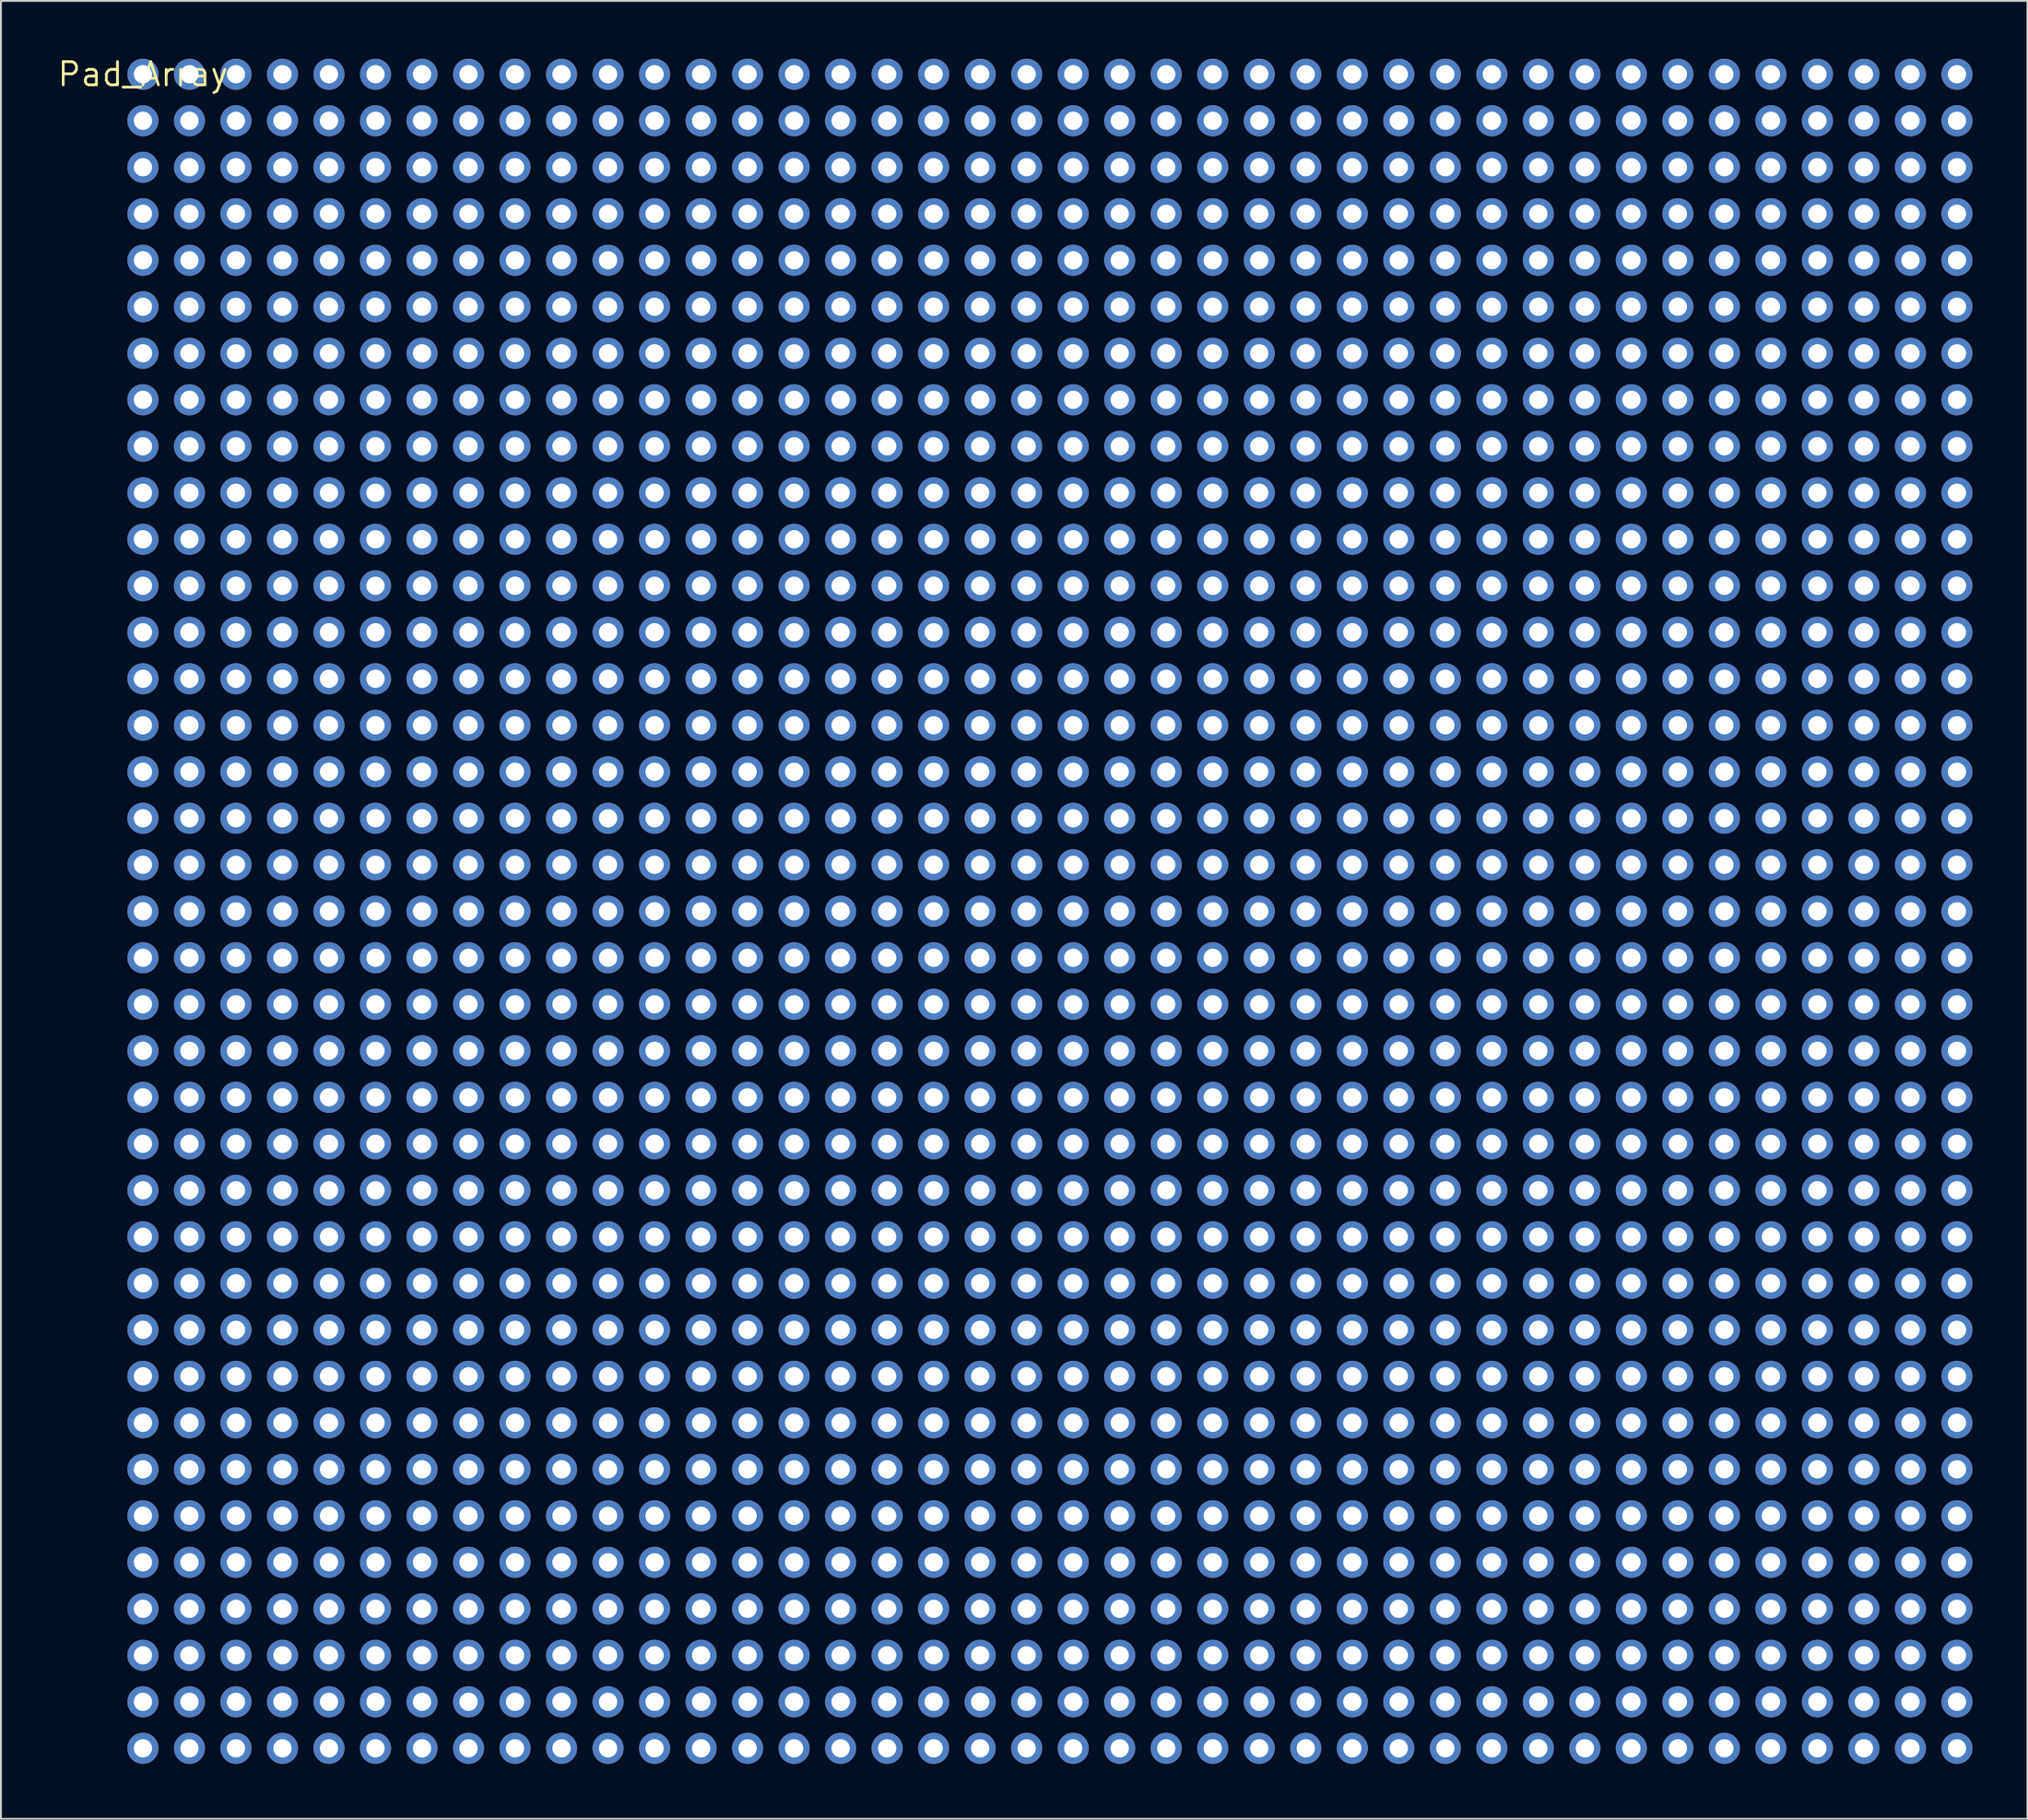
<source format=kicad_pcb>
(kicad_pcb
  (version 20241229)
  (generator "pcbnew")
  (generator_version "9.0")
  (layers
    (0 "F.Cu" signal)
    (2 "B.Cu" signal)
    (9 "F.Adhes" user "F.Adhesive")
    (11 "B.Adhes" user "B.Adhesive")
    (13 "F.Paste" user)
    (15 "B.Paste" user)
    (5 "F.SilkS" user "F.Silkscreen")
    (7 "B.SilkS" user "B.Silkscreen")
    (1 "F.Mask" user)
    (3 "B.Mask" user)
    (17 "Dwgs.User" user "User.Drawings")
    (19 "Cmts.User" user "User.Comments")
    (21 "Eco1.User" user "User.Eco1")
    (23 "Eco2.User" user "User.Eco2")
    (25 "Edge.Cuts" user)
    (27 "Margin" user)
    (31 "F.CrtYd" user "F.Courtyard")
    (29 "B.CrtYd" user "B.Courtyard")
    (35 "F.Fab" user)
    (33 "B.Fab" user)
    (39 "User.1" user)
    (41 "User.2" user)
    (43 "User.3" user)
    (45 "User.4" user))
  (footprint "Pad_Array"
    (layer "F.Cu")
    (at 4.755 1.006)
    (property "Reference" "Pad_Array" (at 0 0 0) (layer "F.SilkS") (effects (font (size 1.27 1.27) (thickness 0.15))))
    (attr through_hole)
    (pad "x0y0" thru_hole circle (at 0 0) (size 1.7 1.7) (drill 1) (layers "*.Cu" "*.Mask"))
    (pad "x0y1" thru_hole circle (at 0 2.54) (size 1.7 1.7) (drill 1) (layers "*.Cu" "*.Mask"))
    (pad "x0y2" thru_hole circle (at 0 5.08) (size 1.7 1.7) (drill 1) (layers "*.Cu" "*.Mask"))
    (pad "x0y3" thru_hole circle (at 0 7.62) (size 1.7 1.7) (drill 1) (layers "*.Cu" "*.Mask"))
    (pad "x0y4" thru_hole circle (at 0 10.16) (size 1.7 1.7) (drill 1) (layers "*.Cu" "*.Mask"))
    (pad "x0y5" thru_hole circle (at 0 12.7) (size 1.7 1.7) (drill 1) (layers "*.Cu" "*.Mask"))
    (pad "x0y6" thru_hole circle (at 0 15.24) (size 1.7 1.7) (drill 1) (layers "*.Cu" "*.Mask"))
    (pad "x0y7" thru_hole circle (at 0 17.78) (size 1.7 1.7) (drill 1) (layers "*.Cu" "*.Mask"))
    (pad "x0y8" thru_hole circle (at 0 20.32) (size 1.7 1.7) (drill 1) (layers "*.Cu" "*.Mask"))
    (pad "x0y9" thru_hole circle (at 0 22.86) (size 1.7 1.7) (drill 1) (layers "*.Cu" "*.Mask"))
    (pad "x0y10" thru_hole circle (at 0 25.4) (size 1.7 1.7) (drill 1) (layers "*.Cu" "*.Mask"))
    (pad "x0y11" thru_hole circle (at 0 27.94) (size 1.7 1.7) (drill 1) (layers "*.Cu" "*.Mask"))
    (pad "x0y12" thru_hole circle (at 0 30.48) (size 1.7 1.7) (drill 1) (layers "*.Cu" "*.Mask"))
    (pad "x0y13" thru_hole circle (at 0 33.02) (size 1.7 1.7) (drill 1) (layers "*.Cu" "*.Mask"))
    (pad "x0y14" thru_hole circle (at 0 35.56) (size 1.7 1.7) (drill 1) (layers "*.Cu" "*.Mask"))
    (pad "x0y15" thru_hole circle (at 0 38.1) (size 1.7 1.7) (drill 1) (layers "*.Cu" "*.Mask"))
    (pad "x0y16" thru_hole circle (at 0 40.64) (size 1.7 1.7) (drill 1) (layers "*.Cu" "*.Mask"))
    (pad "x0y17" thru_hole circle (at 0 43.18) (size 1.7 1.7) (drill 1) (layers "*.Cu" "*.Mask"))
    (pad "x0y18" thru_hole circle (at 0 45.72) (size 1.7 1.7) (drill 1) (layers "*.Cu" "*.Mask"))
    (pad "x0y19" thru_hole circle (at 0 48.26) (size 1.7 1.7) (drill 1) (layers "*.Cu" "*.Mask"))
    (pad "x0y20" thru_hole circle (at 0 50.8) (size 1.7 1.7) (drill 1) (layers "*.Cu" "*.Mask"))
    (pad "x0y21" thru_hole circle (at 0 53.34) (size 1.7 1.7) (drill 1) (layers "*.Cu" "*.Mask"))
    (pad "x0y22" thru_hole circle (at 0 55.88) (size 1.7 1.7) (drill 1) (layers "*.Cu" "*.Mask"))
    (pad "x0y23" thru_hole circle (at 0 58.42) (size 1.7 1.7) (drill 1) (layers "*.Cu" "*.Mask"))
    (pad "x0y24" thru_hole circle (at 0 60.96) (size 1.7 1.7) (drill 1) (layers "*.Cu" "*.Mask"))
    (pad "x0y25" thru_hole circle (at 0 63.5) (size 1.7 1.7) (drill 1) (layers "*.Cu" "*.Mask"))
    (pad "x0y26" thru_hole circle (at 0 66.04) (size 1.7 1.7) (drill 1) (layers "*.Cu" "*.Mask"))
    (pad "x0y27" thru_hole circle (at 0 68.58) (size 1.7 1.7) (drill 1) (layers "*.Cu" "*.Mask"))
    (pad "x0y28" thru_hole circle (at 0 71.12) (size 1.7 1.7) (drill 1) (layers "*.Cu" "*.Mask"))
    (pad "x0y29" thru_hole circle (at 0 73.66) (size 1.7 1.7) (drill 1) (layers "*.Cu" "*.Mask"))
    (pad "x0y30" thru_hole circle (at 0 76.2) (size 1.7 1.7) (drill 1) (layers "*.Cu" "*.Mask"))
    (pad "x0y31" thru_hole circle (at 0 78.74) (size 1.7 1.7) (drill 1) (layers "*.Cu" "*.Mask"))
    (pad "x0y32" thru_hole circle (at 0 81.28) (size 1.7 1.7) (drill 1) (layers "*.Cu" "*.Mask"))
    (pad "x0y33" thru_hole circle (at 0 83.82) (size 1.7 1.7) (drill 1) (layers "*.Cu" "*.Mask"))
    (pad "x0y34" thru_hole circle (at 0 86.36) (size 1.7 1.7) (drill 1) (layers "*.Cu" "*.Mask"))
    (pad "x0y35" thru_hole circle (at 0 88.9) (size 1.7 1.7) (drill 1) (layers "*.Cu" "*.Mask"))
    (pad "x0y36" thru_hole circle (at 0 91.44) (size 1.7 1.7) (drill 1) (layers "*.Cu" "*.Mask"))
    (pad "x1y0" thru_hole circle (at 2.54 0) (size 1.7 1.7) (drill 1) (layers "*.Cu" "*.Mask"))
    (pad "x1y1" thru_hole circle (at 2.54 2.54) (size 1.7 1.7) (drill 1) (layers "*.Cu" "*.Mask"))
    (pad "x1y2" thru_hole circle (at 2.54 5.08) (size 1.7 1.7) (drill 1) (layers "*.Cu" "*.Mask"))
    (pad "x1y3" thru_hole circle (at 2.54 7.62) (size 1.7 1.7) (drill 1) (layers "*.Cu" "*.Mask"))
    (pad "x1y4" thru_hole circle (at 2.54 10.16) (size 1.7 1.7) (drill 1) (layers "*.Cu" "*.Mask"))
    (pad "x1y5" thru_hole circle (at 2.54 12.7) (size 1.7 1.7) (drill 1) (layers "*.Cu" "*.Mask"))
    (pad "x1y6" thru_hole circle (at 2.54 15.24) (size 1.7 1.7) (drill 1) (layers "*.Cu" "*.Mask"))
    (pad "x1y7" thru_hole circle (at 2.54 17.78) (size 1.7 1.7) (drill 1) (layers "*.Cu" "*.Mask"))
    (pad "x1y8" thru_hole circle (at 2.54 20.32) (size 1.7 1.7) (drill 1) (layers "*.Cu" "*.Mask"))
    (pad "x1y9" thru_hole circle (at 2.54 22.86) (size 1.7 1.7) (drill 1) (layers "*.Cu" "*.Mask"))
    (pad "x1y10" thru_hole circle (at 2.54 25.4) (size 1.7 1.7) (drill 1) (layers "*.Cu" "*.Mask"))
    (pad "x1y11" thru_hole circle (at 2.54 27.94) (size 1.7 1.7) (drill 1) (layers "*.Cu" "*.Mask"))
    (pad "x1y12" thru_hole circle (at 2.54 30.48) (size 1.7 1.7) (drill 1) (layers "*.Cu" "*.Mask"))
    (pad "x1y13" thru_hole circle (at 2.54 33.02) (size 1.7 1.7) (drill 1) (layers "*.Cu" "*.Mask"))
    (pad "x1y14" thru_hole circle (at 2.54 35.56) (size 1.7 1.7) (drill 1) (layers "*.Cu" "*.Mask"))
    (pad "x1y15" thru_hole circle (at 2.54 38.1) (size 1.7 1.7) (drill 1) (layers "*.Cu" "*.Mask"))
    (pad "x1y16" thru_hole circle (at 2.54 40.64) (size 1.7 1.7) (drill 1) (layers "*.Cu" "*.Mask"))
    (pad "x1y17" thru_hole circle (at 2.54 43.18) (size 1.7 1.7) (drill 1) (layers "*.Cu" "*.Mask"))
    (pad "x1y18" thru_hole circle (at 2.54 45.72) (size 1.7 1.7) (drill 1) (layers "*.Cu" "*.Mask"))
    (pad "x1y19" thru_hole circle (at 2.54 48.26) (size 1.7 1.7) (drill 1) (layers "*.Cu" "*.Mask"))
    (pad "x1y20" thru_hole circle (at 2.54 50.8) (size 1.7 1.7) (drill 1) (layers "*.Cu" "*.Mask"))
    (pad "x1y21" thru_hole circle (at 2.54 53.34) (size 1.7 1.7) (drill 1) (layers "*.Cu" "*.Mask"))
    (pad "x1y22" thru_hole circle (at 2.54 55.88) (size 1.7 1.7) (drill 1) (layers "*.Cu" "*.Mask"))
    (pad "x1y23" thru_hole circle (at 2.54 58.42) (size 1.7 1.7) (drill 1) (layers "*.Cu" "*.Mask"))
    (pad "x1y24" thru_hole circle (at 2.54 60.96) (size 1.7 1.7) (drill 1) (layers "*.Cu" "*.Mask"))
    (pad "x1y25" thru_hole circle (at 2.54 63.5) (size 1.7 1.7) (drill 1) (layers "*.Cu" "*.Mask"))
    (pad "x1y26" thru_hole circle (at 2.54 66.04) (size 1.7 1.7) (drill 1) (layers "*.Cu" "*.Mask"))
    (pad "x1y27" thru_hole circle (at 2.54 68.58) (size 1.7 1.7) (drill 1) (layers "*.Cu" "*.Mask"))
    (pad "x1y28" thru_hole circle (at 2.54 71.12) (size 1.7 1.7) (drill 1) (layers "*.Cu" "*.Mask"))
    (pad "x1y29" thru_hole circle (at 2.54 73.66) (size 1.7 1.7) (drill 1) (layers "*.Cu" "*.Mask"))
    (pad "x1y30" thru_hole circle (at 2.54 76.2) (size 1.7 1.7) (drill 1) (layers "*.Cu" "*.Mask"))
    (pad "x1y31" thru_hole circle (at 2.54 78.74) (size 1.7 1.7) (drill 1) (layers "*.Cu" "*.Mask"))
    (pad "x1y32" thru_hole circle (at 2.54 81.28) (size 1.7 1.7) (drill 1) (layers "*.Cu" "*.Mask"))
    (pad "x1y33" thru_hole circle (at 2.54 83.82) (size 1.7 1.7) (drill 1) (layers "*.Cu" "*.Mask"))
    (pad "x1y34" thru_hole circle (at 2.54 86.36) (size 1.7 1.7) (drill 1) (layers "*.Cu" "*.Mask"))
    (pad "x1y35" thru_hole circle (at 2.54 88.9) (size 1.7 1.7) (drill 1) (layers "*.Cu" "*.Mask"))
    (pad "x1y36" thru_hole circle (at 2.54 91.44) (size 1.7 1.7) (drill 1) (layers "*.Cu" "*.Mask"))
    (pad "x2y0" thru_hole circle (at 5.08 0) (size 1.7 1.7) (drill 1) (layers "*.Cu" "*.Mask"))
    (pad "x2y1" thru_hole circle (at 5.08 2.54) (size 1.7 1.7) (drill 1) (layers "*.Cu" "*.Mask"))
    (pad "x2y2" thru_hole circle (at 5.08 5.08) (size 1.7 1.7) (drill 1) (layers "*.Cu" "*.Mask"))
    (pad "x2y3" thru_hole circle (at 5.08 7.62) (size 1.7 1.7) (drill 1) (layers "*.Cu" "*.Mask"))
    (pad "x2y4" thru_hole circle (at 5.08 10.16) (size 1.7 1.7) (drill 1) (layers "*.Cu" "*.Mask"))
    (pad "x2y5" thru_hole circle (at 5.08 12.7) (size 1.7 1.7) (drill 1) (layers "*.Cu" "*.Mask"))
    (pad "x2y6" thru_hole circle (at 5.08 15.24) (size 1.7 1.7) (drill 1) (layers "*.Cu" "*.Mask"))
    (pad "x2y7" thru_hole circle (at 5.08 17.78) (size 1.7 1.7) (drill 1) (layers "*.Cu" "*.Mask"))
    (pad "x2y8" thru_hole circle (at 5.08 20.32) (size 1.7 1.7) (drill 1) (layers "*.Cu" "*.Mask"))
    (pad "x2y9" thru_hole circle (at 5.08 22.86) (size 1.7 1.7) (drill 1) (layers "*.Cu" "*.Mask"))
    (pad "x2y10" thru_hole circle (at 5.08 25.4) (size 1.7 1.7) (drill 1) (layers "*.Cu" "*.Mask"))
    (pad "x2y11" thru_hole circle (at 5.08 27.94) (size 1.7 1.7) (drill 1) (layers "*.Cu" "*.Mask"))
    (pad "x2y12" thru_hole circle (at 5.08 30.48) (size 1.7 1.7) (drill 1) (layers "*.Cu" "*.Mask"))
    (pad "x2y13" thru_hole circle (at 5.08 33.02) (size 1.7 1.7) (drill 1) (layers "*.Cu" "*.Mask"))
    (pad "x2y14" thru_hole circle (at 5.08 35.56) (size 1.7 1.7) (drill 1) (layers "*.Cu" "*.Mask"))
    (pad "x2y15" thru_hole circle (at 5.08 38.1) (size 1.7 1.7) (drill 1) (layers "*.Cu" "*.Mask"))
    (pad "x2y16" thru_hole circle (at 5.08 40.64) (size 1.7 1.7) (drill 1) (layers "*.Cu" "*.Mask"))
    (pad "x2y17" thru_hole circle (at 5.08 43.18) (size 1.7 1.7) (drill 1) (layers "*.Cu" "*.Mask"))
    (pad "x2y18" thru_hole circle (at 5.08 45.72) (size 1.7 1.7) (drill 1) (layers "*.Cu" "*.Mask"))
    (pad "x2y19" thru_hole circle (at 5.08 48.26) (size 1.7 1.7) (drill 1) (layers "*.Cu" "*.Mask"))
    (pad "x2y20" thru_hole circle (at 5.08 50.8) (size 1.7 1.7) (drill 1) (layers "*.Cu" "*.Mask"))
    (pad "x2y21" thru_hole circle (at 5.08 53.34) (size 1.7 1.7) (drill 1) (layers "*.Cu" "*.Mask"))
    (pad "x2y22" thru_hole circle (at 5.08 55.88) (size 1.7 1.7) (drill 1) (layers "*.Cu" "*.Mask"))
    (pad "x2y23" thru_hole circle (at 5.08 58.42) (size 1.7 1.7) (drill 1) (layers "*.Cu" "*.Mask"))
    (pad "x2y24" thru_hole circle (at 5.08 60.96) (size 1.7 1.7) (drill 1) (layers "*.Cu" "*.Mask"))
    (pad "x2y25" thru_hole circle (at 5.08 63.5) (size 1.7 1.7) (drill 1) (layers "*.Cu" "*.Mask"))
    (pad "x2y26" thru_hole circle (at 5.08 66.04) (size 1.7 1.7) (drill 1) (layers "*.Cu" "*.Mask"))
    (pad "x2y27" thru_hole circle (at 5.08 68.58) (size 1.7 1.7) (drill 1) (layers "*.Cu" "*.Mask"))
    (pad "x2y28" thru_hole circle (at 5.08 71.12) (size 1.7 1.7) (drill 1) (layers "*.Cu" "*.Mask"))
    (pad "x2y29" thru_hole circle (at 5.08 73.66) (size 1.7 1.7) (drill 1) (layers "*.Cu" "*.Mask"))
    (pad "x2y30" thru_hole circle (at 5.08 76.2) (size 1.7 1.7) (drill 1) (layers "*.Cu" "*.Mask"))
    (pad "x2y31" thru_hole circle (at 5.08 78.74) (size 1.7 1.7) (drill 1) (layers "*.Cu" "*.Mask"))
    (pad "x2y32" thru_hole circle (at 5.08 81.28) (size 1.7 1.7) (drill 1) (layers "*.Cu" "*.Mask"))
    (pad "x2y33" thru_hole circle (at 5.08 83.82) (size 1.7 1.7) (drill 1) (layers "*.Cu" "*.Mask"))
    (pad "x2y34" thru_hole circle (at 5.08 86.36) (size 1.7 1.7) (drill 1) (layers "*.Cu" "*.Mask"))
    (pad "x2y35" thru_hole circle (at 5.08 88.9) (size 1.7 1.7) (drill 1) (layers "*.Cu" "*.Mask"))
    (pad "x2y36" thru_hole circle (at 5.08 91.44) (size 1.7 1.7) (drill 1) (layers "*.Cu" "*.Mask"))
    (pad "x3y0" thru_hole circle (at 7.62 0) (size 1.7 1.7) (drill 1) (layers "*.Cu" "*.Mask"))
    (pad "x3y1" thru_hole circle (at 7.62 2.54) (size 1.7 1.7) (drill 1) (layers "*.Cu" "*.Mask"))
    (pad "x3y2" thru_hole circle (at 7.62 5.08) (size 1.7 1.7) (drill 1) (layers "*.Cu" "*.Mask"))
    (pad "x3y3" thru_hole circle (at 7.62 7.62) (size 1.7 1.7) (drill 1) (layers "*.Cu" "*.Mask"))
    (pad "x3y4" thru_hole circle (at 7.62 10.16) (size 1.7 1.7) (drill 1) (layers "*.Cu" "*.Mask"))
    (pad "x3y5" thru_hole circle (at 7.62 12.7) (size 1.7 1.7) (drill 1) (layers "*.Cu" "*.Mask"))
    (pad "x3y6" thru_hole circle (at 7.62 15.24) (size 1.7 1.7) (drill 1) (layers "*.Cu" "*.Mask"))
    (pad "x3y7" thru_hole circle (at 7.62 17.78) (size 1.7 1.7) (drill 1) (layers "*.Cu" "*.Mask"))
    (pad "x3y8" thru_hole circle (at 7.62 20.32) (size 1.7 1.7) (drill 1) (layers "*.Cu" "*.Mask"))
    (pad "x3y9" thru_hole circle (at 7.62 22.86) (size 1.7 1.7) (drill 1) (layers "*.Cu" "*.Mask"))
    (pad "x3y10" thru_hole circle (at 7.62 25.4) (size 1.7 1.7) (drill 1) (layers "*.Cu" "*.Mask"))
    (pad "x3y11" thru_hole circle (at 7.62 27.94) (size 1.7 1.7) (drill 1) (layers "*.Cu" "*.Mask"))
    (pad "x3y12" thru_hole circle (at 7.62 30.48) (size 1.7 1.7) (drill 1) (layers "*.Cu" "*.Mask"))
    (pad "x3y13" thru_hole circle (at 7.62 33.02) (size 1.7 1.7) (drill 1) (layers "*.Cu" "*.Mask"))
    (pad "x3y14" thru_hole circle (at 7.62 35.56) (size 1.7 1.7) (drill 1) (layers "*.Cu" "*.Mask"))
    (pad "x3y15" thru_hole circle (at 7.62 38.1) (size 1.7 1.7) (drill 1) (layers "*.Cu" "*.Mask"))
    (pad "x3y16" thru_hole circle (at 7.62 40.64) (size 1.7 1.7) (drill 1) (layers "*.Cu" "*.Mask"))
    (pad "x3y17" thru_hole circle (at 7.62 43.18) (size 1.7 1.7) (drill 1) (layers "*.Cu" "*.Mask"))
    (pad "x3y18" thru_hole circle (at 7.62 45.72) (size 1.7 1.7) (drill 1) (layers "*.Cu" "*.Mask"))
    (pad "x3y19" thru_hole circle (at 7.62 48.26) (size 1.7 1.7) (drill 1) (layers "*.Cu" "*.Mask"))
    (pad "x3y20" thru_hole circle (at 7.62 50.8) (size 1.7 1.7) (drill 1) (layers "*.Cu" "*.Mask"))
    (pad "x3y21" thru_hole circle (at 7.62 53.34) (size 1.7 1.7) (drill 1) (layers "*.Cu" "*.Mask"))
    (pad "x3y22" thru_hole circle (at 7.62 55.88) (size 1.7 1.7) (drill 1) (layers "*.Cu" "*.Mask"))
    (pad "x3y23" thru_hole circle (at 7.62 58.42) (size 1.7 1.7) (drill 1) (layers "*.Cu" "*.Mask"))
    (pad "x3y24" thru_hole circle (at 7.62 60.96) (size 1.7 1.7) (drill 1) (layers "*.Cu" "*.Mask"))
    (pad "x3y25" thru_hole circle (at 7.62 63.5) (size 1.7 1.7) (drill 1) (layers "*.Cu" "*.Mask"))
    (pad "x3y26" thru_hole circle (at 7.62 66.04) (size 1.7 1.7) (drill 1) (layers "*.Cu" "*.Mask"))
    (pad "x3y27" thru_hole circle (at 7.62 68.58) (size 1.7 1.7) (drill 1) (layers "*.Cu" "*.Mask"))
    (pad "x3y28" thru_hole circle (at 7.62 71.12) (size 1.7 1.7) (drill 1) (layers "*.Cu" "*.Mask"))
    (pad "x3y29" thru_hole circle (at 7.62 73.66) (size 1.7 1.7) (drill 1) (layers "*.Cu" "*.Mask"))
    (pad "x3y30" thru_hole circle (at 7.62 76.2) (size 1.7 1.7) (drill 1) (layers "*.Cu" "*.Mask"))
    (pad "x3y31" thru_hole circle (at 7.62 78.74) (size 1.7 1.7) (drill 1) (layers "*.Cu" "*.Mask"))
    (pad "x3y32" thru_hole circle (at 7.62 81.28) (size 1.7 1.7) (drill 1) (layers "*.Cu" "*.Mask"))
    (pad "x3y33" thru_hole circle (at 7.62 83.82) (size 1.7 1.7) (drill 1) (layers "*.Cu" "*.Mask"))
    (pad "x3y34" thru_hole circle (at 7.62 86.36) (size 1.7 1.7) (drill 1) (layers "*.Cu" "*.Mask"))
    (pad "x3y35" thru_hole circle (at 7.62 88.9) (size 1.7 1.7) (drill 1) (layers "*.Cu" "*.Mask"))
    (pad "x3y36" thru_hole circle (at 7.62 91.44) (size 1.7 1.7) (drill 1) (layers "*.Cu" "*.Mask"))
    (pad "x4y0" thru_hole circle (at 10.16 0) (size 1.7 1.7) (drill 1) (layers "*.Cu" "*.Mask"))
    (pad "x4y1" thru_hole circle (at 10.16 2.54) (size 1.7 1.7) (drill 1) (layers "*.Cu" "*.Mask"))
    (pad "x4y2" thru_hole circle (at 10.16 5.08) (size 1.7 1.7) (drill 1) (layers "*.Cu" "*.Mask"))
    (pad "x4y3" thru_hole circle (at 10.16 7.62) (size 1.7 1.7) (drill 1) (layers "*.Cu" "*.Mask"))
    (pad "x4y4" thru_hole circle (at 10.16 10.16) (size 1.7 1.7) (drill 1) (layers "*.Cu" "*.Mask"))
    (pad "x4y5" thru_hole circle (at 10.16 12.7) (size 1.7 1.7) (drill 1) (layers "*.Cu" "*.Mask"))
    (pad "x4y6" thru_hole circle (at 10.16 15.24) (size 1.7 1.7) (drill 1) (layers "*.Cu" "*.Mask"))
    (pad "x4y7" thru_hole circle (at 10.16 17.78) (size 1.7 1.7) (drill 1) (layers "*.Cu" "*.Mask"))
    (pad "x4y8" thru_hole circle (at 10.16 20.32) (size 1.7 1.7) (drill 1) (layers "*.Cu" "*.Mask"))
    (pad "x4y9" thru_hole circle (at 10.16 22.86) (size 1.7 1.7) (drill 1) (layers "*.Cu" "*.Mask"))
    (pad "x4y10" thru_hole circle (at 10.16 25.4) (size 1.7 1.7) (drill 1) (layers "*.Cu" "*.Mask"))
    (pad "x4y11" thru_hole circle (at 10.16 27.94) (size 1.7 1.7) (drill 1) (layers "*.Cu" "*.Mask"))
    (pad "x4y12" thru_hole circle (at 10.16 30.48) (size 1.7 1.7) (drill 1) (layers "*.Cu" "*.Mask"))
    (pad "x4y13" thru_hole circle (at 10.16 33.02) (size 1.7 1.7) (drill 1) (layers "*.Cu" "*.Mask"))
    (pad "x4y14" thru_hole circle (at 10.16 35.56) (size 1.7 1.7) (drill 1) (layers "*.Cu" "*.Mask"))
    (pad "x4y15" thru_hole circle (at 10.16 38.1) (size 1.7 1.7) (drill 1) (layers "*.Cu" "*.Mask"))
    (pad "x4y16" thru_hole circle (at 10.16 40.64) (size 1.7 1.7) (drill 1) (layers "*.Cu" "*.Mask"))
    (pad "x4y17" thru_hole circle (at 10.16 43.18) (size 1.7 1.7) (drill 1) (layers "*.Cu" "*.Mask"))
    (pad "x4y18" thru_hole circle (at 10.16 45.72) (size 1.7 1.7) (drill 1) (layers "*.Cu" "*.Mask"))
    (pad "x4y19" thru_hole circle (at 10.16 48.26) (size 1.7 1.7) (drill 1) (layers "*.Cu" "*.Mask"))
    (pad "x4y20" thru_hole circle (at 10.16 50.8) (size 1.7 1.7) (drill 1) (layers "*.Cu" "*.Mask"))
    (pad "x4y21" thru_hole circle (at 10.16 53.34) (size 1.7 1.7) (drill 1) (layers "*.Cu" "*.Mask"))
    (pad "x4y22" thru_hole circle (at 10.16 55.88) (size 1.7 1.7) (drill 1) (layers "*.Cu" "*.Mask"))
    (pad "x4y23" thru_hole circle (at 10.16 58.42) (size 1.7 1.7) (drill 1) (layers "*.Cu" "*.Mask"))
    (pad "x4y24" thru_hole circle (at 10.16 60.96) (size 1.7 1.7) (drill 1) (layers "*.Cu" "*.Mask"))
    (pad "x4y25" thru_hole circle (at 10.16 63.5) (size 1.7 1.7) (drill 1) (layers "*.Cu" "*.Mask"))
    (pad "x4y26" thru_hole circle (at 10.16 66.04) (size 1.7 1.7) (drill 1) (layers "*.Cu" "*.Mask"))
    (pad "x4y27" thru_hole circle (at 10.16 68.58) (size 1.7 1.7) (drill 1) (layers "*.Cu" "*.Mask"))
    (pad "x4y28" thru_hole circle (at 10.16 71.12) (size 1.7 1.7) (drill 1) (layers "*.Cu" "*.Mask"))
    (pad "x4y29" thru_hole circle (at 10.16 73.66) (size 1.7 1.7) (drill 1) (layers "*.Cu" "*.Mask"))
    (pad "x4y30" thru_hole circle (at 10.16 76.2) (size 1.7 1.7) (drill 1) (layers "*.Cu" "*.Mask"))
    (pad "x4y31" thru_hole circle (at 10.16 78.74) (size 1.7 1.7) (drill 1) (layers "*.Cu" "*.Mask"))
    (pad "x4y32" thru_hole circle (at 10.16 81.28) (size 1.7 1.7) (drill 1) (layers "*.Cu" "*.Mask"))
    (pad "x4y33" thru_hole circle (at 10.16 83.82) (size 1.7 1.7) (drill 1) (layers "*.Cu" "*.Mask"))
    (pad "x4y34" thru_hole circle (at 10.16 86.36) (size 1.7 1.7) (drill 1) (layers "*.Cu" "*.Mask"))
    (pad "x4y35" thru_hole circle (at 10.16 88.9) (size 1.7 1.7) (drill 1) (layers "*.Cu" "*.Mask"))
    (pad "x4y36" thru_hole circle (at 10.16 91.44) (size 1.7 1.7) (drill 1) (layers "*.Cu" "*.Mask"))
    (pad "x5y0" thru_hole circle (at 12.7 0) (size 1.7 1.7) (drill 1) (layers "*.Cu" "*.Mask"))
    (pad "x5y1" thru_hole circle (at 12.7 2.54) (size 1.7 1.7) (drill 1) (layers "*.Cu" "*.Mask"))
    (pad "x5y2" thru_hole circle (at 12.7 5.08) (size 1.7 1.7) (drill 1) (layers "*.Cu" "*.Mask"))
    (pad "x5y3" thru_hole circle (at 12.7 7.62) (size 1.7 1.7) (drill 1) (layers "*.Cu" "*.Mask"))
    (pad "x5y4" thru_hole circle (at 12.7 10.16) (size 1.7 1.7) (drill 1) (layers "*.Cu" "*.Mask"))
    (pad "x5y5" thru_hole circle (at 12.7 12.7) (size 1.7 1.7) (drill 1) (layers "*.Cu" "*.Mask"))
    (pad "x5y6" thru_hole circle (at 12.7 15.24) (size 1.7 1.7) (drill 1) (layers "*.Cu" "*.Mask"))
    (pad "x5y7" thru_hole circle (at 12.7 17.78) (size 1.7 1.7) (drill 1) (layers "*.Cu" "*.Mask"))
    (pad "x5y8" thru_hole circle (at 12.7 20.32) (size 1.7 1.7) (drill 1) (layers "*.Cu" "*.Mask"))
    (pad "x5y9" thru_hole circle (at 12.7 22.86) (size 1.7 1.7) (drill 1) (layers "*.Cu" "*.Mask"))
    (pad "x5y10" thru_hole circle (at 12.7 25.4) (size 1.7 1.7) (drill 1) (layers "*.Cu" "*.Mask"))
    (pad "x5y11" thru_hole circle (at 12.7 27.94) (size 1.7 1.7) (drill 1) (layers "*.Cu" "*.Mask"))
    (pad "x5y12" thru_hole circle (at 12.7 30.48) (size 1.7 1.7) (drill 1) (layers "*.Cu" "*.Mask"))
    (pad "x5y13" thru_hole circle (at 12.7 33.02) (size 1.7 1.7) (drill 1) (layers "*.Cu" "*.Mask"))
    (pad "x5y14" thru_hole circle (at 12.7 35.56) (size 1.7 1.7) (drill 1) (layers "*.Cu" "*.Mask"))
    (pad "x5y15" thru_hole circle (at 12.7 38.1) (size 1.7 1.7) (drill 1) (layers "*.Cu" "*.Mask"))
    (pad "x5y16" thru_hole circle (at 12.7 40.64) (size 1.7 1.7) (drill 1) (layers "*.Cu" "*.Mask"))
    (pad "x5y17" thru_hole circle (at 12.7 43.18) (size 1.7 1.7) (drill 1) (layers "*.Cu" "*.Mask"))
    (pad "x5y18" thru_hole circle (at 12.7 45.72) (size 1.7 1.7) (drill 1) (layers "*.Cu" "*.Mask"))
    (pad "x5y19" thru_hole circle (at 12.7 48.26) (size 1.7 1.7) (drill 1) (layers "*.Cu" "*.Mask"))
    (pad "x5y20" thru_hole circle (at 12.7 50.8) (size 1.7 1.7) (drill 1) (layers "*.Cu" "*.Mask"))
    (pad "x5y21" thru_hole circle (at 12.7 53.34) (size 1.7 1.7) (drill 1) (layers "*.Cu" "*.Mask"))
    (pad "x5y22" thru_hole circle (at 12.7 55.88) (size 1.7 1.7) (drill 1) (layers "*.Cu" "*.Mask"))
    (pad "x5y23" thru_hole circle (at 12.7 58.42) (size 1.7 1.7) (drill 1) (layers "*.Cu" "*.Mask"))
    (pad "x5y24" thru_hole circle (at 12.7 60.96) (size 1.7 1.7) (drill 1) (layers "*.Cu" "*.Mask"))
    (pad "x5y25" thru_hole circle (at 12.7 63.5) (size 1.7 1.7) (drill 1) (layers "*.Cu" "*.Mask"))
    (pad "x5y26" thru_hole circle (at 12.7 66.04) (size 1.7 1.7) (drill 1) (layers "*.Cu" "*.Mask"))
    (pad "x5y27" thru_hole circle (at 12.7 68.58) (size 1.7 1.7) (drill 1) (layers "*.Cu" "*.Mask"))
    (pad "x5y28" thru_hole circle (at 12.7 71.12) (size 1.7 1.7) (drill 1) (layers "*.Cu" "*.Mask"))
    (pad "x5y29" thru_hole circle (at 12.7 73.66) (size 1.7 1.7) (drill 1) (layers "*.Cu" "*.Mask"))
    (pad "x5y30" thru_hole circle (at 12.7 76.2) (size 1.7 1.7) (drill 1) (layers "*.Cu" "*.Mask"))
    (pad "x5y31" thru_hole circle (at 12.7 78.74) (size 1.7 1.7) (drill 1) (layers "*.Cu" "*.Mask"))
    (pad "x5y32" thru_hole circle (at 12.7 81.28) (size 1.7 1.7) (drill 1) (layers "*.Cu" "*.Mask"))
    (pad "x5y33" thru_hole circle (at 12.7 83.82) (size 1.7 1.7) (drill 1) (layers "*.Cu" "*.Mask"))
    (pad "x5y34" thru_hole circle (at 12.7 86.36) (size 1.7 1.7) (drill 1) (layers "*.Cu" "*.Mask"))
    (pad "x5y35" thru_hole circle (at 12.7 88.9) (size 1.7 1.7) (drill 1) (layers "*.Cu" "*.Mask"))
    (pad "x5y36" thru_hole circle (at 12.7 91.44) (size 1.7 1.7) (drill 1) (layers "*.Cu" "*.Mask"))
    (pad "x6y0" thru_hole circle (at 15.24 0) (size 1.7 1.7) (drill 1) (layers "*.Cu" "*.Mask"))
    (pad "x6y1" thru_hole circle (at 15.24 2.54) (size 1.7 1.7) (drill 1) (layers "*.Cu" "*.Mask"))
    (pad "x6y2" thru_hole circle (at 15.24 5.08) (size 1.7 1.7) (drill 1) (layers "*.Cu" "*.Mask"))
    (pad "x6y3" thru_hole circle (at 15.24 7.62) (size 1.7 1.7) (drill 1) (layers "*.Cu" "*.Mask"))
    (pad "x6y4" thru_hole circle (at 15.24 10.16) (size 1.7 1.7) (drill 1) (layers "*.Cu" "*.Mask"))
    (pad "x6y5" thru_hole circle (at 15.24 12.7) (size 1.7 1.7) (drill 1) (layers "*.Cu" "*.Mask"))
    (pad "x6y6" thru_hole circle (at 15.24 15.24) (size 1.7 1.7) (drill 1) (layers "*.Cu" "*.Mask"))
    (pad "x6y7" thru_hole circle (at 15.24 17.78) (size 1.7 1.7) (drill 1) (layers "*.Cu" "*.Mask"))
    (pad "x6y8" thru_hole circle (at 15.24 20.32) (size 1.7 1.7) (drill 1) (layers "*.Cu" "*.Mask"))
    (pad "x6y9" thru_hole circle (at 15.24 22.86) (size 1.7 1.7) (drill 1) (layers "*.Cu" "*.Mask"))
    (pad "x6y10" thru_hole circle (at 15.24 25.4) (size 1.7 1.7) (drill 1) (layers "*.Cu" "*.Mask"))
    (pad "x6y11" thru_hole circle (at 15.24 27.94) (size 1.7 1.7) (drill 1) (layers "*.Cu" "*.Mask"))
    (pad "x6y12" thru_hole circle (at 15.24 30.48) (size 1.7 1.7) (drill 1) (layers "*.Cu" "*.Mask"))
    (pad "x6y13" thru_hole circle (at 15.24 33.02) (size 1.7 1.7) (drill 1) (layers "*.Cu" "*.Mask"))
    (pad "x6y14" thru_hole circle (at 15.24 35.56) (size 1.7 1.7) (drill 1) (layers "*.Cu" "*.Mask"))
    (pad "x6y15" thru_hole circle (at 15.24 38.1) (size 1.7 1.7) (drill 1) (layers "*.Cu" "*.Mask"))
    (pad "x6y16" thru_hole circle (at 15.24 40.64) (size 1.7 1.7) (drill 1) (layers "*.Cu" "*.Mask"))
    (pad "x6y17" thru_hole circle (at 15.24 43.18) (size 1.7 1.7) (drill 1) (layers "*.Cu" "*.Mask"))
    (pad "x6y18" thru_hole circle (at 15.24 45.72) (size 1.7 1.7) (drill 1) (layers "*.Cu" "*.Mask"))
    (pad "x6y19" thru_hole circle (at 15.24 48.26) (size 1.7 1.7) (drill 1) (layers "*.Cu" "*.Mask"))
    (pad "x6y20" thru_hole circle (at 15.24 50.8) (size 1.7 1.7) (drill 1) (layers "*.Cu" "*.Mask"))
    (pad "x6y21" thru_hole circle (at 15.24 53.34) (size 1.7 1.7) (drill 1) (layers "*.Cu" "*.Mask"))
    (pad "x6y22" thru_hole circle (at 15.24 55.88) (size 1.7 1.7) (drill 1) (layers "*.Cu" "*.Mask"))
    (pad "x6y23" thru_hole circle (at 15.24 58.42) (size 1.7 1.7) (drill 1) (layers "*.Cu" "*.Mask"))
    (pad "x6y24" thru_hole circle (at 15.24 60.96) (size 1.7 1.7) (drill 1) (layers "*.Cu" "*.Mask"))
    (pad "x6y25" thru_hole circle (at 15.24 63.5) (size 1.7 1.7) (drill 1) (layers "*.Cu" "*.Mask"))
    (pad "x6y26" thru_hole circle (at 15.24 66.04) (size 1.7 1.7) (drill 1) (layers "*.Cu" "*.Mask"))
    (pad "x6y27" thru_hole circle (at 15.24 68.58) (size 1.7 1.7) (drill 1) (layers "*.Cu" "*.Mask"))
    (pad "x6y28" thru_hole circle (at 15.24 71.12) (size 1.7 1.7) (drill 1) (layers "*.Cu" "*.Mask"))
    (pad "x6y29" thru_hole circle (at 15.24 73.66) (size 1.7 1.7) (drill 1) (layers "*.Cu" "*.Mask"))
    (pad "x6y30" thru_hole circle (at 15.24 76.2) (size 1.7 1.7) (drill 1) (layers "*.Cu" "*.Mask"))
    (pad "x6y31" thru_hole circle (at 15.24 78.74) (size 1.7 1.7) (drill 1) (layers "*.Cu" "*.Mask"))
    (pad "x6y32" thru_hole circle (at 15.24 81.28) (size 1.7 1.7) (drill 1) (layers "*.Cu" "*.Mask"))
    (pad "x6y33" thru_hole circle (at 15.24 83.82) (size 1.7 1.7) (drill 1) (layers "*.Cu" "*.Mask"))
    (pad "x6y34" thru_hole circle (at 15.24 86.36) (size 1.7 1.7) (drill 1) (layers "*.Cu" "*.Mask"))
    (pad "x6y35" thru_hole circle (at 15.24 88.9) (size 1.7 1.7) (drill 1) (layers "*.Cu" "*.Mask"))
    (pad "x6y36" thru_hole circle (at 15.24 91.44) (size 1.7 1.7) (drill 1) (layers "*.Cu" "*.Mask"))
    (pad "x7y0" thru_hole circle (at 17.78 0) (size 1.7 1.7) (drill 1) (layers "*.Cu" "*.Mask"))
    (pad "x7y1" thru_hole circle (at 17.78 2.54) (size 1.7 1.7) (drill 1) (layers "*.Cu" "*.Mask"))
    (pad "x7y2" thru_hole circle (at 17.78 5.08) (size 1.7 1.7) (drill 1) (layers "*.Cu" "*.Mask"))
    (pad "x7y3" thru_hole circle (at 17.78 7.62) (size 1.7 1.7) (drill 1) (layers "*.Cu" "*.Mask"))
    (pad "x7y4" thru_hole circle (at 17.78 10.16) (size 1.7 1.7) (drill 1) (layers "*.Cu" "*.Mask"))
    (pad "x7y5" thru_hole circle (at 17.78 12.7) (size 1.7 1.7) (drill 1) (layers "*.Cu" "*.Mask"))
    (pad "x7y6" thru_hole circle (at 17.78 15.24) (size 1.7 1.7) (drill 1) (layers "*.Cu" "*.Mask"))
    (pad "x7y7" thru_hole circle (at 17.78 17.78) (size 1.7 1.7) (drill 1) (layers "*.Cu" "*.Mask"))
    (pad "x7y8" thru_hole circle (at 17.78 20.32) (size 1.7 1.7) (drill 1) (layers "*.Cu" "*.Mask"))
    (pad "x7y9" thru_hole circle (at 17.78 22.86) (size 1.7 1.7) (drill 1) (layers "*.Cu" "*.Mask"))
    (pad "x7y10" thru_hole circle (at 17.78 25.4) (size 1.7 1.7) (drill 1) (layers "*.Cu" "*.Mask"))
    (pad "x7y11" thru_hole circle (at 17.78 27.94) (size 1.7 1.7) (drill 1) (layers "*.Cu" "*.Mask"))
    (pad "x7y12" thru_hole circle (at 17.78 30.48) (size 1.7 1.7) (drill 1) (layers "*.Cu" "*.Mask"))
    (pad "x7y13" thru_hole circle (at 17.78 33.02) (size 1.7 1.7) (drill 1) (layers "*.Cu" "*.Mask"))
    (pad "x7y14" thru_hole circle (at 17.78 35.56) (size 1.7 1.7) (drill 1) (layers "*.Cu" "*.Mask"))
    (pad "x7y15" thru_hole circle (at 17.78 38.1) (size 1.7 1.7) (drill 1) (layers "*.Cu" "*.Mask"))
    (pad "x7y16" thru_hole circle (at 17.78 40.64) (size 1.7 1.7) (drill 1) (layers "*.Cu" "*.Mask"))
    (pad "x7y17" thru_hole circle (at 17.78 43.18) (size 1.7 1.7) (drill 1) (layers "*.Cu" "*.Mask"))
    (pad "x7y18" thru_hole circle (at 17.78 45.72) (size 1.7 1.7) (drill 1) (layers "*.Cu" "*.Mask"))
    (pad "x7y19" thru_hole circle (at 17.78 48.26) (size 1.7 1.7) (drill 1) (layers "*.Cu" "*.Mask"))
    (pad "x7y20" thru_hole circle (at 17.78 50.8) (size 1.7 1.7) (drill 1) (layers "*.Cu" "*.Mask"))
    (pad "x7y21" thru_hole circle (at 17.78 53.34) (size 1.7 1.7) (drill 1) (layers "*.Cu" "*.Mask"))
    (pad "x7y22" thru_hole circle (at 17.78 55.88) (size 1.7 1.7) (drill 1) (layers "*.Cu" "*.Mask"))
    (pad "x7y23" thru_hole circle (at 17.78 58.42) (size 1.7 1.7) (drill 1) (layers "*.Cu" "*.Mask"))
    (pad "x7y24" thru_hole circle (at 17.78 60.96) (size 1.7 1.7) (drill 1) (layers "*.Cu" "*.Mask"))
    (pad "x7y25" thru_hole circle (at 17.78 63.5) (size 1.7 1.7) (drill 1) (layers "*.Cu" "*.Mask"))
    (pad "x7y26" thru_hole circle (at 17.78 66.04) (size 1.7 1.7) (drill 1) (layers "*.Cu" "*.Mask"))
    (pad "x7y27" thru_hole circle (at 17.78 68.58) (size 1.7 1.7) (drill 1) (layers "*.Cu" "*.Mask"))
    (pad "x7y28" thru_hole circle (at 17.78 71.12) (size 1.7 1.7) (drill 1) (layers "*.Cu" "*.Mask"))
    (pad "x7y29" thru_hole circle (at 17.78 73.66) (size 1.7 1.7) (drill 1) (layers "*.Cu" "*.Mask"))
    (pad "x7y30" thru_hole circle (at 17.78 76.2) (size 1.7 1.7) (drill 1) (layers "*.Cu" "*.Mask"))
    (pad "x7y31" thru_hole circle (at 17.78 78.74) (size 1.7 1.7) (drill 1) (layers "*.Cu" "*.Mask"))
    (pad "x7y32" thru_hole circle (at 17.78 81.28) (size 1.7 1.7) (drill 1) (layers "*.Cu" "*.Mask"))
    (pad "x7y33" thru_hole circle (at 17.78 83.82) (size 1.7 1.7) (drill 1) (layers "*.Cu" "*.Mask"))
    (pad "x7y34" thru_hole circle (at 17.78 86.36) (size 1.7 1.7) (drill 1) (layers "*.Cu" "*.Mask"))
    (pad "x7y35" thru_hole circle (at 17.78 88.9) (size 1.7 1.7) (drill 1) (layers "*.Cu" "*.Mask"))
    (pad "x7y36" thru_hole circle (at 17.78 91.44) (size 1.7 1.7) (drill 1) (layers "*.Cu" "*.Mask"))
    (pad "x8y0" thru_hole circle (at 20.32 0) (size 1.7 1.7) (drill 1) (layers "*.Cu" "*.Mask"))
    (pad "x8y1" thru_hole circle (at 20.32 2.54) (size 1.7 1.7) (drill 1) (layers "*.Cu" "*.Mask"))
    (pad "x8y2" thru_hole circle (at 20.32 5.08) (size 1.7 1.7) (drill 1) (layers "*.Cu" "*.Mask"))
    (pad "x8y3" thru_hole circle (at 20.32 7.62) (size 1.7 1.7) (drill 1) (layers "*.Cu" "*.Mask"))
    (pad "x8y4" thru_hole circle (at 20.32 10.16) (size 1.7 1.7) (drill 1) (layers "*.Cu" "*.Mask"))
    (pad "x8y5" thru_hole circle (at 20.32 12.7) (size 1.7 1.7) (drill 1) (layers "*.Cu" "*.Mask"))
    (pad "x8y6" thru_hole circle (at 20.32 15.24) (size 1.7 1.7) (drill 1) (layers "*.Cu" "*.Mask"))
    (pad "x8y7" thru_hole circle (at 20.32 17.78) (size 1.7 1.7) (drill 1) (layers "*.Cu" "*.Mask"))
    (pad "x8y8" thru_hole circle (at 20.32 20.32) (size 1.7 1.7) (drill 1) (layers "*.Cu" "*.Mask"))
    (pad "x8y9" thru_hole circle (at 20.32 22.86) (size 1.7 1.7) (drill 1) (layers "*.Cu" "*.Mask"))
    (pad "x8y10" thru_hole circle (at 20.32 25.4) (size 1.7 1.7) (drill 1) (layers "*.Cu" "*.Mask"))
    (pad "x8y11" thru_hole circle (at 20.32 27.94) (size 1.7 1.7) (drill 1) (layers "*.Cu" "*.Mask"))
    (pad "x8y12" thru_hole circle (at 20.32 30.48) (size 1.7 1.7) (drill 1) (layers "*.Cu" "*.Mask"))
    (pad "x8y13" thru_hole circle (at 20.32 33.02) (size 1.7 1.7) (drill 1) (layers "*.Cu" "*.Mask"))
    (pad "x8y14" thru_hole circle (at 20.32 35.56) (size 1.7 1.7) (drill 1) (layers "*.Cu" "*.Mask"))
    (pad "x8y15" thru_hole circle (at 20.32 38.1) (size 1.7 1.7) (drill 1) (layers "*.Cu" "*.Mask"))
    (pad "x8y16" thru_hole circle (at 20.32 40.64) (size 1.7 1.7) (drill 1) (layers "*.Cu" "*.Mask"))
    (pad "x8y17" thru_hole circle (at 20.32 43.18) (size 1.7 1.7) (drill 1) (layers "*.Cu" "*.Mask"))
    (pad "x8y18" thru_hole circle (at 20.32 45.72) (size 1.7 1.7) (drill 1) (layers "*.Cu" "*.Mask"))
    (pad "x8y19" thru_hole circle (at 20.32 48.26) (size 1.7 1.7) (drill 1) (layers "*.Cu" "*.Mask"))
    (pad "x8y20" thru_hole circle (at 20.32 50.8) (size 1.7 1.7) (drill 1) (layers "*.Cu" "*.Mask"))
    (pad "x8y21" thru_hole circle (at 20.32 53.34) (size 1.7 1.7) (drill 1) (layers "*.Cu" "*.Mask"))
    (pad "x8y22" thru_hole circle (at 20.32 55.88) (size 1.7 1.7) (drill 1) (layers "*.Cu" "*.Mask"))
    (pad "x8y23" thru_hole circle (at 20.32 58.42) (size 1.7 1.7) (drill 1) (layers "*.Cu" "*.Mask"))
    (pad "x8y24" thru_hole circle (at 20.32 60.96) (size 1.7 1.7) (drill 1) (layers "*.Cu" "*.Mask"))
    (pad "x8y25" thru_hole circle (at 20.32 63.5) (size 1.7 1.7) (drill 1) (layers "*.Cu" "*.Mask"))
    (pad "x8y26" thru_hole circle (at 20.32 66.04) (size 1.7 1.7) (drill 1) (layers "*.Cu" "*.Mask"))
    (pad "x8y27" thru_hole circle (at 20.32 68.58) (size 1.7 1.7) (drill 1) (layers "*.Cu" "*.Mask"))
    (pad "x8y28" thru_hole circle (at 20.32 71.12) (size 1.7 1.7) (drill 1) (layers "*.Cu" "*.Mask"))
    (pad "x8y29" thru_hole circle (at 20.32 73.66) (size 1.7 1.7) (drill 1) (layers "*.Cu" "*.Mask"))
    (pad "x8y30" thru_hole circle (at 20.32 76.2) (size 1.7 1.7) (drill 1) (layers "*.Cu" "*.Mask"))
    (pad "x8y31" thru_hole circle (at 20.32 78.74) (size 1.7 1.7) (drill 1) (layers "*.Cu" "*.Mask"))
    (pad "x8y32" thru_hole circle (at 20.32 81.28) (size 1.7 1.7) (drill 1) (layers "*.Cu" "*.Mask"))
    (pad "x8y33" thru_hole circle (at 20.32 83.82) (size 1.7 1.7) (drill 1) (layers "*.Cu" "*.Mask"))
    (pad "x8y34" thru_hole circle (at 20.32 86.36) (size 1.7 1.7) (drill 1) (layers "*.Cu" "*.Mask"))
    (pad "x8y35" thru_hole circle (at 20.32 88.9) (size 1.7 1.7) (drill 1) (layers "*.Cu" "*.Mask"))
    (pad "x8y36" thru_hole circle (at 20.32 91.44) (size 1.7 1.7) (drill 1) (layers "*.Cu" "*.Mask"))
    (pad "x9y0" thru_hole circle (at 22.86 0) (size 1.7 1.7) (drill 1) (layers "*.Cu" "*.Mask"))
    (pad "x9y1" thru_hole circle (at 22.86 2.54) (size 1.7 1.7) (drill 1) (layers "*.Cu" "*.Mask"))
    (pad "x9y2" thru_hole circle (at 22.86 5.08) (size 1.7 1.7) (drill 1) (layers "*.Cu" "*.Mask"))
    (pad "x9y3" thru_hole circle (at 22.86 7.62) (size 1.7 1.7) (drill 1) (layers "*.Cu" "*.Mask"))
    (pad "x9y4" thru_hole circle (at 22.86 10.16) (size 1.7 1.7) (drill 1) (layers "*.Cu" "*.Mask"))
    (pad "x9y5" thru_hole circle (at 22.86 12.7) (size 1.7 1.7) (drill 1) (layers "*.Cu" "*.Mask"))
    (pad "x9y6" thru_hole circle (at 22.86 15.24) (size 1.7 1.7) (drill 1) (layers "*.Cu" "*.Mask"))
    (pad "x9y7" thru_hole circle (at 22.86 17.78) (size 1.7 1.7) (drill 1) (layers "*.Cu" "*.Mask"))
    (pad "x9y8" thru_hole circle (at 22.86 20.32) (size 1.7 1.7) (drill 1) (layers "*.Cu" "*.Mask"))
    (pad "x9y9" thru_hole circle (at 22.86 22.86) (size 1.7 1.7) (drill 1) (layers "*.Cu" "*.Mask"))
    (pad "x9y10" thru_hole circle (at 22.86 25.4) (size 1.7 1.7) (drill 1) (layers "*.Cu" "*.Mask"))
    (pad "x9y11" thru_hole circle (at 22.86 27.94) (size 1.7 1.7) (drill 1) (layers "*.Cu" "*.Mask"))
    (pad "x9y12" thru_hole circle (at 22.86 30.48) (size 1.7 1.7) (drill 1) (layers "*.Cu" "*.Mask"))
    (pad "x9y13" thru_hole circle (at 22.86 33.02) (size 1.7 1.7) (drill 1) (layers "*.Cu" "*.Mask"))
    (pad "x9y14" thru_hole circle (at 22.86 35.56) (size 1.7 1.7) (drill 1) (layers "*.Cu" "*.Mask"))
    (pad "x9y15" thru_hole circle (at 22.86 38.1) (size 1.7 1.7) (drill 1) (layers "*.Cu" "*.Mask"))
    (pad "x9y16" thru_hole circle (at 22.86 40.64) (size 1.7 1.7) (drill 1) (layers "*.Cu" "*.Mask"))
    (pad "x9y17" thru_hole circle (at 22.86 43.18) (size 1.7 1.7) (drill 1) (layers "*.Cu" "*.Mask"))
    (pad "x9y18" thru_hole circle (at 22.86 45.72) (size 1.7 1.7) (drill 1) (layers "*.Cu" "*.Mask"))
    (pad "x9y19" thru_hole circle (at 22.86 48.26) (size 1.7 1.7) (drill 1) (layers "*.Cu" "*.Mask"))
    (pad "x9y20" thru_hole circle (at 22.86 50.8) (size 1.7 1.7) (drill 1) (layers "*.Cu" "*.Mask"))
    (pad "x9y21" thru_hole circle (at 22.86 53.34) (size 1.7 1.7) (drill 1) (layers "*.Cu" "*.Mask"))
    (pad "x9y22" thru_hole circle (at 22.86 55.88) (size 1.7 1.7) (drill 1) (layers "*.Cu" "*.Mask"))
    (pad "x9y23" thru_hole circle (at 22.86 58.42) (size 1.7 1.7) (drill 1) (layers "*.Cu" "*.Mask"))
    (pad "x9y24" thru_hole circle (at 22.86 60.96) (size 1.7 1.7) (drill 1) (layers "*.Cu" "*.Mask"))
    (pad "x9y25" thru_hole circle (at 22.86 63.5) (size 1.7 1.7) (drill 1) (layers "*.Cu" "*.Mask"))
    (pad "x9y26" thru_hole circle (at 22.86 66.04) (size 1.7 1.7) (drill 1) (layers "*.Cu" "*.Mask"))
    (pad "x9y27" thru_hole circle (at 22.86 68.58) (size 1.7 1.7) (drill 1) (layers "*.Cu" "*.Mask"))
    (pad "x9y28" thru_hole circle (at 22.86 71.12) (size 1.7 1.7) (drill 1) (layers "*.Cu" "*.Mask"))
    (pad "x9y29" thru_hole circle (at 22.86 73.66) (size 1.7 1.7) (drill 1) (layers "*.Cu" "*.Mask"))
    (pad "x9y30" thru_hole circle (at 22.86 76.2) (size 1.7 1.7) (drill 1) (layers "*.Cu" "*.Mask"))
    (pad "x9y31" thru_hole circle (at 22.86 78.74) (size 1.7 1.7) (drill 1) (layers "*.Cu" "*.Mask"))
    (pad "x9y32" thru_hole circle (at 22.86 81.28) (size 1.7 1.7) (drill 1) (layers "*.Cu" "*.Mask"))
    (pad "x9y33" thru_hole circle (at 22.86 83.82) (size 1.7 1.7) (drill 1) (layers "*.Cu" "*.Mask"))
    (pad "x9y34" thru_hole circle (at 22.86 86.36) (size 1.7 1.7) (drill 1) (layers "*.Cu" "*.Mask"))
    (pad "x9y35" thru_hole circle (at 22.86 88.9) (size 1.7 1.7) (drill 1) (layers "*.Cu" "*.Mask"))
    (pad "x9y36" thru_hole circle (at 22.86 91.44) (size 1.7 1.7) (drill 1) (layers "*.Cu" "*.Mask"))
    (pad "x10y0" thru_hole circle (at 25.4 0) (size 1.7 1.7) (drill 1) (layers "*.Cu" "*.Mask"))
    (pad "x10y1" thru_hole circle (at 25.4 2.54) (size 1.7 1.7) (drill 1) (layers "*.Cu" "*.Mask"))
    (pad "x10y2" thru_hole circle (at 25.4 5.08) (size 1.7 1.7) (drill 1) (layers "*.Cu" "*.Mask"))
    (pad "x10y3" thru_hole circle (at 25.4 7.62) (size 1.7 1.7) (drill 1) (layers "*.Cu" "*.Mask"))
    (pad "x10y4" thru_hole circle (at 25.4 10.16) (size 1.7 1.7) (drill 1) (layers "*.Cu" "*.Mask"))
    (pad "x10y5" thru_hole circle (at 25.4 12.7) (size 1.7 1.7) (drill 1) (layers "*.Cu" "*.Mask"))
    (pad "x10y6" thru_hole circle (at 25.4 15.24) (size 1.7 1.7) (drill 1) (layers "*.Cu" "*.Mask"))
    (pad "x10y7" thru_hole circle (at 25.4 17.78) (size 1.7 1.7) (drill 1) (layers "*.Cu" "*.Mask"))
    (pad "x10y8" thru_hole circle (at 25.4 20.32) (size 1.7 1.7) (drill 1) (layers "*.Cu" "*.Mask"))
    (pad "x10y9" thru_hole circle (at 25.4 22.86) (size 1.7 1.7) (drill 1) (layers "*.Cu" "*.Mask"))
    (pad "x10y10" thru_hole circle (at 25.4 25.4) (size 1.7 1.7) (drill 1) (layers "*.Cu" "*.Mask"))
    (pad "x10y11" thru_hole circle (at 25.4 27.94) (size 1.7 1.7) (drill 1) (layers "*.Cu" "*.Mask"))
    (pad "x10y12" thru_hole circle (at 25.4 30.48) (size 1.7 1.7) (drill 1) (layers "*.Cu" "*.Mask"))
    (pad "x10y13" thru_hole circle (at 25.4 33.02) (size 1.7 1.7) (drill 1) (layers "*.Cu" "*.Mask"))
    (pad "x10y14" thru_hole circle (at 25.4 35.56) (size 1.7 1.7) (drill 1) (layers "*.Cu" "*.Mask"))
    (pad "x10y15" thru_hole circle (at 25.4 38.1) (size 1.7 1.7) (drill 1) (layers "*.Cu" "*.Mask"))
    (pad "x10y16" thru_hole circle (at 25.4 40.64) (size 1.7 1.7) (drill 1) (layers "*.Cu" "*.Mask"))
    (pad "x10y17" thru_hole circle (at 25.4 43.18) (size 1.7 1.7) (drill 1) (layers "*.Cu" "*.Mask"))
    (pad "x10y18" thru_hole circle (at 25.4 45.72) (size 1.7 1.7) (drill 1) (layers "*.Cu" "*.Mask"))
    (pad "x10y19" thru_hole circle (at 25.4 48.26) (size 1.7 1.7) (drill 1) (layers "*.Cu" "*.Mask"))
    (pad "x10y20" thru_hole circle (at 25.4 50.8) (size 1.7 1.7) (drill 1) (layers "*.Cu" "*.Mask"))
    (pad "x10y21" thru_hole circle (at 25.4 53.34) (size 1.7 1.7) (drill 1) (layers "*.Cu" "*.Mask"))
    (pad "x10y22" thru_hole circle (at 25.4 55.88) (size 1.7 1.7) (drill 1) (layers "*.Cu" "*.Mask"))
    (pad "x10y23" thru_hole circle (at 25.4 58.42) (size 1.7 1.7) (drill 1) (layers "*.Cu" "*.Mask"))
    (pad "x10y24" thru_hole circle (at 25.4 60.96) (size 1.7 1.7) (drill 1) (layers "*.Cu" "*.Mask"))
    (pad "x10y25" thru_hole circle (at 25.4 63.5) (size 1.7 1.7) (drill 1) (layers "*.Cu" "*.Mask"))
    (pad "x10y26" thru_hole circle (at 25.4 66.04) (size 1.7 1.7) (drill 1) (layers "*.Cu" "*.Mask"))
    (pad "x10y27" thru_hole circle (at 25.4 68.58) (size 1.7 1.7) (drill 1) (layers "*.Cu" "*.Mask"))
    (pad "x10y28" thru_hole circle (at 25.4 71.12) (size 1.7 1.7) (drill 1) (layers "*.Cu" "*.Mask"))
    (pad "x10y29" thru_hole circle (at 25.4 73.66) (size 1.7 1.7) (drill 1) (layers "*.Cu" "*.Mask"))
    (pad "x10y30" thru_hole circle (at 25.4 76.2) (size 1.7 1.7) (drill 1) (layers "*.Cu" "*.Mask"))
    (pad "x10y31" thru_hole circle (at 25.4 78.74) (size 1.7 1.7) (drill 1) (layers "*.Cu" "*.Mask"))
    (pad "x10y32" thru_hole circle (at 25.4 81.28) (size 1.7 1.7) (drill 1) (layers "*.Cu" "*.Mask"))
    (pad "x10y33" thru_hole circle (at 25.4 83.82) (size 1.7 1.7) (drill 1) (layers "*.Cu" "*.Mask"))
    (pad "x10y34" thru_hole circle (at 25.4 86.36) (size 1.7 1.7) (drill 1) (layers "*.Cu" "*.Mask"))
    (pad "x10y35" thru_hole circle (at 25.4 88.9) (size 1.7 1.7) (drill 1) (layers "*.Cu" "*.Mask"))
    (pad "x10y36" thru_hole circle (at 25.4 91.44) (size 1.7 1.7) (drill 1) (layers "*.Cu" "*.Mask"))
    (pad "x11y0" thru_hole circle (at 27.94 0) (size 1.7 1.7) (drill 1) (layers "*.Cu" "*.Mask"))
    (pad "x11y1" thru_hole circle (at 27.94 2.54) (size 1.7 1.7) (drill 1) (layers "*.Cu" "*.Mask"))
    (pad "x11y2" thru_hole circle (at 27.94 5.08) (size 1.7 1.7) (drill 1) (layers "*.Cu" "*.Mask"))
    (pad "x11y3" thru_hole circle (at 27.94 7.62) (size 1.7 1.7) (drill 1) (layers "*.Cu" "*.Mask"))
    (pad "x11y4" thru_hole circle (at 27.94 10.16) (size 1.7 1.7) (drill 1) (layers "*.Cu" "*.Mask"))
    (pad "x11y5" thru_hole circle (at 27.94 12.7) (size 1.7 1.7) (drill 1) (layers "*.Cu" "*.Mask"))
    (pad "x11y6" thru_hole circle (at 27.94 15.24) (size 1.7 1.7) (drill 1) (layers "*.Cu" "*.Mask"))
    (pad "x11y7" thru_hole circle (at 27.94 17.78) (size 1.7 1.7) (drill 1) (layers "*.Cu" "*.Mask"))
    (pad "x11y8" thru_hole circle (at 27.94 20.32) (size 1.7 1.7) (drill 1) (layers "*.Cu" "*.Mask"))
    (pad "x11y9" thru_hole circle (at 27.94 22.86) (size 1.7 1.7) (drill 1) (layers "*.Cu" "*.Mask"))
    (pad "x11y10" thru_hole circle (at 27.94 25.4) (size 1.7 1.7) (drill 1) (layers "*.Cu" "*.Mask"))
    (pad "x11y11" thru_hole circle (at 27.94 27.94) (size 1.7 1.7) (drill 1) (layers "*.Cu" "*.Mask"))
    (pad "x11y12" thru_hole circle (at 27.94 30.48) (size 1.7 1.7) (drill 1) (layers "*.Cu" "*.Mask"))
    (pad "x11y13" thru_hole circle (at 27.94 33.02) (size 1.7 1.7) (drill 1) (layers "*.Cu" "*.Mask"))
    (pad "x11y14" thru_hole circle (at 27.94 35.56) (size 1.7 1.7) (drill 1) (layers "*.Cu" "*.Mask"))
    (pad "x11y15" thru_hole circle (at 27.94 38.1) (size 1.7 1.7) (drill 1) (layers "*.Cu" "*.Mask"))
    (pad "x11y16" thru_hole circle (at 27.94 40.64) (size 1.7 1.7) (drill 1) (layers "*.Cu" "*.Mask"))
    (pad "x11y17" thru_hole circle (at 27.94 43.18) (size 1.7 1.7) (drill 1) (layers "*.Cu" "*.Mask"))
    (pad "x11y18" thru_hole circle (at 27.94 45.72) (size 1.7 1.7) (drill 1) (layers "*.Cu" "*.Mask"))
    (pad "x11y19" thru_hole circle (at 27.94 48.26) (size 1.7 1.7) (drill 1) (layers "*.Cu" "*.Mask"))
    (pad "x11y20" thru_hole circle (at 27.94 50.8) (size 1.7 1.7) (drill 1) (layers "*.Cu" "*.Mask"))
    (pad "x11y21" thru_hole circle (at 27.94 53.34) (size 1.7 1.7) (drill 1) (layers "*.Cu" "*.Mask"))
    (pad "x11y22" thru_hole circle (at 27.94 55.88) (size 1.7 1.7) (drill 1) (layers "*.Cu" "*.Mask"))
    (pad "x11y23" thru_hole circle (at 27.94 58.42) (size 1.7 1.7) (drill 1) (layers "*.Cu" "*.Mask"))
    (pad "x11y24" thru_hole circle (at 27.94 60.96) (size 1.7 1.7) (drill 1) (layers "*.Cu" "*.Mask"))
    (pad "x11y25" thru_hole circle (at 27.94 63.5) (size 1.7 1.7) (drill 1) (layers "*.Cu" "*.Mask"))
    (pad "x11y26" thru_hole circle (at 27.94 66.04) (size 1.7 1.7) (drill 1) (layers "*.Cu" "*.Mask"))
    (pad "x11y27" thru_hole circle (at 27.94 68.58) (size 1.7 1.7) (drill 1) (layers "*.Cu" "*.Mask"))
    (pad "x11y28" thru_hole circle (at 27.94 71.12) (size 1.7 1.7) (drill 1) (layers "*.Cu" "*.Mask"))
    (pad "x11y29" thru_hole circle (at 27.94 73.66) (size 1.7 1.7) (drill 1) (layers "*.Cu" "*.Mask"))
    (pad "x11y30" thru_hole circle (at 27.94 76.2) (size 1.7 1.7) (drill 1) (layers "*.Cu" "*.Mask"))
    (pad "x11y31" thru_hole circle (at 27.94 78.74) (size 1.7 1.7) (drill 1) (layers "*.Cu" "*.Mask"))
    (pad "x11y32" thru_hole circle (at 27.94 81.28) (size 1.7 1.7) (drill 1) (layers "*.Cu" "*.Mask"))
    (pad "x11y33" thru_hole circle (at 27.94 83.82) (size 1.7 1.7) (drill 1) (layers "*.Cu" "*.Mask"))
    (pad "x11y34" thru_hole circle (at 27.94 86.36) (size 1.7 1.7) (drill 1) (layers "*.Cu" "*.Mask"))
    (pad "x11y35" thru_hole circle (at 27.94 88.9) (size 1.7 1.7) (drill 1) (layers "*.Cu" "*.Mask"))
    (pad "x11y36" thru_hole circle (at 27.94 91.44) (size 1.7 1.7) (drill 1) (layers "*.Cu" "*.Mask"))
    (pad "x12y0" thru_hole circle (at 30.48 0) (size 1.7 1.7) (drill 1) (layers "*.Cu" "*.Mask"))
    (pad "x12y1" thru_hole circle (at 30.48 2.54) (size 1.7 1.7) (drill 1) (layers "*.Cu" "*.Mask"))
    (pad "x12y2" thru_hole circle (at 30.48 5.08) (size 1.7 1.7) (drill 1) (layers "*.Cu" "*.Mask"))
    (pad "x12y3" thru_hole circle (at 30.48 7.62) (size 1.7 1.7) (drill 1) (layers "*.Cu" "*.Mask"))
    (pad "x12y4" thru_hole circle (at 30.48 10.16) (size 1.7 1.7) (drill 1) (layers "*.Cu" "*.Mask"))
    (pad "x12y5" thru_hole circle (at 30.48 12.7) (size 1.7 1.7) (drill 1) (layers "*.Cu" "*.Mask"))
    (pad "x12y6" thru_hole circle (at 30.48 15.24) (size 1.7 1.7) (drill 1) (layers "*.Cu" "*.Mask"))
    (pad "x12y7" thru_hole circle (at 30.48 17.78) (size 1.7 1.7) (drill 1) (layers "*.Cu" "*.Mask"))
    (pad "x12y8" thru_hole circle (at 30.48 20.32) (size 1.7 1.7) (drill 1) (layers "*.Cu" "*.Mask"))
    (pad "x12y9" thru_hole circle (at 30.48 22.86) (size 1.7 1.7) (drill 1) (layers "*.Cu" "*.Mask"))
    (pad "x12y10" thru_hole circle (at 30.48 25.4) (size 1.7 1.7) (drill 1) (layers "*.Cu" "*.Mask"))
    (pad "x12y11" thru_hole circle (at 30.48 27.94) (size 1.7 1.7) (drill 1) (layers "*.Cu" "*.Mask"))
    (pad "x12y12" thru_hole circle (at 30.48 30.48) (size 1.7 1.7) (drill 1) (layers "*.Cu" "*.Mask"))
    (pad "x12y13" thru_hole circle (at 30.48 33.02) (size 1.7 1.7) (drill 1) (layers "*.Cu" "*.Mask"))
    (pad "x12y14" thru_hole circle (at 30.48 35.56) (size 1.7 1.7) (drill 1) (layers "*.Cu" "*.Mask"))
    (pad "x12y15" thru_hole circle (at 30.48 38.1) (size 1.7 1.7) (drill 1) (layers "*.Cu" "*.Mask"))
    (pad "x12y16" thru_hole circle (at 30.48 40.64) (size 1.7 1.7) (drill 1) (layers "*.Cu" "*.Mask"))
    (pad "x12y17" thru_hole circle (at 30.48 43.18) (size 1.7 1.7) (drill 1) (layers "*.Cu" "*.Mask"))
    (pad "x12y18" thru_hole circle (at 30.48 45.72) (size 1.7 1.7) (drill 1) (layers "*.Cu" "*.Mask"))
    (pad "x12y19" thru_hole circle (at 30.48 48.26) (size 1.7 1.7) (drill 1) (layers "*.Cu" "*.Mask"))
    (pad "x12y20" thru_hole circle (at 30.48 50.8) (size 1.7 1.7) (drill 1) (layers "*.Cu" "*.Mask"))
    (pad "x12y21" thru_hole circle (at 30.48 53.34) (size 1.7 1.7) (drill 1) (layers "*.Cu" "*.Mask"))
    (pad "x12y22" thru_hole circle (at 30.48 55.88) (size 1.7 1.7) (drill 1) (layers "*.Cu" "*.Mask"))
    (pad "x12y23" thru_hole circle (at 30.48 58.42) (size 1.7 1.7) (drill 1) (layers "*.Cu" "*.Mask"))
    (pad "x12y24" thru_hole circle (at 30.48 60.96) (size 1.7 1.7) (drill 1) (layers "*.Cu" "*.Mask"))
    (pad "x12y25" thru_hole circle (at 30.48 63.5) (size 1.7 1.7) (drill 1) (layers "*.Cu" "*.Mask"))
    (pad "x12y26" thru_hole circle (at 30.48 66.04) (size 1.7 1.7) (drill 1) (layers "*.Cu" "*.Mask"))
    (pad "x12y27" thru_hole circle (at 30.48 68.58) (size 1.7 1.7) (drill 1) (layers "*.Cu" "*.Mask"))
    (pad "x12y28" thru_hole circle (at 30.48 71.12) (size 1.7 1.7) (drill 1) (layers "*.Cu" "*.Mask"))
    (pad "x12y29" thru_hole circle (at 30.48 73.66) (size 1.7 1.7) (drill 1) (layers "*.Cu" "*.Mask"))
    (pad "x12y30" thru_hole circle (at 30.48 76.2) (size 1.7 1.7) (drill 1) (layers "*.Cu" "*.Mask"))
    (pad "x12y31" thru_hole circle (at 30.48 78.74) (size 1.7 1.7) (drill 1) (layers "*.Cu" "*.Mask"))
    (pad "x12y32" thru_hole circle (at 30.48 81.28) (size 1.7 1.7) (drill 1) (layers "*.Cu" "*.Mask"))
    (pad "x12y33" thru_hole circle (at 30.48 83.82) (size 1.7 1.7) (drill 1) (layers "*.Cu" "*.Mask"))
    (pad "x12y34" thru_hole circle (at 30.48 86.36) (size 1.7 1.7) (drill 1) (layers "*.Cu" "*.Mask"))
    (pad "x12y35" thru_hole circle (at 30.48 88.9) (size 1.7 1.7) (drill 1) (layers "*.Cu" "*.Mask"))
    (pad "x12y36" thru_hole circle (at 30.48 91.44) (size 1.7 1.7) (drill 1) (layers "*.Cu" "*.Mask"))
    (pad "x13y0" thru_hole circle (at 33.02 0) (size 1.7 1.7) (drill 1) (layers "*.Cu" "*.Mask"))
    (pad "x13y1" thru_hole circle (at 33.02 2.54) (size 1.7 1.7) (drill 1) (layers "*.Cu" "*.Mask"))
    (pad "x13y2" thru_hole circle (at 33.02 5.08) (size 1.7 1.7) (drill 1) (layers "*.Cu" "*.Mask"))
    (pad "x13y3" thru_hole circle (at 33.02 7.62) (size 1.7 1.7) (drill 1) (layers "*.Cu" "*.Mask"))
    (pad "x13y4" thru_hole circle (at 33.02 10.16) (size 1.7 1.7) (drill 1) (layers "*.Cu" "*.Mask"))
    (pad "x13y5" thru_hole circle (at 33.02 12.7) (size 1.7 1.7) (drill 1) (layers "*.Cu" "*.Mask"))
    (pad "x13y6" thru_hole circle (at 33.02 15.24) (size 1.7 1.7) (drill 1) (layers "*.Cu" "*.Mask"))
    (pad "x13y7" thru_hole circle (at 33.02 17.78) (size 1.7 1.7) (drill 1) (layers "*.Cu" "*.Mask"))
    (pad "x13y8" thru_hole circle (at 33.02 20.32) (size 1.7 1.7) (drill 1) (layers "*.Cu" "*.Mask"))
    (pad "x13y9" thru_hole circle (at 33.02 22.86) (size 1.7 1.7) (drill 1) (layers "*.Cu" "*.Mask"))
    (pad "x13y10" thru_hole circle (at 33.02 25.4) (size 1.7 1.7) (drill 1) (layers "*.Cu" "*.Mask"))
    (pad "x13y11" thru_hole circle (at 33.02 27.94) (size 1.7 1.7) (drill 1) (layers "*.Cu" "*.Mask"))
    (pad "x13y12" thru_hole circle (at 33.02 30.48) (size 1.7 1.7) (drill 1) (layers "*.Cu" "*.Mask"))
    (pad "x13y13" thru_hole circle (at 33.02 33.02) (size 1.7 1.7) (drill 1) (layers "*.Cu" "*.Mask"))
    (pad "x13y14" thru_hole circle (at 33.02 35.56) (size 1.7 1.7) (drill 1) (layers "*.Cu" "*.Mask"))
    (pad "x13y15" thru_hole circle (at 33.02 38.1) (size 1.7 1.7) (drill 1) (layers "*.Cu" "*.Mask"))
    (pad "x13y16" thru_hole circle (at 33.02 40.64) (size 1.7 1.7) (drill 1) (layers "*.Cu" "*.Mask"))
    (pad "x13y17" thru_hole circle (at 33.02 43.18) (size 1.7 1.7) (drill 1) (layers "*.Cu" "*.Mask"))
    (pad "x13y18" thru_hole circle (at 33.02 45.72) (size 1.7 1.7) (drill 1) (layers "*.Cu" "*.Mask"))
    (pad "x13y19" thru_hole circle (at 33.02 48.26) (size 1.7 1.7) (drill 1) (layers "*.Cu" "*.Mask"))
    (pad "x13y20" thru_hole circle (at 33.02 50.8) (size 1.7 1.7) (drill 1) (layers "*.Cu" "*.Mask"))
    (pad "x13y21" thru_hole circle (at 33.02 53.34) (size 1.7 1.7) (drill 1) (layers "*.Cu" "*.Mask"))
    (pad "x13y22" thru_hole circle (at 33.02 55.88) (size 1.7 1.7) (drill 1) (layers "*.Cu" "*.Mask"))
    (pad "x13y23" thru_hole circle (at 33.02 58.42) (size 1.7 1.7) (drill 1) (layers "*.Cu" "*.Mask"))
    (pad "x13y24" thru_hole circle (at 33.02 60.96) (size 1.7 1.7) (drill 1) (layers "*.Cu" "*.Mask"))
    (pad "x13y25" thru_hole circle (at 33.02 63.5) (size 1.7 1.7) (drill 1) (layers "*.Cu" "*.Mask"))
    (pad "x13y26" thru_hole circle (at 33.02 66.04) (size 1.7 1.7) (drill 1) (layers "*.Cu" "*.Mask"))
    (pad "x13y27" thru_hole circle (at 33.02 68.58) (size 1.7 1.7) (drill 1) (layers "*.Cu" "*.Mask"))
    (pad "x13y28" thru_hole circle (at 33.02 71.12) (size 1.7 1.7) (drill 1) (layers "*.Cu" "*.Mask"))
    (pad "x13y29" thru_hole circle (at 33.02 73.66) (size 1.7 1.7) (drill 1) (layers "*.Cu" "*.Mask"))
    (pad "x13y30" thru_hole circle (at 33.02 76.2) (size 1.7 1.7) (drill 1) (layers "*.Cu" "*.Mask"))
    (pad "x13y31" thru_hole circle (at 33.02 78.74) (size 1.7 1.7) (drill 1) (layers "*.Cu" "*.Mask"))
    (pad "x13y32" thru_hole circle (at 33.02 81.28) (size 1.7 1.7) (drill 1) (layers "*.Cu" "*.Mask"))
    (pad "x13y33" thru_hole circle (at 33.02 83.82) (size 1.7 1.7) (drill 1) (layers "*.Cu" "*.Mask"))
    (pad "x13y34" thru_hole circle (at 33.02 86.36) (size 1.7 1.7) (drill 1) (layers "*.Cu" "*.Mask"))
    (pad "x13y35" thru_hole circle (at 33.02 88.9) (size 1.7 1.7) (drill 1) (layers "*.Cu" "*.Mask"))
    (pad "x13y36" thru_hole circle (at 33.02 91.44) (size 1.7 1.7) (drill 1) (layers "*.Cu" "*.Mask"))
    (pad "x14y0" thru_hole circle (at 35.56 0) (size 1.7 1.7) (drill 1) (layers "*.Cu" "*.Mask"))
    (pad "x14y1" thru_hole circle (at 35.56 2.54) (size 1.7 1.7) (drill 1) (layers "*.Cu" "*.Mask"))
    (pad "x14y2" thru_hole circle (at 35.56 5.08) (size 1.7 1.7) (drill 1) (layers "*.Cu" "*.Mask"))
    (pad "x14y3" thru_hole circle (at 35.56 7.62) (size 1.7 1.7) (drill 1) (layers "*.Cu" "*.Mask"))
    (pad "x14y4" thru_hole circle (at 35.56 10.16) (size 1.7 1.7) (drill 1) (layers "*.Cu" "*.Mask"))
    (pad "x14y5" thru_hole circle (at 35.56 12.7) (size 1.7 1.7) (drill 1) (layers "*.Cu" "*.Mask"))
    (pad "x14y6" thru_hole circle (at 35.56 15.24) (size 1.7 1.7) (drill 1) (layers "*.Cu" "*.Mask"))
    (pad "x14y7" thru_hole circle (at 35.56 17.78) (size 1.7 1.7) (drill 1) (layers "*.Cu" "*.Mask"))
    (pad "x14y8" thru_hole circle (at 35.56 20.32) (size 1.7 1.7) (drill 1) (layers "*.Cu" "*.Mask"))
    (pad "x14y9" thru_hole circle (at 35.56 22.86) (size 1.7 1.7) (drill 1) (layers "*.Cu" "*.Mask"))
    (pad "x14y10" thru_hole circle (at 35.56 25.4) (size 1.7 1.7) (drill 1) (layers "*.Cu" "*.Mask"))
    (pad "x14y11" thru_hole circle (at 35.56 27.94) (size 1.7 1.7) (drill 1) (layers "*.Cu" "*.Mask"))
    (pad "x14y12" thru_hole circle (at 35.56 30.48) (size 1.7 1.7) (drill 1) (layers "*.Cu" "*.Mask"))
    (pad "x14y13" thru_hole circle (at 35.56 33.02) (size 1.7 1.7) (drill 1) (layers "*.Cu" "*.Mask"))
    (pad "x14y14" thru_hole circle (at 35.56 35.56) (size 1.7 1.7) (drill 1) (layers "*.Cu" "*.Mask"))
    (pad "x14y15" thru_hole circle (at 35.56 38.1) (size 1.7 1.7) (drill 1) (layers "*.Cu" "*.Mask"))
    (pad "x14y16" thru_hole circle (at 35.56 40.64) (size 1.7 1.7) (drill 1) (layers "*.Cu" "*.Mask"))
    (pad "x14y17" thru_hole circle (at 35.56 43.18) (size 1.7 1.7) (drill 1) (layers "*.Cu" "*.Mask"))
    (pad "x14y18" thru_hole circle (at 35.56 45.72) (size 1.7 1.7) (drill 1) (layers "*.Cu" "*.Mask"))
    (pad "x14y19" thru_hole circle (at 35.56 48.26) (size 1.7 1.7) (drill 1) (layers "*.Cu" "*.Mask"))
    (pad "x14y20" thru_hole circle (at 35.56 50.8) (size 1.7 1.7) (drill 1) (layers "*.Cu" "*.Mask"))
    (pad "x14y21" thru_hole circle (at 35.56 53.34) (size 1.7 1.7) (drill 1) (layers "*.Cu" "*.Mask"))
    (pad "x14y22" thru_hole circle (at 35.56 55.88) (size 1.7 1.7) (drill 1) (layers "*.Cu" "*.Mask"))
    (pad "x14y23" thru_hole circle (at 35.56 58.42) (size 1.7 1.7) (drill 1) (layers "*.Cu" "*.Mask"))
    (pad "x14y24" thru_hole circle (at 35.56 60.96) (size 1.7 1.7) (drill 1) (layers "*.Cu" "*.Mask"))
    (pad "x14y25" thru_hole circle (at 35.56 63.5) (size 1.7 1.7) (drill 1) (layers "*.Cu" "*.Mask"))
    (pad "x14y26" thru_hole circle (at 35.56 66.04) (size 1.7 1.7) (drill 1) (layers "*.Cu" "*.Mask"))
    (pad "x14y27" thru_hole circle (at 35.56 68.58) (size 1.7 1.7) (drill 1) (layers "*.Cu" "*.Mask"))
    (pad "x14y28" thru_hole circle (at 35.56 71.12) (size 1.7 1.7) (drill 1) (layers "*.Cu" "*.Mask"))
    (pad "x14y29" thru_hole circle (at 35.56 73.66) (size 1.7 1.7) (drill 1) (layers "*.Cu" "*.Mask"))
    (pad "x14y30" thru_hole circle (at 35.56 76.2) (size 1.7 1.7) (drill 1) (layers "*.Cu" "*.Mask"))
    (pad "x14y31" thru_hole circle (at 35.56 78.74) (size 1.7 1.7) (drill 1) (layers "*.Cu" "*.Mask"))
    (pad "x14y32" thru_hole circle (at 35.56 81.28) (size 1.7 1.7) (drill 1) (layers "*.Cu" "*.Mask"))
    (pad "x14y33" thru_hole circle (at 35.56 83.82) (size 1.7 1.7) (drill 1) (layers "*.Cu" "*.Mask"))
    (pad "x14y34" thru_hole circle (at 35.56 86.36) (size 1.7 1.7) (drill 1) (layers "*.Cu" "*.Mask"))
    (pad "x14y35" thru_hole circle (at 35.56 88.9) (size 1.7 1.7) (drill 1) (layers "*.Cu" "*.Mask"))
    (pad "x14y36" thru_hole circle (at 35.56 91.44) (size 1.7 1.7) (drill 1) (layers "*.Cu" "*.Mask"))
    (pad "x15y0" thru_hole circle (at 38.1 0) (size 1.7 1.7) (drill 1) (layers "*.Cu" "*.Mask"))
    (pad "x15y1" thru_hole circle (at 38.1 2.54) (size 1.7 1.7) (drill 1) (layers "*.Cu" "*.Mask"))
    (pad "x15y2" thru_hole circle (at 38.1 5.08) (size 1.7 1.7) (drill 1) (layers "*.Cu" "*.Mask"))
    (pad "x15y3" thru_hole circle (at 38.1 7.62) (size 1.7 1.7) (drill 1) (layers "*.Cu" "*.Mask"))
    (pad "x15y4" thru_hole circle (at 38.1 10.16) (size 1.7 1.7) (drill 1) (layers "*.Cu" "*.Mask"))
    (pad "x15y5" thru_hole circle (at 38.1 12.7) (size 1.7 1.7) (drill 1) (layers "*.Cu" "*.Mask"))
    (pad "x15y6" thru_hole circle (at 38.1 15.24) (size 1.7 1.7) (drill 1) (layers "*.Cu" "*.Mask"))
    (pad "x15y7" thru_hole circle (at 38.1 17.78) (size 1.7 1.7) (drill 1) (layers "*.Cu" "*.Mask"))
    (pad "x15y8" thru_hole circle (at 38.1 20.32) (size 1.7 1.7) (drill 1) (layers "*.Cu" "*.Mask"))
    (pad "x15y9" thru_hole circle (at 38.1 22.86) (size 1.7 1.7) (drill 1) (layers "*.Cu" "*.Mask"))
    (pad "x15y10" thru_hole circle (at 38.1 25.4) (size 1.7 1.7) (drill 1) (layers "*.Cu" "*.Mask"))
    (pad "x15y11" thru_hole circle (at 38.1 27.94) (size 1.7 1.7) (drill 1) (layers "*.Cu" "*.Mask"))
    (pad "x15y12" thru_hole circle (at 38.1 30.48) (size 1.7 1.7) (drill 1) (layers "*.Cu" "*.Mask"))
    (pad "x15y13" thru_hole circle (at 38.1 33.02) (size 1.7 1.7) (drill 1) (layers "*.Cu" "*.Mask"))
    (pad "x15y14" thru_hole circle (at 38.1 35.56) (size 1.7 1.7) (drill 1) (layers "*.Cu" "*.Mask"))
    (pad "x15y15" thru_hole circle (at 38.1 38.1) (size 1.7 1.7) (drill 1) (layers "*.Cu" "*.Mask"))
    (pad "x15y16" thru_hole circle (at 38.1 40.64) (size 1.7 1.7) (drill 1) (layers "*.Cu" "*.Mask"))
    (pad "x15y17" thru_hole circle (at 38.1 43.18) (size 1.7 1.7) (drill 1) (layers "*.Cu" "*.Mask"))
    (pad "x15y18" thru_hole circle (at 38.1 45.72) (size 1.7 1.7) (drill 1) (layers "*.Cu" "*.Mask"))
    (pad "x15y19" thru_hole circle (at 38.1 48.26) (size 1.7 1.7) (drill 1) (layers "*.Cu" "*.Mask"))
    (pad "x15y20" thru_hole circle (at 38.1 50.8) (size 1.7 1.7) (drill 1) (layers "*.Cu" "*.Mask"))
    (pad "x15y21" thru_hole circle (at 38.1 53.34) (size 1.7 1.7) (drill 1) (layers "*.Cu" "*.Mask"))
    (pad "x15y22" thru_hole circle (at 38.1 55.88) (size 1.7 1.7) (drill 1) (layers "*.Cu" "*.Mask"))
    (pad "x15y23" thru_hole circle (at 38.1 58.42) (size 1.7 1.7) (drill 1) (layers "*.Cu" "*.Mask"))
    (pad "x15y24" thru_hole circle (at 38.1 60.96) (size 1.7 1.7) (drill 1) (layers "*.Cu" "*.Mask"))
    (pad "x15y25" thru_hole circle (at 38.1 63.5) (size 1.7 1.7) (drill 1) (layers "*.Cu" "*.Mask"))
    (pad "x15y26" thru_hole circle (at 38.1 66.04) (size 1.7 1.7) (drill 1) (layers "*.Cu" "*.Mask"))
    (pad "x15y27" thru_hole circle (at 38.1 68.58) (size 1.7 1.7) (drill 1) (layers "*.Cu" "*.Mask"))
    (pad "x15y28" thru_hole circle (at 38.1 71.12) (size 1.7 1.7) (drill 1) (layers "*.Cu" "*.Mask"))
    (pad "x15y29" thru_hole circle (at 38.1 73.66) (size 1.7 1.7) (drill 1) (layers "*.Cu" "*.Mask"))
    (pad "x15y30" thru_hole circle (at 38.1 76.2) (size 1.7 1.7) (drill 1) (layers "*.Cu" "*.Mask"))
    (pad "x15y31" thru_hole circle (at 38.1 78.74) (size 1.7 1.7) (drill 1) (layers "*.Cu" "*.Mask"))
    (pad "x15y32" thru_hole circle (at 38.1 81.28) (size 1.7 1.7) (drill 1) (layers "*.Cu" "*.Mask"))
    (pad "x15y33" thru_hole circle (at 38.1 83.82) (size 1.7 1.7) (drill 1) (layers "*.Cu" "*.Mask"))
    (pad "x15y34" thru_hole circle (at 38.1 86.36) (size 1.7 1.7) (drill 1) (layers "*.Cu" "*.Mask"))
    (pad "x15y35" thru_hole circle (at 38.1 88.9) (size 1.7 1.7) (drill 1) (layers "*.Cu" "*.Mask"))
    (pad "x15y36" thru_hole circle (at 38.1 91.44) (size 1.7 1.7) (drill 1) (layers "*.Cu" "*.Mask"))
    (pad "x16y0" thru_hole circle (at 40.64 0) (size 1.7 1.7) (drill 1) (layers "*.Cu" "*.Mask"))
    (pad "x16y1" thru_hole circle (at 40.64 2.54) (size 1.7 1.7) (drill 1) (layers "*.Cu" "*.Mask"))
    (pad "x16y2" thru_hole circle (at 40.64 5.08) (size 1.7 1.7) (drill 1) (layers "*.Cu" "*.Mask"))
    (pad "x16y3" thru_hole circle (at 40.64 7.62) (size 1.7 1.7) (drill 1) (layers "*.Cu" "*.Mask"))
    (pad "x16y4" thru_hole circle (at 40.64 10.16) (size 1.7 1.7) (drill 1) (layers "*.Cu" "*.Mask"))
    (pad "x16y5" thru_hole circle (at 40.64 12.7) (size 1.7 1.7) (drill 1) (layers "*.Cu" "*.Mask"))
    (pad "x16y6" thru_hole circle (at 40.64 15.24) (size 1.7 1.7) (drill 1) (layers "*.Cu" "*.Mask"))
    (pad "x16y7" thru_hole circle (at 40.64 17.78) (size 1.7 1.7) (drill 1) (layers "*.Cu" "*.Mask"))
    (pad "x16y8" thru_hole circle (at 40.64 20.32) (size 1.7 1.7) (drill 1) (layers "*.Cu" "*.Mask"))
    (pad "x16y9" thru_hole circle (at 40.64 22.86) (size 1.7 1.7) (drill 1) (layers "*.Cu" "*.Mask"))
    (pad "x16y10" thru_hole circle (at 40.64 25.4) (size 1.7 1.7) (drill 1) (layers "*.Cu" "*.Mask"))
    (pad "x16y11" thru_hole circle (at 40.64 27.94) (size 1.7 1.7) (drill 1) (layers "*.Cu" "*.Mask"))
    (pad "x16y12" thru_hole circle (at 40.64 30.48) (size 1.7 1.7) (drill 1) (layers "*.Cu" "*.Mask"))
    (pad "x16y13" thru_hole circle (at 40.64 33.02) (size 1.7 1.7) (drill 1) (layers "*.Cu" "*.Mask"))
    (pad "x16y14" thru_hole circle (at 40.64 35.56) (size 1.7 1.7) (drill 1) (layers "*.Cu" "*.Mask"))
    (pad "x16y15" thru_hole circle (at 40.64 38.1) (size 1.7 1.7) (drill 1) (layers "*.Cu" "*.Mask"))
    (pad "x16y16" thru_hole circle (at 40.64 40.64) (size 1.7 1.7) (drill 1) (layers "*.Cu" "*.Mask"))
    (pad "x16y17" thru_hole circle (at 40.64 43.18) (size 1.7 1.7) (drill 1) (layers "*.Cu" "*.Mask"))
    (pad "x16y18" thru_hole circle (at 40.64 45.72) (size 1.7 1.7) (drill 1) (layers "*.Cu" "*.Mask"))
    (pad "x16y19" thru_hole circle (at 40.64 48.26) (size 1.7 1.7) (drill 1) (layers "*.Cu" "*.Mask"))
    (pad "x16y20" thru_hole circle (at 40.64 50.8) (size 1.7 1.7) (drill 1) (layers "*.Cu" "*.Mask"))
    (pad "x16y21" thru_hole circle (at 40.64 53.34) (size 1.7 1.7) (drill 1) (layers "*.Cu" "*.Mask"))
    (pad "x16y22" thru_hole circle (at 40.64 55.88) (size 1.7 1.7) (drill 1) (layers "*.Cu" "*.Mask"))
    (pad "x16y23" thru_hole circle (at 40.64 58.42) (size 1.7 1.7) (drill 1) (layers "*.Cu" "*.Mask"))
    (pad "x16y24" thru_hole circle (at 40.64 60.96) (size 1.7 1.7) (drill 1) (layers "*.Cu" "*.Mask"))
    (pad "x16y25" thru_hole circle (at 40.64 63.5) (size 1.7 1.7) (drill 1) (layers "*.Cu" "*.Mask"))
    (pad "x16y26" thru_hole circle (at 40.64 66.04) (size 1.7 1.7) (drill 1) (layers "*.Cu" "*.Mask"))
    (pad "x16y27" thru_hole circle (at 40.64 68.58) (size 1.7 1.7) (drill 1) (layers "*.Cu" "*.Mask"))
    (pad "x16y28" thru_hole circle (at 40.64 71.12) (size 1.7 1.7) (drill 1) (layers "*.Cu" "*.Mask"))
    (pad "x16y29" thru_hole circle (at 40.64 73.66) (size 1.7 1.7) (drill 1) (layers "*.Cu" "*.Mask"))
    (pad "x16y30" thru_hole circle (at 40.64 76.2) (size 1.7 1.7) (drill 1) (layers "*.Cu" "*.Mask"))
    (pad "x16y31" thru_hole circle (at 40.64 78.74) (size 1.7 1.7) (drill 1) (layers "*.Cu" "*.Mask"))
    (pad "x16y32" thru_hole circle (at 40.64 81.28) (size 1.7 1.7) (drill 1) (layers "*.Cu" "*.Mask"))
    (pad "x16y33" thru_hole circle (at 40.64 83.82) (size 1.7 1.7) (drill 1) (layers "*.Cu" "*.Mask"))
    (pad "x16y34" thru_hole circle (at 40.64 86.36) (size 1.7 1.7) (drill 1) (layers "*.Cu" "*.Mask"))
    (pad "x16y35" thru_hole circle (at 40.64 88.9) (size 1.7 1.7) (drill 1) (layers "*.Cu" "*.Mask"))
    (pad "x16y36" thru_hole circle (at 40.64 91.44) (size 1.7 1.7) (drill 1) (layers "*.Cu" "*.Mask"))
    (pad "x17y0" thru_hole circle (at 43.18 0) (size 1.7 1.7) (drill 1) (layers "*.Cu" "*.Mask"))
    (pad "x17y1" thru_hole circle (at 43.18 2.54) (size 1.7 1.7) (drill 1) (layers "*.Cu" "*.Mask"))
    (pad "x17y2" thru_hole circle (at 43.18 5.08) (size 1.7 1.7) (drill 1) (layers "*.Cu" "*.Mask"))
    (pad "x17y3" thru_hole circle (at 43.18 7.62) (size 1.7 1.7) (drill 1) (layers "*.Cu" "*.Mask"))
    (pad "x17y4" thru_hole circle (at 43.18 10.16) (size 1.7 1.7) (drill 1) (layers "*.Cu" "*.Mask"))
    (pad "x17y5" thru_hole circle (at 43.18 12.7) (size 1.7 1.7) (drill 1) (layers "*.Cu" "*.Mask"))
    (pad "x17y6" thru_hole circle (at 43.18 15.24) (size 1.7 1.7) (drill 1) (layers "*.Cu" "*.Mask"))
    (pad "x17y7" thru_hole circle (at 43.18 17.78) (size 1.7 1.7) (drill 1) (layers "*.Cu" "*.Mask"))
    (pad "x17y8" thru_hole circle (at 43.18 20.32) (size 1.7 1.7) (drill 1) (layers "*.Cu" "*.Mask"))
    (pad "x17y9" thru_hole circle (at 43.18 22.86) (size 1.7 1.7) (drill 1) (layers "*.Cu" "*.Mask"))
    (pad "x17y10" thru_hole circle (at 43.18 25.4) (size 1.7 1.7) (drill 1) (layers "*.Cu" "*.Mask"))
    (pad "x17y11" thru_hole circle (at 43.18 27.94) (size 1.7 1.7) (drill 1) (layers "*.Cu" "*.Mask"))
    (pad "x17y12" thru_hole circle (at 43.18 30.48) (size 1.7 1.7) (drill 1) (layers "*.Cu" "*.Mask"))
    (pad "x17y13" thru_hole circle (at 43.18 33.02) (size 1.7 1.7) (drill 1) (layers "*.Cu" "*.Mask"))
    (pad "x17y14" thru_hole circle (at 43.18 35.56) (size 1.7 1.7) (drill 1) (layers "*.Cu" "*.Mask"))
    (pad "x17y15" thru_hole circle (at 43.18 38.1) (size 1.7 1.7) (drill 1) (layers "*.Cu" "*.Mask"))
    (pad "x17y16" thru_hole circle (at 43.18 40.64) (size 1.7 1.7) (drill 1) (layers "*.Cu" "*.Mask"))
    (pad "x17y17" thru_hole circle (at 43.18 43.18) (size 1.7 1.7) (drill 1) (layers "*.Cu" "*.Mask"))
    (pad "x17y18" thru_hole circle (at 43.18 45.72) (size 1.7 1.7) (drill 1) (layers "*.Cu" "*.Mask"))
    (pad "x17y19" thru_hole circle (at 43.18 48.26) (size 1.7 1.7) (drill 1) (layers "*.Cu" "*.Mask"))
    (pad "x17y20" thru_hole circle (at 43.18 50.8) (size 1.7 1.7) (drill 1) (layers "*.Cu" "*.Mask"))
    (pad "x17y21" thru_hole circle (at 43.18 53.34) (size 1.7 1.7) (drill 1) (layers "*.Cu" "*.Mask"))
    (pad "x17y22" thru_hole circle (at 43.18 55.88) (size 1.7 1.7) (drill 1) (layers "*.Cu" "*.Mask"))
    (pad "x17y23" thru_hole circle (at 43.18 58.42) (size 1.7 1.7) (drill 1) (layers "*.Cu" "*.Mask"))
    (pad "x17y24" thru_hole circle (at 43.18 60.96) (size 1.7 1.7) (drill 1) (layers "*.Cu" "*.Mask"))
    (pad "x17y25" thru_hole circle (at 43.18 63.5) (size 1.7 1.7) (drill 1) (layers "*.Cu" "*.Mask"))
    (pad "x17y26" thru_hole circle (at 43.18 66.04) (size 1.7 1.7) (drill 1) (layers "*.Cu" "*.Mask"))
    (pad "x17y27" thru_hole circle (at 43.18 68.58) (size 1.7 1.7) (drill 1) (layers "*.Cu" "*.Mask"))
    (pad "x17y28" thru_hole circle (at 43.18 71.12) (size 1.7 1.7) (drill 1) (layers "*.Cu" "*.Mask"))
    (pad "x17y29" thru_hole circle (at 43.18 73.66) (size 1.7 1.7) (drill 1) (layers "*.Cu" "*.Mask"))
    (pad "x17y30" thru_hole circle (at 43.18 76.2) (size 1.7 1.7) (drill 1) (layers "*.Cu" "*.Mask"))
    (pad "x17y31" thru_hole circle (at 43.18 78.74) (size 1.7 1.7) (drill 1) (layers "*.Cu" "*.Mask"))
    (pad "x17y32" thru_hole circle (at 43.18 81.28) (size 1.7 1.7) (drill 1) (layers "*.Cu" "*.Mask"))
    (pad "x17y33" thru_hole circle (at 43.18 83.82) (size 1.7 1.7) (drill 1) (layers "*.Cu" "*.Mask"))
    (pad "x17y34" thru_hole circle (at 43.18 86.36) (size 1.7 1.7) (drill 1) (layers "*.Cu" "*.Mask"))
    (pad "x17y35" thru_hole circle (at 43.18 88.9) (size 1.7 1.7) (drill 1) (layers "*.Cu" "*.Mask"))
    (pad "x17y36" thru_hole circle (at 43.18 91.44) (size 1.7 1.7) (drill 1) (layers "*.Cu" "*.Mask"))
    (pad "x18y0" thru_hole circle (at 45.72 0) (size 1.7 1.7) (drill 1) (layers "*.Cu" "*.Mask"))
    (pad "x18y1" thru_hole circle (at 45.72 2.54) (size 1.7 1.7) (drill 1) (layers "*.Cu" "*.Mask"))
    (pad "x18y2" thru_hole circle (at 45.72 5.08) (size 1.7 1.7) (drill 1) (layers "*.Cu" "*.Mask"))
    (pad "x18y3" thru_hole circle (at 45.72 7.62) (size 1.7 1.7) (drill 1) (layers "*.Cu" "*.Mask"))
    (pad "x18y4" thru_hole circle (at 45.72 10.16) (size 1.7 1.7) (drill 1) (layers "*.Cu" "*.Mask"))
    (pad "x18y5" thru_hole circle (at 45.72 12.7) (size 1.7 1.7) (drill 1) (layers "*.Cu" "*.Mask"))
    (pad "x18y6" thru_hole circle (at 45.72 15.24) (size 1.7 1.7) (drill 1) (layers "*.Cu" "*.Mask"))
    (pad "x18y7" thru_hole circle (at 45.72 17.78) (size 1.7 1.7) (drill 1) (layers "*.Cu" "*.Mask"))
    (pad "x18y8" thru_hole circle (at 45.72 20.32) (size 1.7 1.7) (drill 1) (layers "*.Cu" "*.Mask"))
    (pad "x18y9" thru_hole circle (at 45.72 22.86) (size 1.7 1.7) (drill 1) (layers "*.Cu" "*.Mask"))
    (pad "x18y10" thru_hole circle (at 45.72 25.4) (size 1.7 1.7) (drill 1) (layers "*.Cu" "*.Mask"))
    (pad "x18y11" thru_hole circle (at 45.72 27.94) (size 1.7 1.7) (drill 1) (layers "*.Cu" "*.Mask"))
    (pad "x18y12" thru_hole circle (at 45.72 30.48) (size 1.7 1.7) (drill 1) (layers "*.Cu" "*.Mask"))
    (pad "x18y13" thru_hole circle (at 45.72 33.02) (size 1.7 1.7) (drill 1) (layers "*.Cu" "*.Mask"))
    (pad "x18y14" thru_hole circle (at 45.72 35.56) (size 1.7 1.7) (drill 1) (layers "*.Cu" "*.Mask"))
    (pad "x18y15" thru_hole circle (at 45.72 38.1) (size 1.7 1.7) (drill 1) (layers "*.Cu" "*.Mask"))
    (pad "x18y16" thru_hole circle (at 45.72 40.64) (size 1.7 1.7) (drill 1) (layers "*.Cu" "*.Mask"))
    (pad "x18y17" thru_hole circle (at 45.72 43.18) (size 1.7 1.7) (drill 1) (layers "*.Cu" "*.Mask"))
    (pad "x18y18" thru_hole circle (at 45.72 45.72) (size 1.7 1.7) (drill 1) (layers "*.Cu" "*.Mask"))
    (pad "x18y19" thru_hole circle (at 45.72 48.26) (size 1.7 1.7) (drill 1) (layers "*.Cu" "*.Mask"))
    (pad "x18y20" thru_hole circle (at 45.72 50.8) (size 1.7 1.7) (drill 1) (layers "*.Cu" "*.Mask"))
    (pad "x18y21" thru_hole circle (at 45.72 53.34) (size 1.7 1.7) (drill 1) (layers "*.Cu" "*.Mask"))
    (pad "x18y22" thru_hole circle (at 45.72 55.88) (size 1.7 1.7) (drill 1) (layers "*.Cu" "*.Mask"))
    (pad "x18y23" thru_hole circle (at 45.72 58.42) (size 1.7 1.7) (drill 1) (layers "*.Cu" "*.Mask"))
    (pad "x18y24" thru_hole circle (at 45.72 60.96) (size 1.7 1.7) (drill 1) (layers "*.Cu" "*.Mask"))
    (pad "x18y25" thru_hole circle (at 45.72 63.5) (size 1.7 1.7) (drill 1) (layers "*.Cu" "*.Mask"))
    (pad "x18y26" thru_hole circle (at 45.72 66.04) (size 1.7 1.7) (drill 1) (layers "*.Cu" "*.Mask"))
    (pad "x18y27" thru_hole circle (at 45.72 68.58) (size 1.7 1.7) (drill 1) (layers "*.Cu" "*.Mask"))
    (pad "x18y28" thru_hole circle (at 45.72 71.12) (size 1.7 1.7) (drill 1) (layers "*.Cu" "*.Mask"))
    (pad "x18y29" thru_hole circle (at 45.72 73.66) (size 1.7 1.7) (drill 1) (layers "*.Cu" "*.Mask"))
    (pad "x18y30" thru_hole circle (at 45.72 76.2) (size 1.7 1.7) (drill 1) (layers "*.Cu" "*.Mask"))
    (pad "x18y31" thru_hole circle (at 45.72 78.74) (size 1.7 1.7) (drill 1) (layers "*.Cu" "*.Mask"))
    (pad "x18y32" thru_hole circle (at 45.72 81.28) (size 1.7 1.7) (drill 1) (layers "*.Cu" "*.Mask"))
    (pad "x18y33" thru_hole circle (at 45.72 83.82) (size 1.7 1.7) (drill 1) (layers "*.Cu" "*.Mask"))
    (pad "x18y34" thru_hole circle (at 45.72 86.36) (size 1.7 1.7) (drill 1) (layers "*.Cu" "*.Mask"))
    (pad "x18y35" thru_hole circle (at 45.72 88.9) (size 1.7 1.7) (drill 1) (layers "*.Cu" "*.Mask"))
    (pad "x18y36" thru_hole circle (at 45.72 91.44) (size 1.7 1.7) (drill 1) (layers "*.Cu" "*.Mask"))
    (pad "x19y0" thru_hole circle (at 48.26 0) (size 1.7 1.7) (drill 1) (layers "*.Cu" "*.Mask"))
    (pad "x19y1" thru_hole circle (at 48.26 2.54) (size 1.7 1.7) (drill 1) (layers "*.Cu" "*.Mask"))
    (pad "x19y2" thru_hole circle (at 48.26 5.08) (size 1.7 1.7) (drill 1) (layers "*.Cu" "*.Mask"))
    (pad "x19y3" thru_hole circle (at 48.26 7.62) (size 1.7 1.7) (drill 1) (layers "*.Cu" "*.Mask"))
    (pad "x19y4" thru_hole circle (at 48.26 10.16) (size 1.7 1.7) (drill 1) (layers "*.Cu" "*.Mask"))
    (pad "x19y5" thru_hole circle (at 48.26 12.7) (size 1.7 1.7) (drill 1) (layers "*.Cu" "*.Mask"))
    (pad "x19y6" thru_hole circle (at 48.26 15.24) (size 1.7 1.7) (drill 1) (layers "*.Cu" "*.Mask"))
    (pad "x19y7" thru_hole circle (at 48.26 17.78) (size 1.7 1.7) (drill 1) (layers "*.Cu" "*.Mask"))
    (pad "x19y8" thru_hole circle (at 48.26 20.32) (size 1.7 1.7) (drill 1) (layers "*.Cu" "*.Mask"))
    (pad "x19y9" thru_hole circle (at 48.26 22.86) (size 1.7 1.7) (drill 1) (layers "*.Cu" "*.Mask"))
    (pad "x19y10" thru_hole circle (at 48.26 25.4) (size 1.7 1.7) (drill 1) (layers "*.Cu" "*.Mask"))
    (pad "x19y11" thru_hole circle (at 48.26 27.94) (size 1.7 1.7) (drill 1) (layers "*.Cu" "*.Mask"))
    (pad "x19y12" thru_hole circle (at 48.26 30.48) (size 1.7 1.7) (drill 1) (layers "*.Cu" "*.Mask"))
    (pad "x19y13" thru_hole circle (at 48.26 33.02) (size 1.7 1.7) (drill 1) (layers "*.Cu" "*.Mask"))
    (pad "x19y14" thru_hole circle (at 48.26 35.56) (size 1.7 1.7) (drill 1) (layers "*.Cu" "*.Mask"))
    (pad "x19y15" thru_hole circle (at 48.26 38.1) (size 1.7 1.7) (drill 1) (layers "*.Cu" "*.Mask"))
    (pad "x19y16" thru_hole circle (at 48.26 40.64) (size 1.7 1.7) (drill 1) (layers "*.Cu" "*.Mask"))
    (pad "x19y17" thru_hole circle (at 48.26 43.18) (size 1.7 1.7) (drill 1) (layers "*.Cu" "*.Mask"))
    (pad "x19y18" thru_hole circle (at 48.26 45.72) (size 1.7 1.7) (drill 1) (layers "*.Cu" "*.Mask"))
    (pad "x19y19" thru_hole circle (at 48.26 48.26) (size 1.7 1.7) (drill 1) (layers "*.Cu" "*.Mask"))
    (pad "x19y20" thru_hole circle (at 48.26 50.8) (size 1.7 1.7) (drill 1) (layers "*.Cu" "*.Mask"))
    (pad "x19y21" thru_hole circle (at 48.26 53.34) (size 1.7 1.7) (drill 1) (layers "*.Cu" "*.Mask"))
    (pad "x19y22" thru_hole circle (at 48.26 55.88) (size 1.7 1.7) (drill 1) (layers "*.Cu" "*.Mask"))
    (pad "x19y23" thru_hole circle (at 48.26 58.42) (size 1.7 1.7) (drill 1) (layers "*.Cu" "*.Mask"))
    (pad "x19y24" thru_hole circle (at 48.26 60.96) (size 1.7 1.7) (drill 1) (layers "*.Cu" "*.Mask"))
    (pad "x19y25" thru_hole circle (at 48.26 63.5) (size 1.7 1.7) (drill 1) (layers "*.Cu" "*.Mask"))
    (pad "x19y26" thru_hole circle (at 48.26 66.04) (size 1.7 1.7) (drill 1) (layers "*.Cu" "*.Mask"))
    (pad "x19y27" thru_hole circle (at 48.26 68.58) (size 1.7 1.7) (drill 1) (layers "*.Cu" "*.Mask"))
    (pad "x19y28" thru_hole circle (at 48.26 71.12) (size 1.7 1.7) (drill 1) (layers "*.Cu" "*.Mask"))
    (pad "x19y29" thru_hole circle (at 48.26 73.66) (size 1.7 1.7) (drill 1) (layers "*.Cu" "*.Mask"))
    (pad "x19y30" thru_hole circle (at 48.26 76.2) (size 1.7 1.7) (drill 1) (layers "*.Cu" "*.Mask"))
    (pad "x19y31" thru_hole circle (at 48.26 78.74) (size 1.7 1.7) (drill 1) (layers "*.Cu" "*.Mask"))
    (pad "x19y32" thru_hole circle (at 48.26 81.28) (size 1.7 1.7) (drill 1) (layers "*.Cu" "*.Mask"))
    (pad "x19y33" thru_hole circle (at 48.26 83.82) (size 1.7 1.7) (drill 1) (layers "*.Cu" "*.Mask"))
    (pad "x19y34" thru_hole circle (at 48.26 86.36) (size 1.7 1.7) (drill 1) (layers "*.Cu" "*.Mask"))
    (pad "x19y35" thru_hole circle (at 48.26 88.9) (size 1.7 1.7) (drill 1) (layers "*.Cu" "*.Mask"))
    (pad "x19y36" thru_hole circle (at 48.26 91.44) (size 1.7 1.7) (drill 1) (layers "*.Cu" "*.Mask"))
    (pad "x20y0" thru_hole circle (at 50.8 0) (size 1.7 1.7) (drill 1) (layers "*.Cu" "*.Mask"))
    (pad "x20y1" thru_hole circle (at 50.8 2.54) (size 1.7 1.7) (drill 1) (layers "*.Cu" "*.Mask"))
    (pad "x20y2" thru_hole circle (at 50.8 5.08) (size 1.7 1.7) (drill 1) (layers "*.Cu" "*.Mask"))
    (pad "x20y3" thru_hole circle (at 50.8 7.62) (size 1.7 1.7) (drill 1) (layers "*.Cu" "*.Mask"))
    (pad "x20y4" thru_hole circle (at 50.8 10.16) (size 1.7 1.7) (drill 1) (layers "*.Cu" "*.Mask"))
    (pad "x20y5" thru_hole circle (at 50.8 12.7) (size 1.7 1.7) (drill 1) (layers "*.Cu" "*.Mask"))
    (pad "x20y6" thru_hole circle (at 50.8 15.24) (size 1.7 1.7) (drill 1) (layers "*.Cu" "*.Mask"))
    (pad "x20y7" thru_hole circle (at 50.8 17.78) (size 1.7 1.7) (drill 1) (layers "*.Cu" "*.Mask"))
    (pad "x20y8" thru_hole circle (at 50.8 20.32) (size 1.7 1.7) (drill 1) (layers "*.Cu" "*.Mask"))
    (pad "x20y9" thru_hole circle (at 50.8 22.86) (size 1.7 1.7) (drill 1) (layers "*.Cu" "*.Mask"))
    (pad "x20y10" thru_hole circle (at 50.8 25.4) (size 1.7 1.7) (drill 1) (layers "*.Cu" "*.Mask"))
    (pad "x20y11" thru_hole circle (at 50.8 27.94) (size 1.7 1.7) (drill 1) (layers "*.Cu" "*.Mask"))
    (pad "x20y12" thru_hole circle (at 50.8 30.48) (size 1.7 1.7) (drill 1) (layers "*.Cu" "*.Mask"))
    (pad "x20y13" thru_hole circle (at 50.8 33.02) (size 1.7 1.7) (drill 1) (layers "*.Cu" "*.Mask"))
    (pad "x20y14" thru_hole circle (at 50.8 35.56) (size 1.7 1.7) (drill 1) (layers "*.Cu" "*.Mask"))
    (pad "x20y15" thru_hole circle (at 50.8 38.1) (size 1.7 1.7) (drill 1) (layers "*.Cu" "*.Mask"))
    (pad "x20y16" thru_hole circle (at 50.8 40.64) (size 1.7 1.7) (drill 1) (layers "*.Cu" "*.Mask"))
    (pad "x20y17" thru_hole circle (at 50.8 43.18) (size 1.7 1.7) (drill 1) (layers "*.Cu" "*.Mask"))
    (pad "x20y18" thru_hole circle (at 50.8 45.72) (size 1.7 1.7) (drill 1) (layers "*.Cu" "*.Mask"))
    (pad "x20y19" thru_hole circle (at 50.8 48.26) (size 1.7 1.7) (drill 1) (layers "*.Cu" "*.Mask"))
    (pad "x20y20" thru_hole circle (at 50.8 50.8) (size 1.7 1.7) (drill 1) (layers "*.Cu" "*.Mask"))
    (pad "x20y21" thru_hole circle (at 50.8 53.34) (size 1.7 1.7) (drill 1) (layers "*.Cu" "*.Mask"))
    (pad "x20y22" thru_hole circle (at 50.8 55.88) (size 1.7 1.7) (drill 1) (layers "*.Cu" "*.Mask"))
    (pad "x20y23" thru_hole circle (at 50.8 58.42) (size 1.7 1.7) (drill 1) (layers "*.Cu" "*.Mask"))
    (pad "x20y24" thru_hole circle (at 50.8 60.96) (size 1.7 1.7) (drill 1) (layers "*.Cu" "*.Mask"))
    (pad "x20y25" thru_hole circle (at 50.8 63.5) (size 1.7 1.7) (drill 1) (layers "*.Cu" "*.Mask"))
    (pad "x20y26" thru_hole circle (at 50.8 66.04) (size 1.7 1.7) (drill 1) (layers "*.Cu" "*.Mask"))
    (pad "x20y27" thru_hole circle (at 50.8 68.58) (size 1.7 1.7) (drill 1) (layers "*.Cu" "*.Mask"))
    (pad "x20y28" thru_hole circle (at 50.8 71.12) (size 1.7 1.7) (drill 1) (layers "*.Cu" "*.Mask"))
    (pad "x20y29" thru_hole circle (at 50.8 73.66) (size 1.7 1.7) (drill 1) (layers "*.Cu" "*.Mask"))
    (pad "x20y30" thru_hole circle (at 50.8 76.2) (size 1.7 1.7) (drill 1) (layers "*.Cu" "*.Mask"))
    (pad "x20y31" thru_hole circle (at 50.8 78.74) (size 1.7 1.7) (drill 1) (layers "*.Cu" "*.Mask"))
    (pad "x20y32" thru_hole circle (at 50.8 81.28) (size 1.7 1.7) (drill 1) (layers "*.Cu" "*.Mask"))
    (pad "x20y33" thru_hole circle (at 50.8 83.82) (size 1.7 1.7) (drill 1) (layers "*.Cu" "*.Mask"))
    (pad "x20y34" thru_hole circle (at 50.8 86.36) (size 1.7 1.7) (drill 1) (layers "*.Cu" "*.Mask"))
    (pad "x20y35" thru_hole circle (at 50.8 88.9) (size 1.7 1.7) (drill 1) (layers "*.Cu" "*.Mask"))
    (pad "x20y36" thru_hole circle (at 50.8 91.44) (size 1.7 1.7) (drill 1) (layers "*.Cu" "*.Mask"))
    (pad "x21y0" thru_hole circle (at 53.34 0) (size 1.7 1.7) (drill 1) (layers "*.Cu" "*.Mask"))
    (pad "x21y1" thru_hole circle (at 53.34 2.54) (size 1.7 1.7) (drill 1) (layers "*.Cu" "*.Mask"))
    (pad "x21y2" thru_hole circle (at 53.34 5.08) (size 1.7 1.7) (drill 1) (layers "*.Cu" "*.Mask"))
    (pad "x21y3" thru_hole circle (at 53.34 7.62) (size 1.7 1.7) (drill 1) (layers "*.Cu" "*.Mask"))
    (pad "x21y4" thru_hole circle (at 53.34 10.16) (size 1.7 1.7) (drill 1) (layers "*.Cu" "*.Mask"))
    (pad "x21y5" thru_hole circle (at 53.34 12.7) (size 1.7 1.7) (drill 1) (layers "*.Cu" "*.Mask"))
    (pad "x21y6" thru_hole circle (at 53.34 15.24) (size 1.7 1.7) (drill 1) (layers "*.Cu" "*.Mask"))
    (pad "x21y7" thru_hole circle (at 53.34 17.78) (size 1.7 1.7) (drill 1) (layers "*.Cu" "*.Mask"))
    (pad "x21y8" thru_hole circle (at 53.34 20.32) (size 1.7 1.7) (drill 1) (layers "*.Cu" "*.Mask"))
    (pad "x21y9" thru_hole circle (at 53.34 22.86) (size 1.7 1.7) (drill 1) (layers "*.Cu" "*.Mask"))
    (pad "x21y10" thru_hole circle (at 53.34 25.4) (size 1.7 1.7) (drill 1) (layers "*.Cu" "*.Mask"))
    (pad "x21y11" thru_hole circle (at 53.34 27.94) (size 1.7 1.7) (drill 1) (layers "*.Cu" "*.Mask"))
    (pad "x21y12" thru_hole circle (at 53.34 30.48) (size 1.7 1.7) (drill 1) (layers "*.Cu" "*.Mask"))
    (pad "x21y13" thru_hole circle (at 53.34 33.02) (size 1.7 1.7) (drill 1) (layers "*.Cu" "*.Mask"))
    (pad "x21y14" thru_hole circle (at 53.34 35.56) (size 1.7 1.7) (drill 1) (layers "*.Cu" "*.Mask"))
    (pad "x21y15" thru_hole circle (at 53.34 38.1) (size 1.7 1.7) (drill 1) (layers "*.Cu" "*.Mask"))
    (pad "x21y16" thru_hole circle (at 53.34 40.64) (size 1.7 1.7) (drill 1) (layers "*.Cu" "*.Mask"))
    (pad "x21y17" thru_hole circle (at 53.34 43.18) (size 1.7 1.7) (drill 1) (layers "*.Cu" "*.Mask"))
    (pad "x21y18" thru_hole circle (at 53.34 45.72) (size 1.7 1.7) (drill 1) (layers "*.Cu" "*.Mask"))
    (pad "x21y19" thru_hole circle (at 53.34 48.26) (size 1.7 1.7) (drill 1) (layers "*.Cu" "*.Mask"))
    (pad "x21y20" thru_hole circle (at 53.34 50.8) (size 1.7 1.7) (drill 1) (layers "*.Cu" "*.Mask"))
    (pad "x21y21" thru_hole circle (at 53.34 53.34) (size 1.7 1.7) (drill 1) (layers "*.Cu" "*.Mask"))
    (pad "x21y22" thru_hole circle (at 53.34 55.88) (size 1.7 1.7) (drill 1) (layers "*.Cu" "*.Mask"))
    (pad "x21y23" thru_hole circle (at 53.34 58.42) (size 1.7 1.7) (drill 1) (layers "*.Cu" "*.Mask"))
    (pad "x21y24" thru_hole circle (at 53.34 60.96) (size 1.7 1.7) (drill 1) (layers "*.Cu" "*.Mask"))
    (pad "x21y25" thru_hole circle (at 53.34 63.5) (size 1.7 1.7) (drill 1) (layers "*.Cu" "*.Mask"))
    (pad "x21y26" thru_hole circle (at 53.34 66.04) (size 1.7 1.7) (drill 1) (layers "*.Cu" "*.Mask"))
    (pad "x21y27" thru_hole circle (at 53.34 68.58) (size 1.7 1.7) (drill 1) (layers "*.Cu" "*.Mask"))
    (pad "x21y28" thru_hole circle (at 53.34 71.12) (size 1.7 1.7) (drill 1) (layers "*.Cu" "*.Mask"))
    (pad "x21y29" thru_hole circle (at 53.34 73.66) (size 1.7 1.7) (drill 1) (layers "*.Cu" "*.Mask"))
    (pad "x21y30" thru_hole circle (at 53.34 76.2) (size 1.7 1.7) (drill 1) (layers "*.Cu" "*.Mask"))
    (pad "x21y31" thru_hole circle (at 53.34 78.74) (size 1.7 1.7) (drill 1) (layers "*.Cu" "*.Mask"))
    (pad "x21y32" thru_hole circle (at 53.34 81.28) (size 1.7 1.7) (drill 1) (layers "*.Cu" "*.Mask"))
    (pad "x21y33" thru_hole circle (at 53.34 83.82) (size 1.7 1.7) (drill 1) (layers "*.Cu" "*.Mask"))
    (pad "x21y34" thru_hole circle (at 53.34 86.36) (size 1.7 1.7) (drill 1) (layers "*.Cu" "*.Mask"))
    (pad "x21y35" thru_hole circle (at 53.34 88.9) (size 1.7 1.7) (drill 1) (layers "*.Cu" "*.Mask"))
    (pad "x21y36" thru_hole circle (at 53.34 91.44) (size 1.7 1.7) (drill 1) (layers "*.Cu" "*.Mask"))
    (pad "x22y0" thru_hole circle (at 55.88 0) (size 1.7 1.7) (drill 1) (layers "*.Cu" "*.Mask"))
    (pad "x22y1" thru_hole circle (at 55.88 2.54) (size 1.7 1.7) (drill 1) (layers "*.Cu" "*.Mask"))
    (pad "x22y2" thru_hole circle (at 55.88 5.08) (size 1.7 1.7) (drill 1) (layers "*.Cu" "*.Mask"))
    (pad "x22y3" thru_hole circle (at 55.88 7.62) (size 1.7 1.7) (drill 1) (layers "*.Cu" "*.Mask"))
    (pad "x22y4" thru_hole circle (at 55.88 10.16) (size 1.7 1.7) (drill 1) (layers "*.Cu" "*.Mask"))
    (pad "x22y5" thru_hole circle (at 55.88 12.7) (size 1.7 1.7) (drill 1) (layers "*.Cu" "*.Mask"))
    (pad "x22y6" thru_hole circle (at 55.88 15.24) (size 1.7 1.7) (drill 1) (layers "*.Cu" "*.Mask"))
    (pad "x22y7" thru_hole circle (at 55.88 17.78) (size 1.7 1.7) (drill 1) (layers "*.Cu" "*.Mask"))
    (pad "x22y8" thru_hole circle (at 55.88 20.32) (size 1.7 1.7) (drill 1) (layers "*.Cu" "*.Mask"))
    (pad "x22y9" thru_hole circle (at 55.88 22.86) (size 1.7 1.7) (drill 1) (layers "*.Cu" "*.Mask"))
    (pad "x22y10" thru_hole circle (at 55.88 25.4) (size 1.7 1.7) (drill 1) (layers "*.Cu" "*.Mask"))
    (pad "x22y11" thru_hole circle (at 55.88 27.94) (size 1.7 1.7) (drill 1) (layers "*.Cu" "*.Mask"))
    (pad "x22y12" thru_hole circle (at 55.88 30.48) (size 1.7 1.7) (drill 1) (layers "*.Cu" "*.Mask"))
    (pad "x22y13" thru_hole circle (at 55.88 33.02) (size 1.7 1.7) (drill 1) (layers "*.Cu" "*.Mask"))
    (pad "x22y14" thru_hole circle (at 55.88 35.56) (size 1.7 1.7) (drill 1) (layers "*.Cu" "*.Mask"))
    (pad "x22y15" thru_hole circle (at 55.88 38.1) (size 1.7 1.7) (drill 1) (layers "*.Cu" "*.Mask"))
    (pad "x22y16" thru_hole circle (at 55.88 40.64) (size 1.7 1.7) (drill 1) (layers "*.Cu" "*.Mask"))
    (pad "x22y17" thru_hole circle (at 55.88 43.18) (size 1.7 1.7) (drill 1) (layers "*.Cu" "*.Mask"))
    (pad "x22y18" thru_hole circle (at 55.88 45.72) (size 1.7 1.7) (drill 1) (layers "*.Cu" "*.Mask"))
    (pad "x22y19" thru_hole circle (at 55.88 48.26) (size 1.7 1.7) (drill 1) (layers "*.Cu" "*.Mask"))
    (pad "x22y20" thru_hole circle (at 55.88 50.8) (size 1.7 1.7) (drill 1) (layers "*.Cu" "*.Mask"))
    (pad "x22y21" thru_hole circle (at 55.88 53.34) (size 1.7 1.7) (drill 1) (layers "*.Cu" "*.Mask"))
    (pad "x22y22" thru_hole circle (at 55.88 55.88) (size 1.7 1.7) (drill 1) (layers "*.Cu" "*.Mask"))
    (pad "x22y23" thru_hole circle (at 55.88 58.42) (size 1.7 1.7) (drill 1) (layers "*.Cu" "*.Mask"))
    (pad "x22y24" thru_hole circle (at 55.88 60.96) (size 1.7 1.7) (drill 1) (layers "*.Cu" "*.Mask"))
    (pad "x22y25" thru_hole circle (at 55.88 63.5) (size 1.7 1.7) (drill 1) (layers "*.Cu" "*.Mask"))
    (pad "x22y26" thru_hole circle (at 55.88 66.04) (size 1.7 1.7) (drill 1) (layers "*.Cu" "*.Mask"))
    (pad "x22y27" thru_hole circle (at 55.88 68.58) (size 1.7 1.7) (drill 1) (layers "*.Cu" "*.Mask"))
    (pad "x22y28" thru_hole circle (at 55.88 71.12) (size 1.7 1.7) (drill 1) (layers "*.Cu" "*.Mask"))
    (pad "x22y29" thru_hole circle (at 55.88 73.66) (size 1.7 1.7) (drill 1) (layers "*.Cu" "*.Mask"))
    (pad "x22y30" thru_hole circle (at 55.88 76.2) (size 1.7 1.7) (drill 1) (layers "*.Cu" "*.Mask"))
    (pad "x22y31" thru_hole circle (at 55.88 78.74) (size 1.7 1.7) (drill 1) (layers "*.Cu" "*.Mask"))
    (pad "x22y32" thru_hole circle (at 55.88 81.28) (size 1.7 1.7) (drill 1) (layers "*.Cu" "*.Mask"))
    (pad "x22y33" thru_hole circle (at 55.88 83.82) (size 1.7 1.7) (drill 1) (layers "*.Cu" "*.Mask"))
    (pad "x22y34" thru_hole circle (at 55.88 86.36) (size 1.7 1.7) (drill 1) (layers "*.Cu" "*.Mask"))
    (pad "x22y35" thru_hole circle (at 55.88 88.9) (size 1.7 1.7) (drill 1) (layers "*.Cu" "*.Mask"))
    (pad "x22y36" thru_hole circle (at 55.88 91.44) (size 1.7 1.7) (drill 1) (layers "*.Cu" "*.Mask"))
    (pad "x23y0" thru_hole circle (at 58.42 0) (size 1.7 1.7) (drill 1) (layers "*.Cu" "*.Mask"))
    (pad "x23y1" thru_hole circle (at 58.42 2.54) (size 1.7 1.7) (drill 1) (layers "*.Cu" "*.Mask"))
    (pad "x23y2" thru_hole circle (at 58.42 5.08) (size 1.7 1.7) (drill 1) (layers "*.Cu" "*.Mask"))
    (pad "x23y3" thru_hole circle (at 58.42 7.62) (size 1.7 1.7) (drill 1) (layers "*.Cu" "*.Mask"))
    (pad "x23y4" thru_hole circle (at 58.42 10.16) (size 1.7 1.7) (drill 1) (layers "*.Cu" "*.Mask"))
    (pad "x23y5" thru_hole circle (at 58.42 12.7) (size 1.7 1.7) (drill 1) (layers "*.Cu" "*.Mask"))
    (pad "x23y6" thru_hole circle (at 58.42 15.24) (size 1.7 1.7) (drill 1) (layers "*.Cu" "*.Mask"))
    (pad "x23y7" thru_hole circle (at 58.42 17.78) (size 1.7 1.7) (drill 1) (layers "*.Cu" "*.Mask"))
    (pad "x23y8" thru_hole circle (at 58.42 20.32) (size 1.7 1.7) (drill 1) (layers "*.Cu" "*.Mask"))
    (pad "x23y9" thru_hole circle (at 58.42 22.86) (size 1.7 1.7) (drill 1) (layers "*.Cu" "*.Mask"))
    (pad "x23y10" thru_hole circle (at 58.42 25.4) (size 1.7 1.7) (drill 1) (layers "*.Cu" "*.Mask"))
    (pad "x23y11" thru_hole circle (at 58.42 27.94) (size 1.7 1.7) (drill 1) (layers "*.Cu" "*.Mask"))
    (pad "x23y12" thru_hole circle (at 58.42 30.48) (size 1.7 1.7) (drill 1) (layers "*.Cu" "*.Mask"))
    (pad "x23y13" thru_hole circle (at 58.42 33.02) (size 1.7 1.7) (drill 1) (layers "*.Cu" "*.Mask"))
    (pad "x23y14" thru_hole circle (at 58.42 35.56) (size 1.7 1.7) (drill 1) (layers "*.Cu" "*.Mask"))
    (pad "x23y15" thru_hole circle (at 58.42 38.1) (size 1.7 1.7) (drill 1) (layers "*.Cu" "*.Mask"))
    (pad "x23y16" thru_hole circle (at 58.42 40.64) (size 1.7 1.7) (drill 1) (layers "*.Cu" "*.Mask"))
    (pad "x23y17" thru_hole circle (at 58.42 43.18) (size 1.7 1.7) (drill 1) (layers "*.Cu" "*.Mask"))
    (pad "x23y18" thru_hole circle (at 58.42 45.72) (size 1.7 1.7) (drill 1) (layers "*.Cu" "*.Mask"))
    (pad "x23y19" thru_hole circle (at 58.42 48.26) (size 1.7 1.7) (drill 1) (layers "*.Cu" "*.Mask"))
    (pad "x23y20" thru_hole circle (at 58.42 50.8) (size 1.7 1.7) (drill 1) (layers "*.Cu" "*.Mask"))
    (pad "x23y21" thru_hole circle (at 58.42 53.34) (size 1.7 1.7) (drill 1) (layers "*.Cu" "*.Mask"))
    (pad "x23y22" thru_hole circle (at 58.42 55.88) (size 1.7 1.7) (drill 1) (layers "*.Cu" "*.Mask"))
    (pad "x23y23" thru_hole circle (at 58.42 58.42) (size 1.7 1.7) (drill 1) (layers "*.Cu" "*.Mask"))
    (pad "x23y24" thru_hole circle (at 58.42 60.96) (size 1.7 1.7) (drill 1) (layers "*.Cu" "*.Mask"))
    (pad "x23y25" thru_hole circle (at 58.42 63.5) (size 1.7 1.7) (drill 1) (layers "*.Cu" "*.Mask"))
    (pad "x23y26" thru_hole circle (at 58.42 66.04) (size 1.7 1.7) (drill 1) (layers "*.Cu" "*.Mask"))
    (pad "x23y27" thru_hole circle (at 58.42 68.58) (size 1.7 1.7) (drill 1) (layers "*.Cu" "*.Mask"))
    (pad "x23y28" thru_hole circle (at 58.42 71.12) (size 1.7 1.7) (drill 1) (layers "*.Cu" "*.Mask"))
    (pad "x23y29" thru_hole circle (at 58.42 73.66) (size 1.7 1.7) (drill 1) (layers "*.Cu" "*.Mask"))
    (pad "x23y30" thru_hole circle (at 58.42 76.2) (size 1.7 1.7) (drill 1) (layers "*.Cu" "*.Mask"))
    (pad "x23y31" thru_hole circle (at 58.42 78.74) (size 1.7 1.7) (drill 1) (layers "*.Cu" "*.Mask"))
    (pad "x23y32" thru_hole circle (at 58.42 81.28) (size 1.7 1.7) (drill 1) (layers "*.Cu" "*.Mask"))
    (pad "x23y33" thru_hole circle (at 58.42 83.82) (size 1.7 1.7) (drill 1) (layers "*.Cu" "*.Mask"))
    (pad "x23y34" thru_hole circle (at 58.42 86.36) (size 1.7 1.7) (drill 1) (layers "*.Cu" "*.Mask"))
    (pad "x23y35" thru_hole circle (at 58.42 88.9) (size 1.7 1.7) (drill 1) (layers "*.Cu" "*.Mask"))
    (pad "x23y36" thru_hole circle (at 58.42 91.44) (size 1.7 1.7) (drill 1) (layers "*.Cu" "*.Mask"))
    (pad "x24y0" thru_hole circle (at 60.96 0) (size 1.7 1.7) (drill 1) (layers "*.Cu" "*.Mask"))
    (pad "x24y1" thru_hole circle (at 60.96 2.54) (size 1.7 1.7) (drill 1) (layers "*.Cu" "*.Mask"))
    (pad "x24y2" thru_hole circle (at 60.96 5.08) (size 1.7 1.7) (drill 1) (layers "*.Cu" "*.Mask"))
    (pad "x24y3" thru_hole circle (at 60.96 7.62) (size 1.7 1.7) (drill 1) (layers "*.Cu" "*.Mask"))
    (pad "x24y4" thru_hole circle (at 60.96 10.16) (size 1.7 1.7) (drill 1) (layers "*.Cu" "*.Mask"))
    (pad "x24y5" thru_hole circle (at 60.96 12.7) (size 1.7 1.7) (drill 1) (layers "*.Cu" "*.Mask"))
    (pad "x24y6" thru_hole circle (at 60.96 15.24) (size 1.7 1.7) (drill 1) (layers "*.Cu" "*.Mask"))
    (pad "x24y7" thru_hole circle (at 60.96 17.78) (size 1.7 1.7) (drill 1) (layers "*.Cu" "*.Mask"))
    (pad "x24y8" thru_hole circle (at 60.96 20.32) (size 1.7 1.7) (drill 1) (layers "*.Cu" "*.Mask"))
    (pad "x24y9" thru_hole circle (at 60.96 22.86) (size 1.7 1.7) (drill 1) (layers "*.Cu" "*.Mask"))
    (pad "x24y10" thru_hole circle (at 60.96 25.4) (size 1.7 1.7) (drill 1) (layers "*.Cu" "*.Mask"))
    (pad "x24y11" thru_hole circle (at 60.96 27.94) (size 1.7 1.7) (drill 1) (layers "*.Cu" "*.Mask"))
    (pad "x24y12" thru_hole circle (at 60.96 30.48) (size 1.7 1.7) (drill 1) (layers "*.Cu" "*.Mask"))
    (pad "x24y13" thru_hole circle (at 60.96 33.02) (size 1.7 1.7) (drill 1) (layers "*.Cu" "*.Mask"))
    (pad "x24y14" thru_hole circle (at 60.96 35.56) (size 1.7 1.7) (drill 1) (layers "*.Cu" "*.Mask"))
    (pad "x24y15" thru_hole circle (at 60.96 38.1) (size 1.7 1.7) (drill 1) (layers "*.Cu" "*.Mask"))
    (pad "x24y16" thru_hole circle (at 60.96 40.64) (size 1.7 1.7) (drill 1) (layers "*.Cu" "*.Mask"))
    (pad "x24y17" thru_hole circle (at 60.96 43.18) (size 1.7 1.7) (drill 1) (layers "*.Cu" "*.Mask"))
    (pad "x24y18" thru_hole circle (at 60.96 45.72) (size 1.7 1.7) (drill 1) (layers "*.Cu" "*.Mask"))
    (pad "x24y19" thru_hole circle (at 60.96 48.26) (size 1.7 1.7) (drill 1) (layers "*.Cu" "*.Mask"))
    (pad "x24y20" thru_hole circle (at 60.96 50.8) (size 1.7 1.7) (drill 1) (layers "*.Cu" "*.Mask"))
    (pad "x24y21" thru_hole circle (at 60.96 53.34) (size 1.7 1.7) (drill 1) (layers "*.Cu" "*.Mask"))
    (pad "x24y22" thru_hole circle (at 60.96 55.88) (size 1.7 1.7) (drill 1) (layers "*.Cu" "*.Mask"))
    (pad "x24y23" thru_hole circle (at 60.96 58.42) (size 1.7 1.7) (drill 1) (layers "*.Cu" "*.Mask"))
    (pad "x24y24" thru_hole circle (at 60.96 60.96) (size 1.7 1.7) (drill 1) (layers "*.Cu" "*.Mask"))
    (pad "x24y25" thru_hole circle (at 60.96 63.5) (size 1.7 1.7) (drill 1) (layers "*.Cu" "*.Mask"))
    (pad "x24y26" thru_hole circle (at 60.96 66.04) (size 1.7 1.7) (drill 1) (layers "*.Cu" "*.Mask"))
    (pad "x24y27" thru_hole circle (at 60.96 68.58) (size 1.7 1.7) (drill 1) (layers "*.Cu" "*.Mask"))
    (pad "x24y28" thru_hole circle (at 60.96 71.12) (size 1.7 1.7) (drill 1) (layers "*.Cu" "*.Mask"))
    (pad "x24y29" thru_hole circle (at 60.96 73.66) (size 1.7 1.7) (drill 1) (layers "*.Cu" "*.Mask"))
    (pad "x24y30" thru_hole circle (at 60.96 76.2) (size 1.7 1.7) (drill 1) (layers "*.Cu" "*.Mask"))
    (pad "x24y31" thru_hole circle (at 60.96 78.74) (size 1.7 1.7) (drill 1) (layers "*.Cu" "*.Mask"))
    (pad "x24y32" thru_hole circle (at 60.96 81.28) (size 1.7 1.7) (drill 1) (layers "*.Cu" "*.Mask"))
    (pad "x24y33" thru_hole circle (at 60.96 83.82) (size 1.7 1.7) (drill 1) (layers "*.Cu" "*.Mask"))
    (pad "x24y34" thru_hole circle (at 60.96 86.36) (size 1.7 1.7) (drill 1) (layers "*.Cu" "*.Mask"))
    (pad "x24y35" thru_hole circle (at 60.96 88.9) (size 1.7 1.7) (drill 1) (layers "*.Cu" "*.Mask"))
    (pad "x24y36" thru_hole circle (at 60.96 91.44) (size 1.7 1.7) (drill 1) (layers "*.Cu" "*.Mask"))
    (pad "x25y0" thru_hole circle (at 63.5 0) (size 1.7 1.7) (drill 1) (layers "*.Cu" "*.Mask"))
    (pad "x25y1" thru_hole circle (at 63.5 2.54) (size 1.7 1.7) (drill 1) (layers "*.Cu" "*.Mask"))
    (pad "x25y2" thru_hole circle (at 63.5 5.08) (size 1.7 1.7) (drill 1) (layers "*.Cu" "*.Mask"))
    (pad "x25y3" thru_hole circle (at 63.5 7.62) (size 1.7 1.7) (drill 1) (layers "*.Cu" "*.Mask"))
    (pad "x25y4" thru_hole circle (at 63.5 10.16) (size 1.7 1.7) (drill 1) (layers "*.Cu" "*.Mask"))
    (pad "x25y5" thru_hole circle (at 63.5 12.7) (size 1.7 1.7) (drill 1) (layers "*.Cu" "*.Mask"))
    (pad "x25y6" thru_hole circle (at 63.5 15.24) (size 1.7 1.7) (drill 1) (layers "*.Cu" "*.Mask"))
    (pad "x25y7" thru_hole circle (at 63.5 17.78) (size 1.7 1.7) (drill 1) (layers "*.Cu" "*.Mask"))
    (pad "x25y8" thru_hole circle (at 63.5 20.32) (size 1.7 1.7) (drill 1) (layers "*.Cu" "*.Mask"))
    (pad "x25y9" thru_hole circle (at 63.5 22.86) (size 1.7 1.7) (drill 1) (layers "*.Cu" "*.Mask"))
    (pad "x25y10" thru_hole circle (at 63.5 25.4) (size 1.7 1.7) (drill 1) (layers "*.Cu" "*.Mask"))
    (pad "x25y11" thru_hole circle (at 63.5 27.94) (size 1.7 1.7) (drill 1) (layers "*.Cu" "*.Mask"))
    (pad "x25y12" thru_hole circle (at 63.5 30.48) (size 1.7 1.7) (drill 1) (layers "*.Cu" "*.Mask"))
    (pad "x25y13" thru_hole circle (at 63.5 33.02) (size 1.7 1.7) (drill 1) (layers "*.Cu" "*.Mask"))
    (pad "x25y14" thru_hole circle (at 63.5 35.56) (size 1.7 1.7) (drill 1) (layers "*.Cu" "*.Mask"))
    (pad "x25y15" thru_hole circle (at 63.5 38.1) (size 1.7 1.7) (drill 1) (layers "*.Cu" "*.Mask"))
    (pad "x25y16" thru_hole circle (at 63.5 40.64) (size 1.7 1.7) (drill 1) (layers "*.Cu" "*.Mask"))
    (pad "x25y17" thru_hole circle (at 63.5 43.18) (size 1.7 1.7) (drill 1) (layers "*.Cu" "*.Mask"))
    (pad "x25y18" thru_hole circle (at 63.5 45.72) (size 1.7 1.7) (drill 1) (layers "*.Cu" "*.Mask"))
    (pad "x25y19" thru_hole circle (at 63.5 48.26) (size 1.7 1.7) (drill 1) (layers "*.Cu" "*.Mask"))
    (pad "x25y20" thru_hole circle (at 63.5 50.8) (size 1.7 1.7) (drill 1) (layers "*.Cu" "*.Mask"))
    (pad "x25y21" thru_hole circle (at 63.5 53.34) (size 1.7 1.7) (drill 1) (layers "*.Cu" "*.Mask"))
    (pad "x25y22" thru_hole circle (at 63.5 55.88) (size 1.7 1.7) (drill 1) (layers "*.Cu" "*.Mask"))
    (pad "x25y23" thru_hole circle (at 63.5 58.42) (size 1.7 1.7) (drill 1) (layers "*.Cu" "*.Mask"))
    (pad "x25y24" thru_hole circle (at 63.5 60.96) (size 1.7 1.7) (drill 1) (layers "*.Cu" "*.Mask"))
    (pad "x25y25" thru_hole circle (at 63.5 63.5) (size 1.7 1.7) (drill 1) (layers "*.Cu" "*.Mask"))
    (pad "x25y26" thru_hole circle (at 63.5 66.04) (size 1.7 1.7) (drill 1) (layers "*.Cu" "*.Mask"))
    (pad "x25y27" thru_hole circle (at 63.5 68.58) (size 1.7 1.7) (drill 1) (layers "*.Cu" "*.Mask"))
    (pad "x25y28" thru_hole circle (at 63.5 71.12) (size 1.7 1.7) (drill 1) (layers "*.Cu" "*.Mask"))
    (pad "x25y29" thru_hole circle (at 63.5 73.66) (size 1.7 1.7) (drill 1) (layers "*.Cu" "*.Mask"))
    (pad "x25y30" thru_hole circle (at 63.5 76.2) (size 1.7 1.7) (drill 1) (layers "*.Cu" "*.Mask"))
    (pad "x25y31" thru_hole circle (at 63.5 78.74) (size 1.7 1.7) (drill 1) (layers "*.Cu" "*.Mask"))
    (pad "x25y32" thru_hole circle (at 63.5 81.28) (size 1.7 1.7) (drill 1) (layers "*.Cu" "*.Mask"))
    (pad "x25y33" thru_hole circle (at 63.5 83.82) (size 1.7 1.7) (drill 1) (layers "*.Cu" "*.Mask"))
    (pad "x25y34" thru_hole circle (at 63.5 86.36) (size 1.7 1.7) (drill 1) (layers "*.Cu" "*.Mask"))
    (pad "x25y35" thru_hole circle (at 63.5 88.9) (size 1.7 1.7) (drill 1) (layers "*.Cu" "*.Mask"))
    (pad "x25y36" thru_hole circle (at 63.5 91.44) (size 1.7 1.7) (drill 1) (layers "*.Cu" "*.Mask"))
    (pad "x26y0" thru_hole circle (at 66.04 0) (size 1.7 1.7) (drill 1) (layers "*.Cu" "*.Mask"))
    (pad "x26y1" thru_hole circle (at 66.04 2.54) (size 1.7 1.7) (drill 1) (layers "*.Cu" "*.Mask"))
    (pad "x26y2" thru_hole circle (at 66.04 5.08) (size 1.7 1.7) (drill 1) (layers "*.Cu" "*.Mask"))
    (pad "x26y3" thru_hole circle (at 66.04 7.62) (size 1.7 1.7) (drill 1) (layers "*.Cu" "*.Mask"))
    (pad "x26y4" thru_hole circle (at 66.04 10.16) (size 1.7 1.7) (drill 1) (layers "*.Cu" "*.Mask"))
    (pad "x26y5" thru_hole circle (at 66.04 12.7) (size 1.7 1.7) (drill 1) (layers "*.Cu" "*.Mask"))
    (pad "x26y6" thru_hole circle (at 66.04 15.24) (size 1.7 1.7) (drill 1) (layers "*.Cu" "*.Mask"))
    (pad "x26y7" thru_hole circle (at 66.04 17.78) (size 1.7 1.7) (drill 1) (layers "*.Cu" "*.Mask"))
    (pad "x26y8" thru_hole circle (at 66.04 20.32) (size 1.7 1.7) (drill 1) (layers "*.Cu" "*.Mask"))
    (pad "x26y9" thru_hole circle (at 66.04 22.86) (size 1.7 1.7) (drill 1) (layers "*.Cu" "*.Mask"))
    (pad "x26y10" thru_hole circle (at 66.04 25.4) (size 1.7 1.7) (drill 1) (layers "*.Cu" "*.Mask"))
    (pad "x26y11" thru_hole circle (at 66.04 27.94) (size 1.7 1.7) (drill 1) (layers "*.Cu" "*.Mask"))
    (pad "x26y12" thru_hole circle (at 66.04 30.48) (size 1.7 1.7) (drill 1) (layers "*.Cu" "*.Mask"))
    (pad "x26y13" thru_hole circle (at 66.04 33.02) (size 1.7 1.7) (drill 1) (layers "*.Cu" "*.Mask"))
    (pad "x26y14" thru_hole circle (at 66.04 35.56) (size 1.7 1.7) (drill 1) (layers "*.Cu" "*.Mask"))
    (pad "x26y15" thru_hole circle (at 66.04 38.1) (size 1.7 1.7) (drill 1) (layers "*.Cu" "*.Mask"))
    (pad "x26y16" thru_hole circle (at 66.04 40.64) (size 1.7 1.7) (drill 1) (layers "*.Cu" "*.Mask"))
    (pad "x26y17" thru_hole circle (at 66.04 43.18) (size 1.7 1.7) (drill 1) (layers "*.Cu" "*.Mask"))
    (pad "x26y18" thru_hole circle (at 66.04 45.72) (size 1.7 1.7) (drill 1) (layers "*.Cu" "*.Mask"))
    (pad "x26y19" thru_hole circle (at 66.04 48.26) (size 1.7 1.7) (drill 1) (layers "*.Cu" "*.Mask"))
    (pad "x26y20" thru_hole circle (at 66.04 50.8) (size 1.7 1.7) (drill 1) (layers "*.Cu" "*.Mask"))
    (pad "x26y21" thru_hole circle (at 66.04 53.34) (size 1.7 1.7) (drill 1) (layers "*.Cu" "*.Mask"))
    (pad "x26y22" thru_hole circle (at 66.04 55.88) (size 1.7 1.7) (drill 1) (layers "*.Cu" "*.Mask"))
    (pad "x26y23" thru_hole circle (at 66.04 58.42) (size 1.7 1.7) (drill 1) (layers "*.Cu" "*.Mask"))
    (pad "x26y24" thru_hole circle (at 66.04 60.96) (size 1.7 1.7) (drill 1) (layers "*.Cu" "*.Mask"))
    (pad "x26y25" thru_hole circle (at 66.04 63.5) (size 1.7 1.7) (drill 1) (layers "*.Cu" "*.Mask"))
    (pad "x26y26" thru_hole circle (at 66.04 66.04) (size 1.7 1.7) (drill 1) (layers "*.Cu" "*.Mask"))
    (pad "x26y27" thru_hole circle (at 66.04 68.58) (size 1.7 1.7) (drill 1) (layers "*.Cu" "*.Mask"))
    (pad "x26y28" thru_hole circle (at 66.04 71.12) (size 1.7 1.7) (drill 1) (layers "*.Cu" "*.Mask"))
    (pad "x26y29" thru_hole circle (at 66.04 73.66) (size 1.7 1.7) (drill 1) (layers "*.Cu" "*.Mask"))
    (pad "x26y30" thru_hole circle (at 66.04 76.2) (size 1.7 1.7) (drill 1) (layers "*.Cu" "*.Mask"))
    (pad "x26y31" thru_hole circle (at 66.04 78.74) (size 1.7 1.7) (drill 1) (layers "*.Cu" "*.Mask"))
    (pad "x26y32" thru_hole circle (at 66.04 81.28) (size 1.7 1.7) (drill 1) (layers "*.Cu" "*.Mask"))
    (pad "x26y33" thru_hole circle (at 66.04 83.82) (size 1.7 1.7) (drill 1) (layers "*.Cu" "*.Mask"))
    (pad "x26y34" thru_hole circle (at 66.04 86.36) (size 1.7 1.7) (drill 1) (layers "*.Cu" "*.Mask"))
    (pad "x26y35" thru_hole circle (at 66.04 88.9) (size 1.7 1.7) (drill 1) (layers "*.Cu" "*.Mask"))
    (pad "x26y36" thru_hole circle (at 66.04 91.44) (size 1.7 1.7) (drill 1) (layers "*.Cu" "*.Mask"))
    (pad "x27y0" thru_hole circle (at 68.58 0) (size 1.7 1.7) (drill 1) (layers "*.Cu" "*.Mask"))
    (pad "x27y1" thru_hole circle (at 68.58 2.54) (size 1.7 1.7) (drill 1) (layers "*.Cu" "*.Mask"))
    (pad "x27y2" thru_hole circle (at 68.58 5.08) (size 1.7 1.7) (drill 1) (layers "*.Cu" "*.Mask"))
    (pad "x27y3" thru_hole circle (at 68.58 7.62) (size 1.7 1.7) (drill 1) (layers "*.Cu" "*.Mask"))
    (pad "x27y4" thru_hole circle (at 68.58 10.16) (size 1.7 1.7) (drill 1) (layers "*.Cu" "*.Mask"))
    (pad "x27y5" thru_hole circle (at 68.58 12.7) (size 1.7 1.7) (drill 1) (layers "*.Cu" "*.Mask"))
    (pad "x27y6" thru_hole circle (at 68.58 15.24) (size 1.7 1.7) (drill 1) (layers "*.Cu" "*.Mask"))
    (pad "x27y7" thru_hole circle (at 68.58 17.78) (size 1.7 1.7) (drill 1) (layers "*.Cu" "*.Mask"))
    (pad "x27y8" thru_hole circle (at 68.58 20.32) (size 1.7 1.7) (drill 1) (layers "*.Cu" "*.Mask"))
    (pad "x27y9" thru_hole circle (at 68.58 22.86) (size 1.7 1.7) (drill 1) (layers "*.Cu" "*.Mask"))
    (pad "x27y10" thru_hole circle (at 68.58 25.4) (size 1.7 1.7) (drill 1) (layers "*.Cu" "*.Mask"))
    (pad "x27y11" thru_hole circle (at 68.58 27.94) (size 1.7 1.7) (drill 1) (layers "*.Cu" "*.Mask"))
    (pad "x27y12" thru_hole circle (at 68.58 30.48) (size 1.7 1.7) (drill 1) (layers "*.Cu" "*.Mask"))
    (pad "x27y13" thru_hole circle (at 68.58 33.02) (size 1.7 1.7) (drill 1) (layers "*.Cu" "*.Mask"))
    (pad "x27y14" thru_hole circle (at 68.58 35.56) (size 1.7 1.7) (drill 1) (layers "*.Cu" "*.Mask"))
    (pad "x27y15" thru_hole circle (at 68.58 38.1) (size 1.7 1.7) (drill 1) (layers "*.Cu" "*.Mask"))
    (pad "x27y16" thru_hole circle (at 68.58 40.64) (size 1.7 1.7) (drill 1) (layers "*.Cu" "*.Mask"))
    (pad "x27y17" thru_hole circle (at 68.58 43.18) (size 1.7 1.7) (drill 1) (layers "*.Cu" "*.Mask"))
    (pad "x27y18" thru_hole circle (at 68.58 45.72) (size 1.7 1.7) (drill 1) (layers "*.Cu" "*.Mask"))
    (pad "x27y19" thru_hole circle (at 68.58 48.26) (size 1.7 1.7) (drill 1) (layers "*.Cu" "*.Mask"))
    (pad "x27y20" thru_hole circle (at 68.58 50.8) (size 1.7 1.7) (drill 1) (layers "*.Cu" "*.Mask"))
    (pad "x27y21" thru_hole circle (at 68.58 53.34) (size 1.7 1.7) (drill 1) (layers "*.Cu" "*.Mask"))
    (pad "x27y22" thru_hole circle (at 68.58 55.88) (size 1.7 1.7) (drill 1) (layers "*.Cu" "*.Mask"))
    (pad "x27y23" thru_hole circle (at 68.58 58.42) (size 1.7 1.7) (drill 1) (layers "*.Cu" "*.Mask"))
    (pad "x27y24" thru_hole circle (at 68.58 60.96) (size 1.7 1.7) (drill 1) (layers "*.Cu" "*.Mask"))
    (pad "x27y25" thru_hole circle (at 68.58 63.5) (size 1.7 1.7) (drill 1) (layers "*.Cu" "*.Mask"))
    (pad "x27y26" thru_hole circle (at 68.58 66.04) (size 1.7 1.7) (drill 1) (layers "*.Cu" "*.Mask"))
    (pad "x27y27" thru_hole circle (at 68.58 68.58) (size 1.7 1.7) (drill 1) (layers "*.Cu" "*.Mask"))
    (pad "x27y28" thru_hole circle (at 68.58 71.12) (size 1.7 1.7) (drill 1) (layers "*.Cu" "*.Mask"))
    (pad "x27y29" thru_hole circle (at 68.58 73.66) (size 1.7 1.7) (drill 1) (layers "*.Cu" "*.Mask"))
    (pad "x27y30" thru_hole circle (at 68.58 76.2) (size 1.7 1.7) (drill 1) (layers "*.Cu" "*.Mask"))
    (pad "x27y31" thru_hole circle (at 68.58 78.74) (size 1.7 1.7) (drill 1) (layers "*.Cu" "*.Mask"))
    (pad "x27y32" thru_hole circle (at 68.58 81.28) (size 1.7 1.7) (drill 1) (layers "*.Cu" "*.Mask"))
    (pad "x27y33" thru_hole circle (at 68.58 83.82) (size 1.7 1.7) (drill 1) (layers "*.Cu" "*.Mask"))
    (pad "x27y34" thru_hole circle (at 68.58 86.36) (size 1.7 1.7) (drill 1) (layers "*.Cu" "*.Mask"))
    (pad "x27y35" thru_hole circle (at 68.58 88.9) (size 1.7 1.7) (drill 1) (layers "*.Cu" "*.Mask"))
    (pad "x27y36" thru_hole circle (at 68.58 91.44) (size 1.7 1.7) (drill 1) (layers "*.Cu" "*.Mask"))
    (pad "x28y0" thru_hole circle (at 71.12 0) (size 1.7 1.7) (drill 1) (layers "*.Cu" "*.Mask"))
    (pad "x28y1" thru_hole circle (at 71.12 2.54) (size 1.7 1.7) (drill 1) (layers "*.Cu" "*.Mask"))
    (pad "x28y2" thru_hole circle (at 71.12 5.08) (size 1.7 1.7) (drill 1) (layers "*.Cu" "*.Mask"))
    (pad "x28y3" thru_hole circle (at 71.12 7.62) (size 1.7 1.7) (drill 1) (layers "*.Cu" "*.Mask"))
    (pad "x28y4" thru_hole circle (at 71.12 10.16) (size 1.7 1.7) (drill 1) (layers "*.Cu" "*.Mask"))
    (pad "x28y5" thru_hole circle (at 71.12 12.7) (size 1.7 1.7) (drill 1) (layers "*.Cu" "*.Mask"))
    (pad "x28y6" thru_hole circle (at 71.12 15.24) (size 1.7 1.7) (drill 1) (layers "*.Cu" "*.Mask"))
    (pad "x28y7" thru_hole circle (at 71.12 17.78) (size 1.7 1.7) (drill 1) (layers "*.Cu" "*.Mask"))
    (pad "x28y8" thru_hole circle (at 71.12 20.32) (size 1.7 1.7) (drill 1) (layers "*.Cu" "*.Mask"))
    (pad "x28y9" thru_hole circle (at 71.12 22.86) (size 1.7 1.7) (drill 1) (layers "*.Cu" "*.Mask"))
    (pad "x28y10" thru_hole circle (at 71.12 25.4) (size 1.7 1.7) (drill 1) (layers "*.Cu" "*.Mask"))
    (pad "x28y11" thru_hole circle (at 71.12 27.94) (size 1.7 1.7) (drill 1) (layers "*.Cu" "*.Mask"))
    (pad "x28y12" thru_hole circle (at 71.12 30.48) (size 1.7 1.7) (drill 1) (layers "*.Cu" "*.Mask"))
    (pad "x28y13" thru_hole circle (at 71.12 33.02) (size 1.7 1.7) (drill 1) (layers "*.Cu" "*.Mask"))
    (pad "x28y14" thru_hole circle (at 71.12 35.56) (size 1.7 1.7) (drill 1) (layers "*.Cu" "*.Mask"))
    (pad "x28y15" thru_hole circle (at 71.12 38.1) (size 1.7 1.7) (drill 1) (layers "*.Cu" "*.Mask"))
    (pad "x28y16" thru_hole circle (at 71.12 40.64) (size 1.7 1.7) (drill 1) (layers "*.Cu" "*.Mask"))
    (pad "x28y17" thru_hole circle (at 71.12 43.18) (size 1.7 1.7) (drill 1) (layers "*.Cu" "*.Mask"))
    (pad "x28y18" thru_hole circle (at 71.12 45.72) (size 1.7 1.7) (drill 1) (layers "*.Cu" "*.Mask"))
    (pad "x28y19" thru_hole circle (at 71.12 48.26) (size 1.7 1.7) (drill 1) (layers "*.Cu" "*.Mask"))
    (pad "x28y20" thru_hole circle (at 71.12 50.8) (size 1.7 1.7) (drill 1) (layers "*.Cu" "*.Mask"))
    (pad "x28y21" thru_hole circle (at 71.12 53.34) (size 1.7 1.7) (drill 1) (layers "*.Cu" "*.Mask"))
    (pad "x28y22" thru_hole circle (at 71.12 55.88) (size 1.7 1.7) (drill 1) (layers "*.Cu" "*.Mask"))
    (pad "x28y23" thru_hole circle (at 71.12 58.42) (size 1.7 1.7) (drill 1) (layers "*.Cu" "*.Mask"))
    (pad "x28y24" thru_hole circle (at 71.12 60.96) (size 1.7 1.7) (drill 1) (layers "*.Cu" "*.Mask"))
    (pad "x28y25" thru_hole circle (at 71.12 63.5) (size 1.7 1.7) (drill 1) (layers "*.Cu" "*.Mask"))
    (pad "x28y26" thru_hole circle (at 71.12 66.04) (size 1.7 1.7) (drill 1) (layers "*.Cu" "*.Mask"))
    (pad "x28y27" thru_hole circle (at 71.12 68.58) (size 1.7 1.7) (drill 1) (layers "*.Cu" "*.Mask"))
    (pad "x28y28" thru_hole circle (at 71.12 71.12) (size 1.7 1.7) (drill 1) (layers "*.Cu" "*.Mask"))
    (pad "x28y29" thru_hole circle (at 71.12 73.66) (size 1.7 1.7) (drill 1) (layers "*.Cu" "*.Mask"))
    (pad "x28y30" thru_hole circle (at 71.12 76.2) (size 1.7 1.7) (drill 1) (layers "*.Cu" "*.Mask"))
    (pad "x28y31" thru_hole circle (at 71.12 78.74) (size 1.7 1.7) (drill 1) (layers "*.Cu" "*.Mask"))
    (pad "x28y32" thru_hole circle (at 71.12 81.28) (size 1.7 1.7) (drill 1) (layers "*.Cu" "*.Mask"))
    (pad "x28y33" thru_hole circle (at 71.12 83.82) (size 1.7 1.7) (drill 1) (layers "*.Cu" "*.Mask"))
    (pad "x28y34" thru_hole circle (at 71.12 86.36) (size 1.7 1.7) (drill 1) (layers "*.Cu" "*.Mask"))
    (pad "x28y35" thru_hole circle (at 71.12 88.9) (size 1.7 1.7) (drill 1) (layers "*.Cu" "*.Mask"))
    (pad "x28y36" thru_hole circle (at 71.12 91.44) (size 1.7 1.7) (drill 1) (layers "*.Cu" "*.Mask"))
    (pad "x29y0" thru_hole circle (at 73.66 0) (size 1.7 1.7) (drill 1) (layers "*.Cu" "*.Mask"))
    (pad "x29y1" thru_hole circle (at 73.66 2.54) (size 1.7 1.7) (drill 1) (layers "*.Cu" "*.Mask"))
    (pad "x29y2" thru_hole circle (at 73.66 5.08) (size 1.7 1.7) (drill 1) (layers "*.Cu" "*.Mask"))
    (pad "x29y3" thru_hole circle (at 73.66 7.62) (size 1.7 1.7) (drill 1) (layers "*.Cu" "*.Mask"))
    (pad "x29y4" thru_hole circle (at 73.66 10.16) (size 1.7 1.7) (drill 1) (layers "*.Cu" "*.Mask"))
    (pad "x29y5" thru_hole circle (at 73.66 12.7) (size 1.7 1.7) (drill 1) (layers "*.Cu" "*.Mask"))
    (pad "x29y6" thru_hole circle (at 73.66 15.24) (size 1.7 1.7) (drill 1) (layers "*.Cu" "*.Mask"))
    (pad "x29y7" thru_hole circle (at 73.66 17.78) (size 1.7 1.7) (drill 1) (layers "*.Cu" "*.Mask"))
    (pad "x29y8" thru_hole circle (at 73.66 20.32) (size 1.7 1.7) (drill 1) (layers "*.Cu" "*.Mask"))
    (pad "x29y9" thru_hole circle (at 73.66 22.86) (size 1.7 1.7) (drill 1) (layers "*.Cu" "*.Mask"))
    (pad "x29y10" thru_hole circle (at 73.66 25.4) (size 1.7 1.7) (drill 1) (layers "*.Cu" "*.Mask"))
    (pad "x29y11" thru_hole circle (at 73.66 27.94) (size 1.7 1.7) (drill 1) (layers "*.Cu" "*.Mask"))
    (pad "x29y12" thru_hole circle (at 73.66 30.48) (size 1.7 1.7) (drill 1) (layers "*.Cu" "*.Mask"))
    (pad "x29y13" thru_hole circle (at 73.66 33.02) (size 1.7 1.7) (drill 1) (layers "*.Cu" "*.Mask"))
    (pad "x29y14" thru_hole circle (at 73.66 35.56) (size 1.7 1.7) (drill 1) (layers "*.Cu" "*.Mask"))
    (pad "x29y15" thru_hole circle (at 73.66 38.1) (size 1.7 1.7) (drill 1) (layers "*.Cu" "*.Mask"))
    (pad "x29y16" thru_hole circle (at 73.66 40.64) (size 1.7 1.7) (drill 1) (layers "*.Cu" "*.Mask"))
    (pad "x29y17" thru_hole circle (at 73.66 43.18) (size 1.7 1.7) (drill 1) (layers "*.Cu" "*.Mask"))
    (pad "x29y18" thru_hole circle (at 73.66 45.72) (size 1.7 1.7) (drill 1) (layers "*.Cu" "*.Mask"))
    (pad "x29y19" thru_hole circle (at 73.66 48.26) (size 1.7 1.7) (drill 1) (layers "*.Cu" "*.Mask"))
    (pad "x29y20" thru_hole circle (at 73.66 50.8) (size 1.7 1.7) (drill 1) (layers "*.Cu" "*.Mask"))
    (pad "x29y21" thru_hole circle (at 73.66 53.34) (size 1.7 1.7) (drill 1) (layers "*.Cu" "*.Mask"))
    (pad "x29y22" thru_hole circle (at 73.66 55.88) (size 1.7 1.7) (drill 1) (layers "*.Cu" "*.Mask"))
    (pad "x29y23" thru_hole circle (at 73.66 58.42) (size 1.7 1.7) (drill 1) (layers "*.Cu" "*.Mask"))
    (pad "x29y24" thru_hole circle (at 73.66 60.96) (size 1.7 1.7) (drill 1) (layers "*.Cu" "*.Mask"))
    (pad "x29y25" thru_hole circle (at 73.66 63.5) (size 1.7 1.7) (drill 1) (layers "*.Cu" "*.Mask"))
    (pad "x29y26" thru_hole circle (at 73.66 66.04) (size 1.7 1.7) (drill 1) (layers "*.Cu" "*.Mask"))
    (pad "x29y27" thru_hole circle (at 73.66 68.58) (size 1.7 1.7) (drill 1) (layers "*.Cu" "*.Mask"))
    (pad "x29y28" thru_hole circle (at 73.66 71.12) (size 1.7 1.7) (drill 1) (layers "*.Cu" "*.Mask"))
    (pad "x29y29" thru_hole circle (at 73.66 73.66) (size 1.7 1.7) (drill 1) (layers "*.Cu" "*.Mask"))
    (pad "x29y30" thru_hole circle (at 73.66 76.2) (size 1.7 1.7) (drill 1) (layers "*.Cu" "*.Mask"))
    (pad "x29y31" thru_hole circle (at 73.66 78.74) (size 1.7 1.7) (drill 1) (layers "*.Cu" "*.Mask"))
    (pad "x29y32" thru_hole circle (at 73.66 81.28) (size 1.7 1.7) (drill 1) (layers "*.Cu" "*.Mask"))
    (pad "x29y33" thru_hole circle (at 73.66 83.82) (size 1.7 1.7) (drill 1) (layers "*.Cu" "*.Mask"))
    (pad "x29y34" thru_hole circle (at 73.66 86.36) (size 1.7 1.7) (drill 1) (layers "*.Cu" "*.Mask"))
    (pad "x29y35" thru_hole circle (at 73.66 88.9) (size 1.7 1.7) (drill 1) (layers "*.Cu" "*.Mask"))
    (pad "x29y36" thru_hole circle (at 73.66 91.44) (size 1.7 1.7) (drill 1) (layers "*.Cu" "*.Mask"))
    (pad "x30y0" thru_hole circle (at 76.2 0) (size 1.7 1.7) (drill 1) (layers "*.Cu" "*.Mask"))
    (pad "x30y1" thru_hole circle (at 76.2 2.54) (size 1.7 1.7) (drill 1) (layers "*.Cu" "*.Mask"))
    (pad "x30y2" thru_hole circle (at 76.2 5.08) (size 1.7 1.7) (drill 1) (layers "*.Cu" "*.Mask"))
    (pad "x30y3" thru_hole circle (at 76.2 7.62) (size 1.7 1.7) (drill 1) (layers "*.Cu" "*.Mask"))
    (pad "x30y4" thru_hole circle (at 76.2 10.16) (size 1.7 1.7) (drill 1) (layers "*.Cu" "*.Mask"))
    (pad "x30y5" thru_hole circle (at 76.2 12.7) (size 1.7 1.7) (drill 1) (layers "*.Cu" "*.Mask"))
    (pad "x30y6" thru_hole circle (at 76.2 15.24) (size 1.7 1.7) (drill 1) (layers "*.Cu" "*.Mask"))
    (pad "x30y7" thru_hole circle (at 76.2 17.78) (size 1.7 1.7) (drill 1) (layers "*.Cu" "*.Mask"))
    (pad "x30y8" thru_hole circle (at 76.2 20.32) (size 1.7 1.7) (drill 1) (layers "*.Cu" "*.Mask"))
    (pad "x30y9" thru_hole circle (at 76.2 22.86) (size 1.7 1.7) (drill 1) (layers "*.Cu" "*.Mask"))
    (pad "x30y10" thru_hole circle (at 76.2 25.4) (size 1.7 1.7) (drill 1) (layers "*.Cu" "*.Mask"))
    (pad "x30y11" thru_hole circle (at 76.2 27.94) (size 1.7 1.7) (drill 1) (layers "*.Cu" "*.Mask"))
    (pad "x30y12" thru_hole circle (at 76.2 30.48) (size 1.7 1.7) (drill 1) (layers "*.Cu" "*.Mask"))
    (pad "x30y13" thru_hole circle (at 76.2 33.02) (size 1.7 1.7) (drill 1) (layers "*.Cu" "*.Mask"))
    (pad "x30y14" thru_hole circle (at 76.2 35.56) (size 1.7 1.7) (drill 1) (layers "*.Cu" "*.Mask"))
    (pad "x30y15" thru_hole circle (at 76.2 38.1) (size 1.7 1.7) (drill 1) (layers "*.Cu" "*.Mask"))
    (pad "x30y16" thru_hole circle (at 76.2 40.64) (size 1.7 1.7) (drill 1) (layers "*.Cu" "*.Mask"))
    (pad "x30y17" thru_hole circle (at 76.2 43.18) (size 1.7 1.7) (drill 1) (layers "*.Cu" "*.Mask"))
    (pad "x30y18" thru_hole circle (at 76.2 45.72) (size 1.7 1.7) (drill 1) (layers "*.Cu" "*.Mask"))
    (pad "x30y19" thru_hole circle (at 76.2 48.26) (size 1.7 1.7) (drill 1) (layers "*.Cu" "*.Mask"))
    (pad "x30y20" thru_hole circle (at 76.2 50.8) (size 1.7 1.7) (drill 1) (layers "*.Cu" "*.Mask"))
    (pad "x30y21" thru_hole circle (at 76.2 53.34) (size 1.7 1.7) (drill 1) (layers "*.Cu" "*.Mask"))
    (pad "x30y22" thru_hole circle (at 76.2 55.88) (size 1.7 1.7) (drill 1) (layers "*.Cu" "*.Mask"))
    (pad "x30y23" thru_hole circle (at 76.2 58.42) (size 1.7 1.7) (drill 1) (layers "*.Cu" "*.Mask"))
    (pad "x30y24" thru_hole circle (at 76.2 60.96) (size 1.7 1.7) (drill 1) (layers "*.Cu" "*.Mask"))
    (pad "x30y25" thru_hole circle (at 76.2 63.5) (size 1.7 1.7) (drill 1) (layers "*.Cu" "*.Mask"))
    (pad "x30y26" thru_hole circle (at 76.2 66.04) (size 1.7 1.7) (drill 1) (layers "*.Cu" "*.Mask"))
    (pad "x30y27" thru_hole circle (at 76.2 68.58) (size 1.7 1.7) (drill 1) (layers "*.Cu" "*.Mask"))
    (pad "x30y28" thru_hole circle (at 76.2 71.12) (size 1.7 1.7) (drill 1) (layers "*.Cu" "*.Mask"))
    (pad "x30y29" thru_hole circle (at 76.2 73.66) (size 1.7 1.7) (drill 1) (layers "*.Cu" "*.Mask"))
    (pad "x30y30" thru_hole circle (at 76.2 76.2) (size 1.7 1.7) (drill 1) (layers "*.Cu" "*.Mask"))
    (pad "x30y31" thru_hole circle (at 76.2 78.74) (size 1.7 1.7) (drill 1) (layers "*.Cu" "*.Mask"))
    (pad "x30y32" thru_hole circle (at 76.2 81.28) (size 1.7 1.7) (drill 1) (layers "*.Cu" "*.Mask"))
    (pad "x30y33" thru_hole circle (at 76.2 83.82) (size 1.7 1.7) (drill 1) (layers "*.Cu" "*.Mask"))
    (pad "x30y34" thru_hole circle (at 76.2 86.36) (size 1.7 1.7) (drill 1) (layers "*.Cu" "*.Mask"))
    (pad "x30y35" thru_hole circle (at 76.2 88.9) (size 1.7 1.7) (drill 1) (layers "*.Cu" "*.Mask"))
    (pad "x30y36" thru_hole circle (at 76.2 91.44) (size 1.7 1.7) (drill 1) (layers "*.Cu" "*.Mask"))
    (pad "x31y0" thru_hole circle (at 78.74 0) (size 1.7 1.7) (drill 1) (layers "*.Cu" "*.Mask"))
    (pad "x31y1" thru_hole circle (at 78.74 2.54) (size 1.7 1.7) (drill 1) (layers "*.Cu" "*.Mask"))
    (pad "x31y2" thru_hole circle (at 78.74 5.08) (size 1.7 1.7) (drill 1) (layers "*.Cu" "*.Mask"))
    (pad "x31y3" thru_hole circle (at 78.74 7.62) (size 1.7 1.7) (drill 1) (layers "*.Cu" "*.Mask"))
    (pad "x31y4" thru_hole circle (at 78.74 10.16) (size 1.7 1.7) (drill 1) (layers "*.Cu" "*.Mask"))
    (pad "x31y5" thru_hole circle (at 78.74 12.7) (size 1.7 1.7) (drill 1) (layers "*.Cu" "*.Mask"))
    (pad "x31y6" thru_hole circle (at 78.74 15.24) (size 1.7 1.7) (drill 1) (layers "*.Cu" "*.Mask"))
    (pad "x31y7" thru_hole circle (at 78.74 17.78) (size 1.7 1.7) (drill 1) (layers "*.Cu" "*.Mask"))
    (pad "x31y8" thru_hole circle (at 78.74 20.32) (size 1.7 1.7) (drill 1) (layers "*.Cu" "*.Mask"))
    (pad "x31y9" thru_hole circle (at 78.74 22.86) (size 1.7 1.7) (drill 1) (layers "*.Cu" "*.Mask"))
    (pad "x31y10" thru_hole circle (at 78.74 25.4) (size 1.7 1.7) (drill 1) (layers "*.Cu" "*.Mask"))
    (pad "x31y11" thru_hole circle (at 78.74 27.94) (size 1.7 1.7) (drill 1) (layers "*.Cu" "*.Mask"))
    (pad "x31y12" thru_hole circle (at 78.74 30.48) (size 1.7 1.7) (drill 1) (layers "*.Cu" "*.Mask"))
    (pad "x31y13" thru_hole circle (at 78.74 33.02) (size 1.7 1.7) (drill 1) (layers "*.Cu" "*.Mask"))
    (pad "x31y14" thru_hole circle (at 78.74 35.56) (size 1.7 1.7) (drill 1) (layers "*.Cu" "*.Mask"))
    (pad "x31y15" thru_hole circle (at 78.74 38.1) (size 1.7 1.7) (drill 1) (layers "*.Cu" "*.Mask"))
    (pad "x31y16" thru_hole circle (at 78.74 40.64) (size 1.7 1.7) (drill 1) (layers "*.Cu" "*.Mask"))
    (pad "x31y17" thru_hole circle (at 78.74 43.18) (size 1.7 1.7) (drill 1) (layers "*.Cu" "*.Mask"))
    (pad "x31y18" thru_hole circle (at 78.74 45.72) (size 1.7 1.7) (drill 1) (layers "*.Cu" "*.Mask"))
    (pad "x31y19" thru_hole circle (at 78.74 48.26) (size 1.7 1.7) (drill 1) (layers "*.Cu" "*.Mask"))
    (pad "x31y20" thru_hole circle (at 78.74 50.8) (size 1.7 1.7) (drill 1) (layers "*.Cu" "*.Mask"))
    (pad "x31y21" thru_hole circle (at 78.74 53.34) (size 1.7 1.7) (drill 1) (layers "*.Cu" "*.Mask"))
    (pad "x31y22" thru_hole circle (at 78.74 55.88) (size 1.7 1.7) (drill 1) (layers "*.Cu" "*.Mask"))
    (pad "x31y23" thru_hole circle (at 78.74 58.42) (size 1.7 1.7) (drill 1) (layers "*.Cu" "*.Mask"))
    (pad "x31y24" thru_hole circle (at 78.74 60.96) (size 1.7 1.7) (drill 1) (layers "*.Cu" "*.Mask"))
    (pad "x31y25" thru_hole circle (at 78.74 63.5) (size 1.7 1.7) (drill 1) (layers "*.Cu" "*.Mask"))
    (pad "x31y26" thru_hole circle (at 78.74 66.04) (size 1.7 1.7) (drill 1) (layers "*.Cu" "*.Mask"))
    (pad "x31y27" thru_hole circle (at 78.74 68.58) (size 1.7 1.7) (drill 1) (layers "*.Cu" "*.Mask"))
    (pad "x31y28" thru_hole circle (at 78.74 71.12) (size 1.7 1.7) (drill 1) (layers "*.Cu" "*.Mask"))
    (pad "x31y29" thru_hole circle (at 78.74 73.66) (size 1.7 1.7) (drill 1) (layers "*.Cu" "*.Mask"))
    (pad "x31y30" thru_hole circle (at 78.74 76.2) (size 1.7 1.7) (drill 1) (layers "*.Cu" "*.Mask"))
    (pad "x31y31" thru_hole circle (at 78.74 78.74) (size 1.7 1.7) (drill 1) (layers "*.Cu" "*.Mask"))
    (pad "x31y32" thru_hole circle (at 78.74 81.28) (size 1.7 1.7) (drill 1) (layers "*.Cu" "*.Mask"))
    (pad "x31y33" thru_hole circle (at 78.74 83.82) (size 1.7 1.7) (drill 1) (layers "*.Cu" "*.Mask"))
    (pad "x31y34" thru_hole circle (at 78.74 86.36) (size 1.7 1.7) (drill 1) (layers "*.Cu" "*.Mask"))
    (pad "x31y35" thru_hole circle (at 78.74 88.9) (size 1.7 1.7) (drill 1) (layers "*.Cu" "*.Mask"))
    (pad "x31y36" thru_hole circle (at 78.74 91.44) (size 1.7 1.7) (drill 1) (layers "*.Cu" "*.Mask"))
    (pad "x32y0" thru_hole circle (at 81.28 0) (size 1.7 1.7) (drill 1) (layers "*.Cu" "*.Mask"))
    (pad "x32y1" thru_hole circle (at 81.28 2.54) (size 1.7 1.7) (drill 1) (layers "*.Cu" "*.Mask"))
    (pad "x32y2" thru_hole circle (at 81.28 5.08) (size 1.7 1.7) (drill 1) (layers "*.Cu" "*.Mask"))
    (pad "x32y3" thru_hole circle (at 81.28 7.62) (size 1.7 1.7) (drill 1) (layers "*.Cu" "*.Mask"))
    (pad "x32y4" thru_hole circle (at 81.28 10.16) (size 1.7 1.7) (drill 1) (layers "*.Cu" "*.Mask"))
    (pad "x32y5" thru_hole circle (at 81.28 12.7) (size 1.7 1.7) (drill 1) (layers "*.Cu" "*.Mask"))
    (pad "x32y6" thru_hole circle (at 81.28 15.24) (size 1.7 1.7) (drill 1) (layers "*.Cu" "*.Mask"))
    (pad "x32y7" thru_hole circle (at 81.28 17.78) (size 1.7 1.7) (drill 1) (layers "*.Cu" "*.Mask"))
    (pad "x32y8" thru_hole circle (at 81.28 20.32) (size 1.7 1.7) (drill 1) (layers "*.Cu" "*.Mask"))
    (pad "x32y9" thru_hole circle (at 81.28 22.86) (size 1.7 1.7) (drill 1) (layers "*.Cu" "*.Mask"))
    (pad "x32y10" thru_hole circle (at 81.28 25.4) (size 1.7 1.7) (drill 1) (layers "*.Cu" "*.Mask"))
    (pad "x32y11" thru_hole circle (at 81.28 27.94) (size 1.7 1.7) (drill 1) (layers "*.Cu" "*.Mask"))
    (pad "x32y12" thru_hole circle (at 81.28 30.48) (size 1.7 1.7) (drill 1) (layers "*.Cu" "*.Mask"))
    (pad "x32y13" thru_hole circle (at 81.28 33.02) (size 1.7 1.7) (drill 1) (layers "*.Cu" "*.Mask"))
    (pad "x32y14" thru_hole circle (at 81.28 35.56) (size 1.7 1.7) (drill 1) (layers "*.Cu" "*.Mask"))
    (pad "x32y15" thru_hole circle (at 81.28 38.1) (size 1.7 1.7) (drill 1) (layers "*.Cu" "*.Mask"))
    (pad "x32y16" thru_hole circle (at 81.28 40.64) (size 1.7 1.7) (drill 1) (layers "*.Cu" "*.Mask"))
    (pad "x32y17" thru_hole circle (at 81.28 43.18) (size 1.7 1.7) (drill 1) (layers "*.Cu" "*.Mask"))
    (pad "x32y18" thru_hole circle (at 81.28 45.72) (size 1.7 1.7) (drill 1) (layers "*.Cu" "*.Mask"))
    (pad "x32y19" thru_hole circle (at 81.28 48.26) (size 1.7 1.7) (drill 1) (layers "*.Cu" "*.Mask"))
    (pad "x32y20" thru_hole circle (at 81.28 50.8) (size 1.7 1.7) (drill 1) (layers "*.Cu" "*.Mask"))
    (pad "x32y21" thru_hole circle (at 81.28 53.34) (size 1.7 1.7) (drill 1) (layers "*.Cu" "*.Mask"))
    (pad "x32y22" thru_hole circle (at 81.28 55.88) (size 1.7 1.7) (drill 1) (layers "*.Cu" "*.Mask"))
    (pad "x32y23" thru_hole circle (at 81.28 58.42) (size 1.7 1.7) (drill 1) (layers "*.Cu" "*.Mask"))
    (pad "x32y24" thru_hole circle (at 81.28 60.96) (size 1.7 1.7) (drill 1) (layers "*.Cu" "*.Mask"))
    (pad "x32y25" thru_hole circle (at 81.28 63.5) (size 1.7 1.7) (drill 1) (layers "*.Cu" "*.Mask"))
    (pad "x32y26" thru_hole circle (at 81.28 66.04) (size 1.7 1.7) (drill 1) (layers "*.Cu" "*.Mask"))
    (pad "x32y27" thru_hole circle (at 81.28 68.58) (size 1.7 1.7) (drill 1) (layers "*.Cu" "*.Mask"))
    (pad "x32y28" thru_hole circle (at 81.28 71.12) (size 1.7 1.7) (drill 1) (layers "*.Cu" "*.Mask"))
    (pad "x32y29" thru_hole circle (at 81.28 73.66) (size 1.7 1.7) (drill 1) (layers "*.Cu" "*.Mask"))
    (pad "x32y30" thru_hole circle (at 81.28 76.2) (size 1.7 1.7) (drill 1) (layers "*.Cu" "*.Mask"))
    (pad "x32y31" thru_hole circle (at 81.28 78.74) (size 1.7 1.7) (drill 1) (layers "*.Cu" "*.Mask"))
    (pad "x32y32" thru_hole circle (at 81.28 81.28) (size 1.7 1.7) (drill 1) (layers "*.Cu" "*.Mask"))
    (pad "x32y33" thru_hole circle (at 81.28 83.82) (size 1.7 1.7) (drill 1) (layers "*.Cu" "*.Mask"))
    (pad "x32y34" thru_hole circle (at 81.28 86.36) (size 1.7 1.7) (drill 1) (layers "*.Cu" "*.Mask"))
    (pad "x32y35" thru_hole circle (at 81.28 88.9) (size 1.7 1.7) (drill 1) (layers "*.Cu" "*.Mask"))
    (pad "x32y36" thru_hole circle (at 81.28 91.44) (size 1.7 1.7) (drill 1) (layers "*.Cu" "*.Mask"))
    (pad "x33y0" thru_hole circle (at 83.82 0) (size 1.7 1.7) (drill 1) (layers "*.Cu" "*.Mask"))
    (pad "x33y1" thru_hole circle (at 83.82 2.54) (size 1.7 1.7) (drill 1) (layers "*.Cu" "*.Mask"))
    (pad "x33y2" thru_hole circle (at 83.82 5.08) (size 1.7 1.7) (drill 1) (layers "*.Cu" "*.Mask"))
    (pad "x33y3" thru_hole circle (at 83.82 7.62) (size 1.7 1.7) (drill 1) (layers "*.Cu" "*.Mask"))
    (pad "x33y4" thru_hole circle (at 83.82 10.16) (size 1.7 1.7) (drill 1) (layers "*.Cu" "*.Mask"))
    (pad "x33y5" thru_hole circle (at 83.82 12.7) (size 1.7 1.7) (drill 1) (layers "*.Cu" "*.Mask"))
    (pad "x33y6" thru_hole circle (at 83.82 15.24) (size 1.7 1.7) (drill 1) (layers "*.Cu" "*.Mask"))
    (pad "x33y7" thru_hole circle (at 83.82 17.78) (size 1.7 1.7) (drill 1) (layers "*.Cu" "*.Mask"))
    (pad "x33y8" thru_hole circle (at 83.82 20.32) (size 1.7 1.7) (drill 1) (layers "*.Cu" "*.Mask"))
    (pad "x33y9" thru_hole circle (at 83.82 22.86) (size 1.7 1.7) (drill 1) (layers "*.Cu" "*.Mask"))
    (pad "x33y10" thru_hole circle (at 83.82 25.4) (size 1.7 1.7) (drill 1) (layers "*.Cu" "*.Mask"))
    (pad "x33y11" thru_hole circle (at 83.82 27.94) (size 1.7 1.7) (drill 1) (layers "*.Cu" "*.Mask"))
    (pad "x33y12" thru_hole circle (at 83.82 30.48) (size 1.7 1.7) (drill 1) (layers "*.Cu" "*.Mask"))
    (pad "x33y13" thru_hole circle (at 83.82 33.02) (size 1.7 1.7) (drill 1) (layers "*.Cu" "*.Mask"))
    (pad "x33y14" thru_hole circle (at 83.82 35.56) (size 1.7 1.7) (drill 1) (layers "*.Cu" "*.Mask"))
    (pad "x33y15" thru_hole circle (at 83.82 38.1) (size 1.7 1.7) (drill 1) (layers "*.Cu" "*.Mask"))
    (pad "x33y16" thru_hole circle (at 83.82 40.64) (size 1.7 1.7) (drill 1) (layers "*.Cu" "*.Mask"))
    (pad "x33y17" thru_hole circle (at 83.82 43.18) (size 1.7 1.7) (drill 1) (layers "*.Cu" "*.Mask"))
    (pad "x33y18" thru_hole circle (at 83.82 45.72) (size 1.7 1.7) (drill 1) (layers "*.Cu" "*.Mask"))
    (pad "x33y19" thru_hole circle (at 83.82 48.26) (size 1.7 1.7) (drill 1) (layers "*.Cu" "*.Mask"))
    (pad "x33y20" thru_hole circle (at 83.82 50.8) (size 1.7 1.7) (drill 1) (layers "*.Cu" "*.Mask"))
    (pad "x33y21" thru_hole circle (at 83.82 53.34) (size 1.7 1.7) (drill 1) (layers "*.Cu" "*.Mask"))
    (pad "x33y22" thru_hole circle (at 83.82 55.88) (size 1.7 1.7) (drill 1) (layers "*.Cu" "*.Mask"))
    (pad "x33y23" thru_hole circle (at 83.82 58.42) (size 1.7 1.7) (drill 1) (layers "*.Cu" "*.Mask"))
    (pad "x33y24" thru_hole circle (at 83.82 60.96) (size 1.7 1.7) (drill 1) (layers "*.Cu" "*.Mask"))
    (pad "x33y25" thru_hole circle (at 83.82 63.5) (size 1.7 1.7) (drill 1) (layers "*.Cu" "*.Mask"))
    (pad "x33y26" thru_hole circle (at 83.82 66.04) (size 1.7 1.7) (drill 1) (layers "*.Cu" "*.Mask"))
    (pad "x33y27" thru_hole circle (at 83.82 68.58) (size 1.7 1.7) (drill 1) (layers "*.Cu" "*.Mask"))
    (pad "x33y28" thru_hole circle (at 83.82 71.12) (size 1.7 1.7) (drill 1) (layers "*.Cu" "*.Mask"))
    (pad "x33y29" thru_hole circle (at 83.82 73.66) (size 1.7 1.7) (drill 1) (layers "*.Cu" "*.Mask"))
    (pad "x33y30" thru_hole circle (at 83.82 76.2) (size 1.7 1.7) (drill 1) (layers "*.Cu" "*.Mask"))
    (pad "x33y31" thru_hole circle (at 83.82 78.74) (size 1.7 1.7) (drill 1) (layers "*.Cu" "*.Mask"))
    (pad "x33y32" thru_hole circle (at 83.82 81.28) (size 1.7 1.7) (drill 1) (layers "*.Cu" "*.Mask"))
    (pad "x33y33" thru_hole circle (at 83.82 83.82) (size 1.7 1.7) (drill 1) (layers "*.Cu" "*.Mask"))
    (pad "x33y34" thru_hole circle (at 83.82 86.36) (size 1.7 1.7) (drill 1) (layers "*.Cu" "*.Mask"))
    (pad "x33y35" thru_hole circle (at 83.82 88.9) (size 1.7 1.7) (drill 1) (layers "*.Cu" "*.Mask"))
    (pad "x33y36" thru_hole circle (at 83.82 91.44) (size 1.7 1.7) (drill 1) (layers "*.Cu" "*.Mask"))
    (pad "x34y0" thru_hole circle (at 86.36 0) (size 1.7 1.7) (drill 1) (layers "*.Cu" "*.Mask"))
    (pad "x34y1" thru_hole circle (at 86.36 2.54) (size 1.7 1.7) (drill 1) (layers "*.Cu" "*.Mask"))
    (pad "x34y2" thru_hole circle (at 86.36 5.08) (size 1.7 1.7) (drill 1) (layers "*.Cu" "*.Mask"))
    (pad "x34y3" thru_hole circle (at 86.36 7.62) (size 1.7 1.7) (drill 1) (layers "*.Cu" "*.Mask"))
    (pad "x34y4" thru_hole circle (at 86.36 10.16) (size 1.7 1.7) (drill 1) (layers "*.Cu" "*.Mask"))
    (pad "x34y5" thru_hole circle (at 86.36 12.7) (size 1.7 1.7) (drill 1) (layers "*.Cu" "*.Mask"))
    (pad "x34y6" thru_hole circle (at 86.36 15.24) (size 1.7 1.7) (drill 1) (layers "*.Cu" "*.Mask"))
    (pad "x34y7" thru_hole circle (at 86.36 17.78) (size 1.7 1.7) (drill 1) (layers "*.Cu" "*.Mask"))
    (pad "x34y8" thru_hole circle (at 86.36 20.32) (size 1.7 1.7) (drill 1) (layers "*.Cu" "*.Mask"))
    (pad "x34y9" thru_hole circle (at 86.36 22.86) (size 1.7 1.7) (drill 1) (layers "*.Cu" "*.Mask"))
    (pad "x34y10" thru_hole circle (at 86.36 25.4) (size 1.7 1.7) (drill 1) (layers "*.Cu" "*.Mask"))
    (pad "x34y11" thru_hole circle (at 86.36 27.94) (size 1.7 1.7) (drill 1) (layers "*.Cu" "*.Mask"))
    (pad "x34y12" thru_hole circle (at 86.36 30.48) (size 1.7 1.7) (drill 1) (layers "*.Cu" "*.Mask"))
    (pad "x34y13" thru_hole circle (at 86.36 33.02) (size 1.7 1.7) (drill 1) (layers "*.Cu" "*.Mask"))
    (pad "x34y14" thru_hole circle (at 86.36 35.56) (size 1.7 1.7) (drill 1) (layers "*.Cu" "*.Mask"))
    (pad "x34y15" thru_hole circle (at 86.36 38.1) (size 1.7 1.7) (drill 1) (layers "*.Cu" "*.Mask"))
    (pad "x34y16" thru_hole circle (at 86.36 40.64) (size 1.7 1.7) (drill 1) (layers "*.Cu" "*.Mask"))
    (pad "x34y17" thru_hole circle (at 86.36 43.18) (size 1.7 1.7) (drill 1) (layers "*.Cu" "*.Mask"))
    (pad "x34y18" thru_hole circle (at 86.36 45.72) (size 1.7 1.7) (drill 1) (layers "*.Cu" "*.Mask"))
    (pad "x34y19" thru_hole circle (at 86.36 48.26) (size 1.7 1.7) (drill 1) (layers "*.Cu" "*.Mask"))
    (pad "x34y20" thru_hole circle (at 86.36 50.8) (size 1.7 1.7) (drill 1) (layers "*.Cu" "*.Mask"))
    (pad "x34y21" thru_hole circle (at 86.36 53.34) (size 1.7 1.7) (drill 1) (layers "*.Cu" "*.Mask"))
    (pad "x34y22" thru_hole circle (at 86.36 55.88) (size 1.7 1.7) (drill 1) (layers "*.Cu" "*.Mask"))
    (pad "x34y23" thru_hole circle (at 86.36 58.42) (size 1.7 1.7) (drill 1) (layers "*.Cu" "*.Mask"))
    (pad "x34y24" thru_hole circle (at 86.36 60.96) (size 1.7 1.7) (drill 1) (layers "*.Cu" "*.Mask"))
    (pad "x34y25" thru_hole circle (at 86.36 63.5) (size 1.7 1.7) (drill 1) (layers "*.Cu" "*.Mask"))
    (pad "x34y26" thru_hole circle (at 86.36 66.04) (size 1.7 1.7) (drill 1) (layers "*.Cu" "*.Mask"))
    (pad "x34y27" thru_hole circle (at 86.36 68.58) (size 1.7 1.7) (drill 1) (layers "*.Cu" "*.Mask"))
    (pad "x34y28" thru_hole circle (at 86.36 71.12) (size 1.7 1.7) (drill 1) (layers "*.Cu" "*.Mask"))
    (pad "x34y29" thru_hole circle (at 86.36 73.66) (size 1.7 1.7) (drill 1) (layers "*.Cu" "*.Mask"))
    (pad "x34y30" thru_hole circle (at 86.36 76.2) (size 1.7 1.7) (drill 1) (layers "*.Cu" "*.Mask"))
    (pad "x34y31" thru_hole circle (at 86.36 78.74) (size 1.7 1.7) (drill 1) (layers "*.Cu" "*.Mask"))
    (pad "x34y32" thru_hole circle (at 86.36 81.28) (size 1.7 1.7) (drill 1) (layers "*.Cu" "*.Mask"))
    (pad "x34y33" thru_hole circle (at 86.36 83.82) (size 1.7 1.7) (drill 1) (layers "*.Cu" "*.Mask"))
    (pad "x34y34" thru_hole circle (at 86.36 86.36) (size 1.7 1.7) (drill 1) (layers "*.Cu" "*.Mask"))
    (pad "x34y35" thru_hole circle (at 86.36 88.9) (size 1.7 1.7) (drill 1) (layers "*.Cu" "*.Mask"))
    (pad "x34y36" thru_hole circle (at 86.36 91.44) (size 1.7 1.7) (drill 1) (layers "*.Cu" "*.Mask"))
    (pad "x35y0" thru_hole circle (at 88.9 0) (size 1.7 1.7) (drill 1) (layers "*.Cu" "*.Mask"))
    (pad "x35y1" thru_hole circle (at 88.9 2.54) (size 1.7 1.7) (drill 1) (layers "*.Cu" "*.Mask"))
    (pad "x35y2" thru_hole circle (at 88.9 5.08) (size 1.7 1.7) (drill 1) (layers "*.Cu" "*.Mask"))
    (pad "x35y3" thru_hole circle (at 88.9 7.62) (size 1.7 1.7) (drill 1) (layers "*.Cu" "*.Mask"))
    (pad "x35y4" thru_hole circle (at 88.9 10.16) (size 1.7 1.7) (drill 1) (layers "*.Cu" "*.Mask"))
    (pad "x35y5" thru_hole circle (at 88.9 12.7) (size 1.7 1.7) (drill 1) (layers "*.Cu" "*.Mask"))
    (pad "x35y6" thru_hole circle (at 88.9 15.24) (size 1.7 1.7) (drill 1) (layers "*.Cu" "*.Mask"))
    (pad "x35y7" thru_hole circle (at 88.9 17.78) (size 1.7 1.7) (drill 1) (layers "*.Cu" "*.Mask"))
    (pad "x35y8" thru_hole circle (at 88.9 20.32) (size 1.7 1.7) (drill 1) (layers "*.Cu" "*.Mask"))
    (pad "x35y9" thru_hole circle (at 88.9 22.86) (size 1.7 1.7) (drill 1) (layers "*.Cu" "*.Mask"))
    (pad "x35y10" thru_hole circle (at 88.9 25.4) (size 1.7 1.7) (drill 1) (layers "*.Cu" "*.Mask"))
    (pad "x35y11" thru_hole circle (at 88.9 27.94) (size 1.7 1.7) (drill 1) (layers "*.Cu" "*.Mask"))
    (pad "x35y12" thru_hole circle (at 88.9 30.48) (size 1.7 1.7) (drill 1) (layers "*.Cu" "*.Mask"))
    (pad "x35y13" thru_hole circle (at 88.9 33.02) (size 1.7 1.7) (drill 1) (layers "*.Cu" "*.Mask"))
    (pad "x35y14" thru_hole circle (at 88.9 35.56) (size 1.7 1.7) (drill 1) (layers "*.Cu" "*.Mask"))
    (pad "x35y15" thru_hole circle (at 88.9 38.1) (size 1.7 1.7) (drill 1) (layers "*.Cu" "*.Mask"))
    (pad "x35y16" thru_hole circle (at 88.9 40.64) (size 1.7 1.7) (drill 1) (layers "*.Cu" "*.Mask"))
    (pad "x35y17" thru_hole circle (at 88.9 43.18) (size 1.7 1.7) (drill 1) (layers "*.Cu" "*.Mask"))
    (pad "x35y18" thru_hole circle (at 88.9 45.72) (size 1.7 1.7) (drill 1) (layers "*.Cu" "*.Mask"))
    (pad "x35y19" thru_hole circle (at 88.9 48.26) (size 1.7 1.7) (drill 1) (layers "*.Cu" "*.Mask"))
    (pad "x35y20" thru_hole circle (at 88.9 50.8) (size 1.7 1.7) (drill 1) (layers "*.Cu" "*.Mask"))
    (pad "x35y21" thru_hole circle (at 88.9 53.34) (size 1.7 1.7) (drill 1) (layers "*.Cu" "*.Mask"))
    (pad "x35y22" thru_hole circle (at 88.9 55.88) (size 1.7 1.7) (drill 1) (layers "*.Cu" "*.Mask"))
    (pad "x35y23" thru_hole circle (at 88.9 58.42) (size 1.7 1.7) (drill 1) (layers "*.Cu" "*.Mask"))
    (pad "x35y24" thru_hole circle (at 88.9 60.96) (size 1.7 1.7) (drill 1) (layers "*.Cu" "*.Mask"))
    (pad "x35y25" thru_hole circle (at 88.9 63.5) (size 1.7 1.7) (drill 1) (layers "*.Cu" "*.Mask"))
    (pad "x35y26" thru_hole circle (at 88.9 66.04) (size 1.7 1.7) (drill 1) (layers "*.Cu" "*.Mask"))
    (pad "x35y27" thru_hole circle (at 88.9 68.58) (size 1.7 1.7) (drill 1) (layers "*.Cu" "*.Mask"))
    (pad "x35y28" thru_hole circle (at 88.9 71.12) (size 1.7 1.7) (drill 1) (layers "*.Cu" "*.Mask"))
    (pad "x35y29" thru_hole circle (at 88.9 73.66) (size 1.7 1.7) (drill 1) (layers "*.Cu" "*.Mask"))
    (pad "x35y30" thru_hole circle (at 88.9 76.2) (size 1.7 1.7) (drill 1) (layers "*.Cu" "*.Mask"))
    (pad "x35y31" thru_hole circle (at 88.9 78.74) (size 1.7 1.7) (drill 1) (layers "*.Cu" "*.Mask"))
    (pad "x35y32" thru_hole circle (at 88.9 81.28) (size 1.7 1.7) (drill 1) (layers "*.Cu" "*.Mask"))
    (pad "x35y33" thru_hole circle (at 88.9 83.82) (size 1.7 1.7) (drill 1) (layers "*.Cu" "*.Mask"))
    (pad "x35y34" thru_hole circle (at 88.9 86.36) (size 1.7 1.7) (drill 1) (layers "*.Cu" "*.Mask"))
    (pad "x35y35" thru_hole circle (at 88.9 88.9) (size 1.7 1.7) (drill 1) (layers "*.Cu" "*.Mask"))
    (pad "x35y36" thru_hole circle (at 88.9 91.44) (size 1.7 1.7) (drill 1) (layers "*.Cu" "*.Mask"))
    (pad "x36y0" thru_hole circle (at 91.44 0) (size 1.7 1.7) (drill 1) (layers "*.Cu" "*.Mask"))
    (pad "x36y1" thru_hole circle (at 91.44 2.54) (size 1.7 1.7) (drill 1) (layers "*.Cu" "*.Mask"))
    (pad "x36y2" thru_hole circle (at 91.44 5.08) (size 1.7 1.7) (drill 1) (layers "*.Cu" "*.Mask"))
    (pad "x36y3" thru_hole circle (at 91.44 7.62) (size 1.7 1.7) (drill 1) (layers "*.Cu" "*.Mask"))
    (pad "x36y4" thru_hole circle (at 91.44 10.16) (size 1.7 1.7) (drill 1) (layers "*.Cu" "*.Mask"))
    (pad "x36y5" thru_hole circle (at 91.44 12.7) (size 1.7 1.7) (drill 1) (layers "*.Cu" "*.Mask"))
    (pad "x36y6" thru_hole circle (at 91.44 15.24) (size 1.7 1.7) (drill 1) (layers "*.Cu" "*.Mask"))
    (pad "x36y7" thru_hole circle (at 91.44 17.78) (size 1.7 1.7) (drill 1) (layers "*.Cu" "*.Mask"))
    (pad "x36y8" thru_hole circle (at 91.44 20.32) (size 1.7 1.7) (drill 1) (layers "*.Cu" "*.Mask"))
    (pad "x36y9" thru_hole circle (at 91.44 22.86) (size 1.7 1.7) (drill 1) (layers "*.Cu" "*.Mask"))
    (pad "x36y10" thru_hole circle (at 91.44 25.4) (size 1.7 1.7) (drill 1) (layers "*.Cu" "*.Mask"))
    (pad "x36y11" thru_hole circle (at 91.44 27.94) (size 1.7 1.7) (drill 1) (layers "*.Cu" "*.Mask"))
    (pad "x36y12" thru_hole circle (at 91.44 30.48) (size 1.7 1.7) (drill 1) (layers "*.Cu" "*.Mask"))
    (pad "x36y13" thru_hole circle (at 91.44 33.02) (size 1.7 1.7) (drill 1) (layers "*.Cu" "*.Mask"))
    (pad "x36y14" thru_hole circle (at 91.44 35.56) (size 1.7 1.7) (drill 1) (layers "*.Cu" "*.Mask"))
    (pad "x36y15" thru_hole circle (at 91.44 38.1) (size 1.7 1.7) (drill 1) (layers "*.Cu" "*.Mask"))
    (pad "x36y16" thru_hole circle (at 91.44 40.64) (size 1.7 1.7) (drill 1) (layers "*.Cu" "*.Mask"))
    (pad "x36y17" thru_hole circle (at 91.44 43.18) (size 1.7 1.7) (drill 1) (layers "*.Cu" "*.Mask"))
    (pad "x36y18" thru_hole circle (at 91.44 45.72) (size 1.7 1.7) (drill 1) (layers "*.Cu" "*.Mask"))
    (pad "x36y19" thru_hole circle (at 91.44 48.26) (size 1.7 1.7) (drill 1) (layers "*.Cu" "*.Mask"))
    (pad "x36y20" thru_hole circle (at 91.44 50.8) (size 1.7 1.7) (drill 1) (layers "*.Cu" "*.Mask"))
    (pad "x36y21" thru_hole circle (at 91.44 53.34) (size 1.7 1.7) (drill 1) (layers "*.Cu" "*.Mask"))
    (pad "x36y22" thru_hole circle (at 91.44 55.88) (size 1.7 1.7) (drill 1) (layers "*.Cu" "*.Mask"))
    (pad "x36y23" thru_hole circle (at 91.44 58.42) (size 1.7 1.7) (drill 1) (layers "*.Cu" "*.Mask"))
    (pad "x36y24" thru_hole circle (at 91.44 60.96) (size 1.7 1.7) (drill 1) (layers "*.Cu" "*.Mask"))
    (pad "x36y25" thru_hole circle (at 91.44 63.5) (size 1.7 1.7) (drill 1) (layers "*.Cu" "*.Mask"))
    (pad "x36y26" thru_hole circle (at 91.44 66.04) (size 1.7 1.7) (drill 1) (layers "*.Cu" "*.Mask"))
    (pad "x36y27" thru_hole circle (at 91.44 68.58) (size 1.7 1.7) (drill 1) (layers "*.Cu" "*.Mask"))
    (pad "x36y28" thru_hole circle (at 91.44 71.12) (size 1.7 1.7) (drill 1) (layers "*.Cu" "*.Mask"))
    (pad "x36y29" thru_hole circle (at 91.44 73.66) (size 1.7 1.7) (drill 1) (layers "*.Cu" "*.Mask"))
    (pad "x36y30" thru_hole circle (at 91.44 76.2) (size 1.7 1.7) (drill 1) (layers "*.Cu" "*.Mask"))
    (pad "x36y31" thru_hole circle (at 91.44 78.74) (size 1.7 1.7) (drill 1) (layers "*.Cu" "*.Mask"))
    (pad "x36y32" thru_hole circle (at 91.44 81.28) (size 1.7 1.7) (drill 1) (layers "*.Cu" "*.Mask"))
    (pad "x36y33" thru_hole circle (at 91.44 83.82) (size 1.7 1.7) (drill 1) (layers "*.Cu" "*.Mask"))
    (pad "x36y34" thru_hole circle (at 91.44 86.36) (size 1.7 1.7) (drill 1) (layers "*.Cu" "*.Mask"))
    (pad "x36y35" thru_hole circle (at 91.44 88.9) (size 1.7 1.7) (drill 1) (layers "*.Cu" "*.Mask"))
    (pad "x36y36" thru_hole circle (at 91.44 91.44) (size 1.7 1.7) (drill 1) (layers "*.Cu" "*.Mask"))
    (pad "x37y0" thru_hole circle (at 93.98 0) (size 1.7 1.7) (drill 1) (layers "*.Cu" "*.Mask"))
    (pad "x37y1" thru_hole circle (at 93.98 2.54) (size 1.7 1.7) (drill 1) (layers "*.Cu" "*.Mask"))
    (pad "x37y2" thru_hole circle (at 93.98 5.08) (size 1.7 1.7) (drill 1) (layers "*.Cu" "*.Mask"))
    (pad "x37y3" thru_hole circle (at 93.98 7.62) (size 1.7 1.7) (drill 1) (layers "*.Cu" "*.Mask"))
    (pad "x37y4" thru_hole circle (at 93.98 10.16) (size 1.7 1.7) (drill 1) (layers "*.Cu" "*.Mask"))
    (pad "x37y5" thru_hole circle (at 93.98 12.7) (size 1.7 1.7) (drill 1) (layers "*.Cu" "*.Mask"))
    (pad "x37y6" thru_hole circle (at 93.98 15.24) (size 1.7 1.7) (drill 1) (layers "*.Cu" "*.Mask"))
    (pad "x37y7" thru_hole circle (at 93.98 17.78) (size 1.7 1.7) (drill 1) (layers "*.Cu" "*.Mask"))
    (pad "x37y8" thru_hole circle (at 93.98 20.32) (size 1.7 1.7) (drill 1) (layers "*.Cu" "*.Mask"))
    (pad "x37y9" thru_hole circle (at 93.98 22.86) (size 1.7 1.7) (drill 1) (layers "*.Cu" "*.Mask"))
    (pad "x37y10" thru_hole circle (at 93.98 25.4) (size 1.7 1.7) (drill 1) (layers "*.Cu" "*.Mask"))
    (pad "x37y11" thru_hole circle (at 93.98 27.94) (size 1.7 1.7) (drill 1) (layers "*.Cu" "*.Mask"))
    (pad "x37y12" thru_hole circle (at 93.98 30.48) (size 1.7 1.7) (drill 1) (layers "*.Cu" "*.Mask"))
    (pad "x37y13" thru_hole circle (at 93.98 33.02) (size 1.7 1.7) (drill 1) (layers "*.Cu" "*.Mask"))
    (pad "x37y14" thru_hole circle (at 93.98 35.56) (size 1.7 1.7) (drill 1) (layers "*.Cu" "*.Mask"))
    (pad "x37y15" thru_hole circle (at 93.98 38.1) (size 1.7 1.7) (drill 1) (layers "*.Cu" "*.Mask"))
    (pad "x37y16" thru_hole circle (at 93.98 40.64) (size 1.7 1.7) (drill 1) (layers "*.Cu" "*.Mask"))
    (pad "x37y17" thru_hole circle (at 93.98 43.18) (size 1.7 1.7) (drill 1) (layers "*.Cu" "*.Mask"))
    (pad "x37y18" thru_hole circle (at 93.98 45.72) (size 1.7 1.7) (drill 1) (layers "*.Cu" "*.Mask"))
    (pad "x37y19" thru_hole circle (at 93.98 48.26) (size 1.7 1.7) (drill 1) (layers "*.Cu" "*.Mask"))
    (pad "x37y20" thru_hole circle (at 93.98 50.8) (size 1.7 1.7) (drill 1) (layers "*.Cu" "*.Mask"))
    (pad "x37y21" thru_hole circle (at 93.98 53.34) (size 1.7 1.7) (drill 1) (layers "*.Cu" "*.Mask"))
    (pad "x37y22" thru_hole circle (at 93.98 55.88) (size 1.7 1.7) (drill 1) (layers "*.Cu" "*.Mask"))
    (pad "x37y23" thru_hole circle (at 93.98 58.42) (size 1.7 1.7) (drill 1) (layers "*.Cu" "*.Mask"))
    (pad "x37y24" thru_hole circle (at 93.98 60.96) (size 1.7 1.7) (drill 1) (layers "*.Cu" "*.Mask"))
    (pad "x37y25" thru_hole circle (at 93.98 63.5) (size 1.7 1.7) (drill 1) (layers "*.Cu" "*.Mask"))
    (pad "x37y26" thru_hole circle (at 93.98 66.04) (size 1.7 1.7) (drill 1) (layers "*.Cu" "*.Mask"))
    (pad "x37y27" thru_hole circle (at 93.98 68.58) (size 1.7 1.7) (drill 1) (layers "*.Cu" "*.Mask"))
    (pad "x37y28" thru_hole circle (at 93.98 71.12) (size 1.7 1.7) (drill 1) (layers "*.Cu" "*.Mask"))
    (pad "x37y29" thru_hole circle (at 93.98 73.66) (size 1.7 1.7) (drill 1) (layers "*.Cu" "*.Mask"))
    (pad "x37y30" thru_hole circle (at 93.98 76.2) (size 1.7 1.7) (drill 1) (layers "*.Cu" "*.Mask"))
    (pad "x37y31" thru_hole circle (at 93.98 78.74) (size 1.7 1.7) (drill 1) (layers "*.Cu" "*.Mask"))
    (pad "x37y32" thru_hole circle (at 93.98 81.28) (size 1.7 1.7) (drill 1) (layers "*.Cu" "*.Mask"))
    (pad "x37y33" thru_hole circle (at 93.98 83.82) (size 1.7 1.7) (drill 1) (layers "*.Cu" "*.Mask"))
    (pad "x37y34" thru_hole circle (at 93.98 86.36) (size 1.7 1.7) (drill 1) (layers "*.Cu" "*.Mask"))
    (pad "x37y35" thru_hole circle (at 93.98 88.9) (size 1.7 1.7) (drill 1) (layers "*.Cu" "*.Mask"))
    (pad "x37y36" thru_hole circle (at 93.98 91.44) (size 1.7 1.7) (drill 1) (layers "*.Cu" "*.Mask"))
    (pad "x38y0" thru_hole circle (at 96.52 0) (size 1.7 1.7) (drill 1) (layers "*.Cu" "*.Mask"))
    (pad "x38y1" thru_hole circle (at 96.52 2.54) (size 1.7 1.7) (drill 1) (layers "*.Cu" "*.Mask"))
    (pad "x38y2" thru_hole circle (at 96.52 5.08) (size 1.7 1.7) (drill 1) (layers "*.Cu" "*.Mask"))
    (pad "x38y3" thru_hole circle (at 96.52 7.62) (size 1.7 1.7) (drill 1) (layers "*.Cu" "*.Mask"))
    (pad "x38y4" thru_hole circle (at 96.52 10.16) (size 1.7 1.7) (drill 1) (layers "*.Cu" "*.Mask"))
    (pad "x38y5" thru_hole circle (at 96.52 12.7) (size 1.7 1.7) (drill 1) (layers "*.Cu" "*.Mask"))
    (pad "x38y6" thru_hole circle (at 96.52 15.24) (size 1.7 1.7) (drill 1) (layers "*.Cu" "*.Mask"))
    (pad "x38y7" thru_hole circle (at 96.52 17.78) (size 1.7 1.7) (drill 1) (layers "*.Cu" "*.Mask"))
    (pad "x38y8" thru_hole circle (at 96.52 20.32) (size 1.7 1.7) (drill 1) (layers "*.Cu" "*.Mask"))
    (pad "x38y9" thru_hole circle (at 96.52 22.86) (size 1.7 1.7) (drill 1) (layers "*.Cu" "*.Mask"))
    (pad "x38y10" thru_hole circle (at 96.52 25.4) (size 1.7 1.7) (drill 1) (layers "*.Cu" "*.Mask"))
    (pad "x38y11" thru_hole circle (at 96.52 27.94) (size 1.7 1.7) (drill 1) (layers "*.Cu" "*.Mask"))
    (pad "x38y12" thru_hole circle (at 96.52 30.48) (size 1.7 1.7) (drill 1) (layers "*.Cu" "*.Mask"))
    (pad "x38y13" thru_hole circle (at 96.52 33.02) (size 1.7 1.7) (drill 1) (layers "*.Cu" "*.Mask"))
    (pad "x38y14" thru_hole circle (at 96.52 35.56) (size 1.7 1.7) (drill 1) (layers "*.Cu" "*.Mask"))
    (pad "x38y15" thru_hole circle (at 96.52 38.1) (size 1.7 1.7) (drill 1) (layers "*.Cu" "*.Mask"))
    (pad "x38y16" thru_hole circle (at 96.52 40.64) (size 1.7 1.7) (drill 1) (layers "*.Cu" "*.Mask"))
    (pad "x38y17" thru_hole circle (at 96.52 43.18) (size 1.7 1.7) (drill 1) (layers "*.Cu" "*.Mask"))
    (pad "x38y18" thru_hole circle (at 96.52 45.72) (size 1.7 1.7) (drill 1) (layers "*.Cu" "*.Mask"))
    (pad "x38y19" thru_hole circle (at 96.52 48.26) (size 1.7 1.7) (drill 1) (layers "*.Cu" "*.Mask"))
    (pad "x38y20" thru_hole circle (at 96.52 50.8) (size 1.7 1.7) (drill 1) (layers "*.Cu" "*.Mask"))
    (pad "x38y21" thru_hole circle (at 96.52 53.34) (size 1.7 1.7) (drill 1) (layers "*.Cu" "*.Mask"))
    (pad "x38y22" thru_hole circle (at 96.52 55.88) (size 1.7 1.7) (drill 1) (layers "*.Cu" "*.Mask"))
    (pad "x38y23" thru_hole circle (at 96.52 58.42) (size 1.7 1.7) (drill 1) (layers "*.Cu" "*.Mask"))
    (pad "x38y24" thru_hole circle (at 96.52 60.96) (size 1.7 1.7) (drill 1) (layers "*.Cu" "*.Mask"))
    (pad "x38y25" thru_hole circle (at 96.52 63.5) (size 1.7 1.7) (drill 1) (layers "*.Cu" "*.Mask"))
    (pad "x38y26" thru_hole circle (at 96.52 66.04) (size 1.7 1.7) (drill 1) (layers "*.Cu" "*.Mask"))
    (pad "x38y27" thru_hole circle (at 96.52 68.58) (size 1.7 1.7) (drill 1) (layers "*.Cu" "*.Mask"))
    (pad "x38y28" thru_hole circle (at 96.52 71.12) (size 1.7 1.7) (drill 1) (layers "*.Cu" "*.Mask"))
    (pad "x38y29" thru_hole circle (at 96.52 73.66) (size 1.7 1.7) (drill 1) (layers "*.Cu" "*.Mask"))
    (pad "x38y30" thru_hole circle (at 96.52 76.2) (size 1.7 1.7) (drill 1) (layers "*.Cu" "*.Mask"))
    (pad "x38y31" thru_hole circle (at 96.52 78.74) (size 1.7 1.7) (drill 1) (layers "*.Cu" "*.Mask"))
    (pad "x38y32" thru_hole circle (at 96.52 81.28) (size 1.7 1.7) (drill 1) (layers "*.Cu" "*.Mask"))
    (pad "x38y33" thru_hole circle (at 96.52 83.82) (size 1.7 1.7) (drill 1) (layers "*.Cu" "*.Mask"))
    (pad "x38y34" thru_hole circle (at 96.52 86.36) (size 1.7 1.7) (drill 1) (layers "*.Cu" "*.Mask"))
    (pad "x38y35" thru_hole circle (at 96.52 88.9) (size 1.7 1.7) (drill 1) (layers "*.Cu" "*.Mask"))
    (pad "x38y36" thru_hole circle (at 96.52 91.44) (size 1.7 1.7) (drill 1) (layers "*.Cu" "*.Mask"))
    (pad "x39y0" thru_hole circle (at 99.06 0) (size 1.7 1.7) (drill 1) (layers "*.Cu" "*.Mask"))
    (pad "x39y1" thru_hole circle (at 99.06 2.54) (size 1.7 1.7) (drill 1) (layers "*.Cu" "*.Mask"))
    (pad "x39y2" thru_hole circle (at 99.06 5.08) (size 1.7 1.7) (drill 1) (layers "*.Cu" "*.Mask"))
    (pad "x39y3" thru_hole circle (at 99.06 7.62) (size 1.7 1.7) (drill 1) (layers "*.Cu" "*.Mask"))
    (pad "x39y4" thru_hole circle (at 99.06 10.16) (size 1.7 1.7) (drill 1) (layers "*.Cu" "*.Mask"))
    (pad "x39y5" thru_hole circle (at 99.06 12.7) (size 1.7 1.7) (drill 1) (layers "*.Cu" "*.Mask"))
    (pad "x39y6" thru_hole circle (at 99.06 15.24) (size 1.7 1.7) (drill 1) (layers "*.Cu" "*.Mask"))
    (pad "x39y7" thru_hole circle (at 99.06 17.78) (size 1.7 1.7) (drill 1) (layers "*.Cu" "*.Mask"))
    (pad "x39y8" thru_hole circle (at 99.06 20.32) (size 1.7 1.7) (drill 1) (layers "*.Cu" "*.Mask"))
    (pad "x39y9" thru_hole circle (at 99.06 22.86) (size 1.7 1.7) (drill 1) (layers "*.Cu" "*.Mask"))
    (pad "x39y10" thru_hole circle (at 99.06 25.4) (size 1.7 1.7) (drill 1) (layers "*.Cu" "*.Mask"))
    (pad "x39y11" thru_hole circle (at 99.06 27.94) (size 1.7 1.7) (drill 1) (layers "*.Cu" "*.Mask"))
    (pad "x39y12" thru_hole circle (at 99.06 30.48) (size 1.7 1.7) (drill 1) (layers "*.Cu" "*.Mask"))
    (pad "x39y13" thru_hole circle (at 99.06 33.02) (size 1.7 1.7) (drill 1) (layers "*.Cu" "*.Mask"))
    (pad "x39y14" thru_hole circle (at 99.06 35.56) (size 1.7 1.7) (drill 1) (layers "*.Cu" "*.Mask"))
    (pad "x39y15" thru_hole circle (at 99.06 38.1) (size 1.7 1.7) (drill 1) (layers "*.Cu" "*.Mask"))
    (pad "x39y16" thru_hole circle (at 99.06 40.64) (size 1.7 1.7) (drill 1) (layers "*.Cu" "*.Mask"))
    (pad "x39y17" thru_hole circle (at 99.06 43.18) (size 1.7 1.7) (drill 1) (layers "*.Cu" "*.Mask"))
    (pad "x39y18" thru_hole circle (at 99.06 45.72) (size 1.7 1.7) (drill 1) (layers "*.Cu" "*.Mask"))
    (pad "x39y19" thru_hole circle (at 99.06 48.26) (size 1.7 1.7) (drill 1) (layers "*.Cu" "*.Mask"))
    (pad "x39y20" thru_hole circle (at 99.06 50.8) (size 1.7 1.7) (drill 1) (layers "*.Cu" "*.Mask"))
    (pad "x39y21" thru_hole circle (at 99.06 53.34) (size 1.7 1.7) (drill 1) (layers "*.Cu" "*.Mask"))
    (pad "x39y22" thru_hole circle (at 99.06 55.88) (size 1.7 1.7) (drill 1) (layers "*.Cu" "*.Mask"))
    (pad "x39y23" thru_hole circle (at 99.06 58.42) (size 1.7 1.7) (drill 1) (layers "*.Cu" "*.Mask"))
    (pad "x39y24" thru_hole circle (at 99.06 60.96) (size 1.7 1.7) (drill 1) (layers "*.Cu" "*.Mask"))
    (pad "x39y25" thru_hole circle (at 99.06 63.5) (size 1.7 1.7) (drill 1) (layers "*.Cu" "*.Mask"))
    (pad "x39y26" thru_hole circle (at 99.06 66.04) (size 1.7 1.7) (drill 1) (layers "*.Cu" "*.Mask"))
    (pad "x39y27" thru_hole circle (at 99.06 68.58) (size 1.7 1.7) (drill 1) (layers "*.Cu" "*.Mask"))
    (pad "x39y28" thru_hole circle (at 99.06 71.12) (size 1.7 1.7) (drill 1) (layers "*.Cu" "*.Mask"))
    (pad "x39y29" thru_hole circle (at 99.06 73.66) (size 1.7 1.7) (drill 1) (layers "*.Cu" "*.Mask"))
    (pad "x39y30" thru_hole circle (at 99.06 76.2) (size 1.7 1.7) (drill 1) (layers "*.Cu" "*.Mask"))
    (pad "x39y31" thru_hole circle (at 99.06 78.74) (size 1.7 1.7) (drill 1) (layers "*.Cu" "*.Mask"))
    (pad "x39y32" thru_hole circle (at 99.06 81.28) (size 1.7 1.7) (drill 1) (layers "*.Cu" "*.Mask"))
    (pad "x39y33" thru_hole circle (at 99.06 83.82) (size 1.7 1.7) (drill 1) (layers "*.Cu" "*.Mask"))
    (pad "x39y34" thru_hole circle (at 99.06 86.36) (size 1.7 1.7) (drill 1) (layers "*.Cu" "*.Mask"))
    (pad "x39y35" thru_hole circle (at 99.06 88.9) (size 1.7 1.7) (drill 1) (layers "*.Cu" "*.Mask"))
    (pad "x39y36" thru_hole circle (at 99.06 91.44) (size 1.7 1.7) (drill 1) (layers "*.Cu" "*.Mask")))
  (gr_rect
    (start -3 -3)
    (end 107.665 96.296)
    (stroke (width 0.1) (type default))
    (fill no)
    (layer "Edge.Cuts")))
</source>
